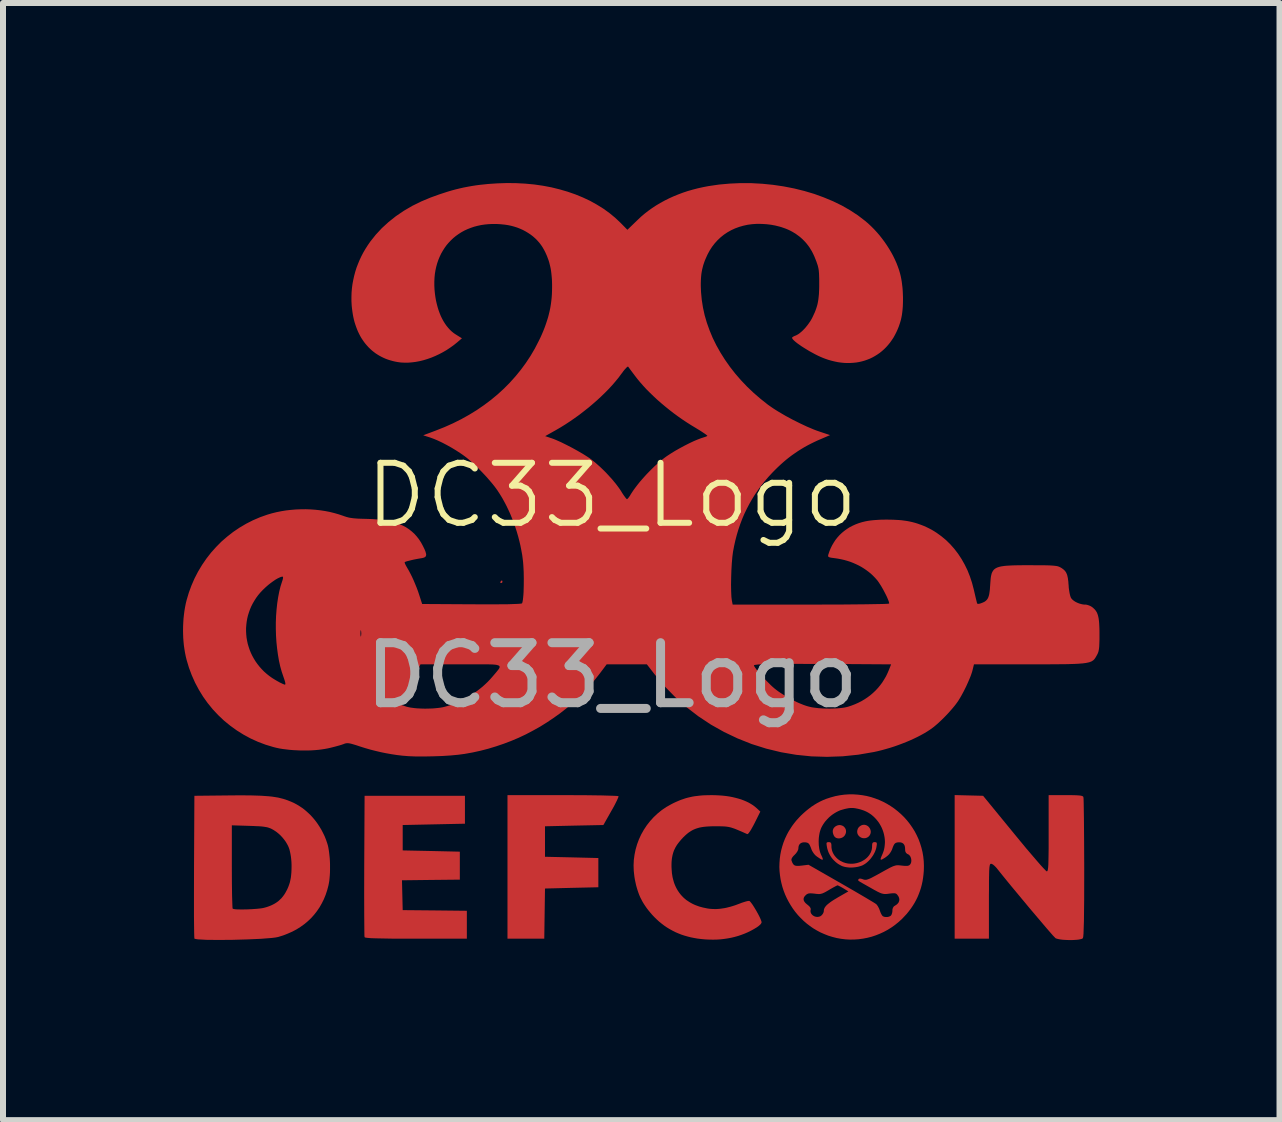
<source format=kicad_pcb>
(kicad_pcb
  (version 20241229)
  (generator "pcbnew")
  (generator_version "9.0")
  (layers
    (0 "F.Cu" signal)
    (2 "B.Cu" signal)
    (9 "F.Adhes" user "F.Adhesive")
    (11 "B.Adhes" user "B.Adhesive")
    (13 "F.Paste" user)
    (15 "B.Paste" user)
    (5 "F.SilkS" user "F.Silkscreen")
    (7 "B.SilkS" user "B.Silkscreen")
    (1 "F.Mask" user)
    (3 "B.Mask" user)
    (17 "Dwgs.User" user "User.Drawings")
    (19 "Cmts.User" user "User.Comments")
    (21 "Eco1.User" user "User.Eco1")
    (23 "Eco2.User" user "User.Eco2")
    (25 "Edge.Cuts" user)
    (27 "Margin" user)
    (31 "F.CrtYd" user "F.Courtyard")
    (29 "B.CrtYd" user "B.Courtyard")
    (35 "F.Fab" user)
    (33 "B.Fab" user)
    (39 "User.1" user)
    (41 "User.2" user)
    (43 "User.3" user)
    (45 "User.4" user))
  (footprint "DC33_Logo"
    (layer "F.Cu")
    (at 7.147 5.704)
    (property "Reference" "DC33_Logo" (at 0 -0.5 0) (unlocked yes) (layer "F.SilkS") (effects (font (size 1 1) (thickness 0.1))))
    (attr smd)
    (fp_poly (pts (xy -4.123 6.86) (xy -4.123 6.861) (xy -4.123 6.86)) (stroke (width -0.000001) (type solid)) (fill yes) (layer "F.Cu"))
    (fp_poly (pts (xy 7.388 6.876) (xy 7.388 6.876) (xy 7.388 6.876)) (stroke (width -0.000001) (type solid)) (fill yes) (layer "F.Cu"))
    (fp_poly (pts (xy -2.45 4.739) (xy -2.45 4.971) (xy -2.968 4.982) (xy -3.487 4.993) (xy -3.487 5.204) (xy -3.487 5.416) (xy -3.011 5.426) (xy -2.535 5.437) (xy -2.535 5.67) (xy -2.535 5.903) (xy -3.017 5.908) (xy -3.499 5.914) (xy -3.493 6.162) (xy -3.487 6.411) (xy -2.953 6.416) (xy -2.418 6.422) (xy -2.418 6.654) (xy -2.418 6.887) (xy -3.265 6.887) (xy -3.676 6.886) (xy -3.938 6.881) (xy -4.022 6.878) (xy -4.078 6.873) (xy -4.111 6.868) (xy -4.119 6.864) (xy -4.123 6.86) (xy -4.125 6.831) (xy -4.126 6.758) (xy -4.128 6.5) (xy -4.129 6.124) (xy -4.128 5.67) (xy -4.122 4.506) (xy -3.286 4.506) (xy -2.45 4.506)) (stroke (width -0.000001) (type solid)) (fill yes) (layer "F.Cu"))
    (fp_poly (pts (xy -0.463 4.496) (xy -0.169 4.5) (xy 0.032 4.506) (xy 0.088 4.509) (xy 0.109 4.512) (xy 0.109 4.514) (xy 0.109 4.515) (xy 0.108 4.521) (xy 0.106 4.528) (xy 0.103 4.537) (xy 0.098 4.549) (xy 0.092 4.562) (xy 0.086 4.576) (xy 0.078 4.593) (xy 0.06 4.629) (xy 0.039 4.67) (xy 0.015 4.714) (xy -0.012 4.761) (xy -0.143 4.993) (xy -0.63 5.003) (xy -1.116 5.014) (xy -1.116 5.268) (xy -1.116 5.522) (xy -0.672 5.532) (xy -0.227 5.543) (xy -0.227 5.786) (xy -0.227 6.03) (xy -0.672 6.04) (xy -1.116 6.051) (xy -1.122 6.469) (xy -1.128 6.887) (xy -1.434 6.887) (xy -1.741 6.887) (xy -1.741 5.691) (xy -1.741 4.495) (xy -0.821 4.495)) (stroke (width -0.000001) (type solid)) (fill yes) (layer "F.Cu"))
    (fp_poly (pts (xy 3.804 4.994) (xy 3.813 4.996) (xy 3.822 4.998) (xy 3.831 5.001) (xy 3.839 5.004) (xy 3.847 5.008) (xy 3.855 5.013) (xy 3.862 5.018) (xy 3.868 5.024) (xy 3.874 5.031) (xy 3.88 5.038) (xy 3.885 5.045) (xy 3.889 5.053) (xy 3.893 5.061) (xy 3.896 5.069) (xy 3.898 5.078) (xy 3.899 5.087) (xy 3.9 5.096) (xy 3.9 5.106) (xy 3.899 5.115) (xy 3.897 5.125) (xy 3.894 5.135) (xy 3.89 5.145) (xy 3.885 5.155) (xy 3.879 5.165) (xy 3.875 5.171) (xy 3.871 5.176) (xy 3.866 5.181) (xy 3.861 5.186) (xy 3.855 5.19) (xy 3.85 5.194) (xy 3.844 5.198) (xy 3.838 5.201) (xy 3.832 5.204) (xy 3.825 5.207) (xy 3.819 5.209) (xy 3.812 5.211) (xy 3.806 5.213) (xy 3.799 5.214) (xy 3.793 5.215) (xy 3.786 5.216) (xy 3.779 5.216) (xy 3.773 5.216) (xy 3.766 5.215) (xy 3.76 5.214) (xy 3.753 5.213) (xy 3.747 5.211) (xy 3.741 5.209) (xy 3.735 5.207) (xy 3.73 5.204) (xy 3.725 5.201) (xy 3.72 5.197) (xy 3.715 5.193) (xy 3.711 5.189) (xy 3.707 5.184) (xy 3.703 5.179) (xy 3.7 5.174) (xy 3.7 5.174) (xy 3.694 5.162) (xy 3.689 5.15) (xy 3.685 5.138) (xy 3.682 5.126) (xy 3.68 5.115) (xy 3.679 5.109) (xy 3.679 5.104) (xy 3.679 5.098) (xy 3.679 5.093) (xy 3.68 5.088) (xy 3.68 5.082) (xy 3.681 5.077) (xy 3.683 5.072) (xy 3.684 5.067) (xy 3.686 5.063) (xy 3.688 5.058) (xy 3.69 5.054) (xy 3.692 5.049) (xy 3.695 5.045) (xy 3.698 5.041) (xy 3.701 5.037) (xy 3.705 5.033) (xy 3.709 5.029) (xy 3.713 5.025) (xy 3.717 5.022) (xy 3.721 5.018) (xy 3.726 5.015) (xy 3.736 5.009) (xy 3.746 5.004) (xy 3.756 5) (xy 3.766 4.997) (xy 3.776 4.995) (xy 3.785 4.994) (xy 3.795 4.994)) (stroke (width -0.000001) (type solid)) (fill yes) (layer "F.Cu"))
    (fp_poly (pts (xy 4.204 4.989) (xy 4.214 4.99) (xy 4.223 4.992) (xy 4.232 4.995) (xy 4.241 4.998) (xy 4.249 5.002) (xy 4.257 5.007) (xy 4.265 5.012) (xy 4.272 5.018) (xy 4.278 5.025) (xy 4.285 5.032) (xy 4.29 5.04) (xy 4.295 5.047) (xy 4.3 5.056) (xy 4.303 5.064) (xy 4.307 5.073) (xy 4.309 5.082) (xy 4.311 5.091) (xy 4.312 5.101) (xy 4.312 5.11) (xy 4.311 5.119) (xy 4.309 5.129) (xy 4.307 5.138) (xy 4.303 5.147) (xy 4.299 5.156) (xy 4.294 5.165) (xy 4.287 5.173) (xy 4.28 5.182) (xy 4.275 5.186) (xy 4.271 5.189) (xy 4.266 5.193) (xy 4.261 5.196) (xy 4.256 5.199) (xy 4.251 5.202) (xy 4.246 5.204) (xy 4.241 5.206) (xy 4.235 5.208) (xy 4.23 5.21) (xy 4.224 5.211) (xy 4.219 5.212) (xy 4.213 5.213) (xy 4.207 5.213) (xy 4.202 5.213) (xy 4.196 5.213) (xy 4.19 5.213) (xy 4.185 5.212) (xy 4.179 5.211) (xy 4.173 5.21) (xy 4.168 5.208) (xy 4.162 5.207) (xy 4.157 5.204) (xy 4.151 5.202) (xy 4.146 5.199) (xy 4.141 5.197) (xy 4.136 5.193) (xy 4.131 5.19) (xy 4.126 5.186) (xy 4.121 5.182) (xy 4.117 5.178) (xy 4.113 5.173) (xy 4.113 5.173) (xy 4.108 5.168) (xy 4.104 5.163) (xy 4.101 5.157) (xy 4.097 5.152) (xy 4.095 5.146) (xy 4.092 5.14) (xy 4.09 5.134) (xy 4.089 5.128) (xy 4.087 5.122) (xy 4.087 5.115) (xy 4.086 5.109) (xy 4.086 5.103) (xy 4.086 5.097) (xy 4.087 5.09) (xy 4.088 5.084) (xy 4.089 5.078) (xy 4.091 5.072) (xy 4.093 5.066) (xy 4.095 5.06) (xy 4.097 5.054) (xy 4.1 5.048) (xy 4.104 5.043) (xy 4.107 5.037) (xy 4.111 5.032) (xy 4.116 5.027) (xy 4.12 5.023) (xy 4.125 5.018) (xy 4.13 5.014) (xy 4.136 5.01) (xy 4.141 5.006) (xy 4.148 5.003) (xy 4.154 4.999) (xy 4.164 4.995) (xy 4.174 4.992) (xy 4.184 4.99) (xy 4.194 4.989)) (stroke (width -0.000001) (type solid)) (fill yes) (layer "F.Cu"))
    (fp_poly (pts (xy -1.834 0.918) (xy -1.834 0.918) (xy -1.833 0.918) (xy -1.833 0.918) (xy -1.832 0.919) (xy -1.832 0.919) (xy -1.832 0.919) (xy -1.831 0.92) (xy -1.831 0.92) (xy -1.83 0.921) (xy -1.83 0.921) (xy -1.83 0.922) (xy -1.829 0.922) (xy -1.829 0.923) (xy -1.828 0.923) (xy -1.828 0.924) (xy -1.828 0.925) (xy -1.828 0.926) (xy -1.827 0.926) (xy -1.827 0.927) (xy -1.827 0.928) (xy -1.827 0.929) (xy -1.826 0.93) (xy -1.826 0.931) (xy -1.826 0.932) (xy -1.826 0.933) (xy -1.826 0.934) (xy -1.826 0.935) (xy -1.826 0.936) (xy -1.825 0.937) (xy -1.825 0.938) (xy -1.825 0.939) (xy -1.825 0.94) (xy -1.826 0.941) (xy -1.826 0.942) (xy -1.826 0.943) (xy -1.826 0.944) (xy -1.826 0.945) (xy -1.827 0.946) (xy -1.827 0.947) (xy -1.828 0.948) (xy -1.828 0.949) (xy -1.829 0.95) (xy -1.829 0.951) (xy -1.83 0.952) (xy -1.831 0.953) (xy -1.831 0.953) (xy -1.832 0.954) (xy -1.833 0.955) (xy -1.834 0.955) (xy -1.834 0.956) (xy -1.835 0.957) (xy -1.836 0.957) (xy -1.837 0.958) (xy -1.838 0.958) (xy -1.839 0.959) (xy -1.84 0.959) (xy -1.841 0.959) (xy -1.842 0.96) (xy -1.843 0.96) (xy -1.844 0.96) (xy -1.846 0.96) (xy -1.847 0.96) (xy -1.848 0.96) (xy -1.849 0.96) (xy -1.85 0.96) (xy -1.851 0.96) (xy -1.852 0.96) (xy -1.853 0.96) (xy -1.854 0.959) (xy -1.855 0.959) (xy -1.856 0.959) (xy -1.856 0.958) (xy -1.857 0.958) (xy -1.858 0.957) (xy -1.858 0.957) (xy -1.859 0.956) (xy -1.859 0.955) (xy -1.859 0.955) (xy -1.86 0.954) (xy -1.86 0.953) (xy -1.86 0.953) (xy -1.861 0.952) (xy -1.861 0.951) (xy -1.861 0.95) (xy -1.861 0.949) (xy -1.861 0.948) (xy -1.86 0.947) (xy -1.86 0.946) (xy -1.86 0.945) (xy -1.86 0.944) (xy -1.859 0.943) (xy -1.859 0.942) (xy -1.858 0.941) (xy -1.858 0.94) (xy -1.857 0.939) (xy -1.856 0.937) (xy -1.854 0.935) (xy -1.853 0.933) (xy -1.851 0.931) (xy -1.85 0.929) (xy -1.848 0.927) (xy -1.847 0.926) (xy -1.845 0.924) (xy -1.844 0.923) (xy -1.842 0.922) (xy -1.841 0.921) (xy -1.839 0.92) (xy -1.838 0.919) (xy -1.837 0.918) (xy -1.836 0.918) (xy -1.836 0.918) (xy -1.835 0.918) (xy -1.835 0.918)) (stroke (width -0.000001) (type solid)) (fill yes) (layer "F.Cu"))
    (fp_poly (pts (xy 5.947 4.5) (xy 6.184 4.506) (xy 6.699 5.135) (xy 6.901 5.38) (xy 7.072 5.58) (xy 7.139 5.657) (xy 7.192 5.715) (xy 7.228 5.752) (xy 7.239 5.762) (xy 7.245 5.765) (xy 7.248 5.765) (xy 7.25 5.764) (xy 7.252 5.762) (xy 7.254 5.76) (xy 7.256 5.757) (xy 7.258 5.753) (xy 7.26 5.748) (xy 7.261 5.742) (xy 7.263 5.736) (xy 7.264 5.728) (xy 7.265 5.718) (xy 7.267 5.708) (xy 7.268 5.696) (xy 7.269 5.683) (xy 7.271 5.652) (xy 7.272 5.615) (xy 7.273 5.57) (xy 7.274 5.519) (xy 7.275 5.459) (xy 7.276 5.391) (xy 7.276 5.314) (xy 7.276 5.13) (xy 7.276 4.495) (xy 7.56 4.495) (xy 7.639 4.495) (xy 7.702 4.496) (xy 7.753 4.498) (xy 7.791 4.501) (xy 7.806 4.503) (xy 7.819 4.505) (xy 7.829 4.508) (xy 7.838 4.511) (xy 7.844 4.514) (xy 7.849 4.518) (xy 7.853 4.522) (xy 7.855 4.527) (xy 7.858 4.556) (xy 7.86 4.629) (xy 7.864 4.886) (xy 7.867 5.257) (xy 7.869 5.704) (xy 7.868 6.234) (xy 7.864 6.594) (xy 7.857 6.803) (xy 7.852 6.857) (xy 7.846 6.879) (xy 7.841 6.883) (xy 7.835 6.887) (xy 7.827 6.89) (xy 7.818 6.893) (xy 7.795 6.898) (xy 7.768 6.903) (xy 7.736 6.906) (xy 7.701 6.908) (xy 7.665 6.91) (xy 7.627 6.91) (xy 7.588 6.909) (xy 7.551 6.907) (xy 7.514 6.905) (xy 7.481 6.901) (xy 7.45 6.896) (xy 7.424 6.89) (xy 7.403 6.884) (xy 7.394 6.88) (xy 7.388 6.876) (xy 7.343 6.829) (xy 7.248 6.72) (xy 6.963 6.384) (xy 6.648 6.005) (xy 6.516 5.843) (xy 6.419 5.722) (xy 6.412 5.713) (xy 6.405 5.705) (xy 6.398 5.697) (xy 6.391 5.69) (xy 6.384 5.683) (xy 6.377 5.676) (xy 6.37 5.669) (xy 6.363 5.664) (xy 6.357 5.658) (xy 6.35 5.653) (xy 6.344 5.649) (xy 6.338 5.646) (xy 6.332 5.643) (xy 6.327 5.641) (xy 6.323 5.639) (xy 6.32 5.639) (xy 6.318 5.639) (xy 6.315 5.639) (xy 6.314 5.639) (xy 6.312 5.639) (xy 6.311 5.64) (xy 6.31 5.64) (xy 6.308 5.641) (xy 6.307 5.642) (xy 6.306 5.643) (xy 6.305 5.644) (xy 6.303 5.645) (xy 6.302 5.646) (xy 6.301 5.648) (xy 6.3 5.65) (xy 6.299 5.652) (xy 6.298 5.654) (xy 6.297 5.657) (xy 6.296 5.66) (xy 6.295 5.663) (xy 6.295 5.666) (xy 6.294 5.67) (xy 6.293 5.674) (xy 6.292 5.683) (xy 6.29 5.693) (xy 6.289 5.705) (xy 6.288 5.718) (xy 6.287 5.733) (xy 6.286 5.749) (xy 6.285 5.767) (xy 6.285 5.788) (xy 6.284 5.81) (xy 6.284 5.834) (xy 6.283 5.86) (xy 6.283 5.889) (xy 6.282 5.92) (xy 6.282 5.989) (xy 6.282 6.069) (xy 6.281 6.16) (xy 6.281 6.263) (xy 6.281 6.887) (xy 5.996 6.887) (xy 5.71 6.887) (xy 5.71 5.69) (xy 5.71 4.494)) (stroke (width -0.000001) (type solid)) (fill yes) (layer "F.Cu"))
    (fp_poly (pts (xy -6 4.5) (xy -5.846 4.505) (xy -5.718 4.514) (xy -5.662 4.52) (xy -5.61 4.528) (xy -5.562 4.536) (xy -5.517 4.547) (xy -5.474 4.558) (xy -5.433 4.571) (xy -5.352 4.602) (xy -5.3 4.625) (xy -5.25 4.652) (xy -5.201 4.682) (xy -5.153 4.714) (xy -5.108 4.75) (xy -5.064 4.789) (xy -5.021 4.83) (xy -4.981 4.874) (xy -4.943 4.92) (xy -4.907 4.969) (xy -4.874 5.019) (xy -4.842 5.072) (xy -4.814 5.126) (xy -4.787 5.182) (xy -4.764 5.24) (xy -4.744 5.299) (xy -4.734 5.332) (xy -4.726 5.369) (xy -4.719 5.409) (xy -4.713 5.452) (xy -4.708 5.497) (xy -4.703 5.544) (xy -4.7 5.593) (xy -4.698 5.642) (xy -4.698 5.691) (xy -4.698 5.74) (xy -4.699 5.788) (xy -4.702 5.835) (xy -4.706 5.88) (xy -4.71 5.922) (xy -4.717 5.962) (xy -4.724 5.998) (xy -4.745 6.078) (xy -4.77 6.154) (xy -4.8 6.228) (xy -4.835 6.298) (xy -4.873 6.365) (xy -4.916 6.428) (xy -4.963 6.488) (xy -5.014 6.545) (xy -5.069 6.597) (xy -5.128 6.646) (xy -5.191 6.691) (xy -5.258 6.733) (xy -5.328 6.77) (xy -5.403 6.803) (xy -5.48 6.833) (xy -5.561 6.858) (xy -5.606 6.867) (xy -5.671 6.875) (xy -5.851 6.889) (xy -6.075 6.899) (xy -6.319 6.906) (xy -6.555 6.908) (xy -6.757 6.906) (xy -6.901 6.898) (xy -6.942 6.891) (xy -6.953 6.888) (xy -6.958 6.884) (xy -6.96 6.854) (xy -6.962 6.78) (xy -6.965 6.519) (xy -6.965 6.139) (xy -6.964 5.685) (xy -6.334 5.685) (xy -6.333 5.953) (xy -6.33 6.174) (xy -6.325 6.326) (xy -6.323 6.369) (xy -6.32 6.386) (xy -6.316 6.388) (xy -6.311 6.39) (xy -6.294 6.394) (xy -6.271 6.397) (xy -6.242 6.399) (xy -6.17 6.4) (xy -6.087 6.399) (xy -6 6.395) (xy -5.916 6.389) (xy -5.878 6.385) (xy -5.843 6.381) (xy -5.814 6.376) (xy -5.789 6.37) (xy -5.789 6.37) (xy -5.75 6.359) (xy -5.713 6.346) (xy -5.678 6.332) (xy -5.645 6.316) (xy -5.614 6.299) (xy -5.585 6.28) (xy -5.557 6.259) (xy -5.532 6.236) (xy -5.507 6.212) (xy -5.485 6.185) (xy -5.464 6.157) (xy -5.444 6.126) (xy -5.426 6.093) (xy -5.408 6.058) (xy -5.392 6.021) (xy -5.378 5.982) (xy -5.367 5.948) (xy -5.359 5.911) (xy -5.351 5.872) (xy -5.346 5.83) (xy -5.342 5.786) (xy -5.34 5.741) (xy -5.339 5.696) (xy -5.339 5.65) (xy -5.341 5.605) (xy -5.345 5.56) (xy -5.35 5.517) (xy -5.357 5.476) (xy -5.365 5.437) (xy -5.374 5.401) (xy -5.385 5.369) (xy -5.397 5.341) (xy -5.409 5.318) (xy -5.421 5.297) (xy -5.434 5.275) (xy -5.448 5.255) (xy -5.463 5.235) (xy -5.479 5.215) (xy -5.495 5.196) (xy -5.512 5.178) (xy -5.529 5.16) (xy -5.547 5.144) (xy -5.566 5.128) (xy -5.585 5.112) (xy -5.605 5.098) (xy -5.625 5.085) (xy -5.645 5.072) (xy -5.666 5.061) (xy -5.679 5.054) (xy -5.693 5.048) (xy -5.707 5.043) (xy -5.721 5.038) (xy -5.736 5.033) (xy -5.753 5.029) (xy -5.77 5.026) (xy -5.79 5.023) (xy -5.811 5.02) (xy -5.835 5.017) (xy -5.862 5.015) (xy -5.891 5.013) (xy -5.924 5.012) (xy -5.96 5.01) (xy -6.043 5.007) (xy -6.334 4.998) (xy -6.334 5.685) (xy -6.964 5.685) (xy -6.964 5.68) (xy -6.958 4.506) (xy -6.408 4.5) (xy -6.185 4.498)) (stroke (width -0.000001) (type solid)) (fill yes) (layer "F.Cu"))
    (fp_poly (pts (xy 4.384 5.278) (xy 4.387 5.279) (xy 4.39 5.279) (xy 4.393 5.279) (xy 4.395 5.28) (xy 4.398 5.28) (xy 4.4 5.281) (xy 4.402 5.282) (xy 4.404 5.283) (xy 4.405 5.284) (xy 4.407 5.285) (xy 4.408 5.286) (xy 4.409 5.288) (xy 4.41 5.29) (xy 4.411 5.292) (xy 4.412 5.294) (xy 4.412 5.296) (xy 4.413 5.299) (xy 4.413 5.302) (xy 4.413 5.305) (xy 4.413 5.308) (xy 4.413 5.312) (xy 4.413 5.316) (xy 4.413 5.32) (xy 4.412 5.324) (xy 4.411 5.334) (xy 4.409 5.345) (xy 4.407 5.358) (xy 4.403 5.378) (xy 4.397 5.399) (xy 4.389 5.421) (xy 4.381 5.442) (xy 4.37 5.463) (xy 4.359 5.484) (xy 4.346 5.505) (xy 4.332 5.525) (xy 4.317 5.545) (xy 4.302 5.564) (xy 4.285 5.582) (xy 4.268 5.599) (xy 4.251 5.614) (xy 4.233 5.629) (xy 4.214 5.642) (xy 4.196 5.653) (xy 4.176 5.664) (xy 4.154 5.673) (xy 4.131 5.68) (xy 4.107 5.687) (xy 4.082 5.692) (xy 4.056 5.696) (xy 4.03 5.699) (xy 4.003 5.701) (xy 3.977 5.701) (xy 3.951 5.701) (xy 3.926 5.698) (xy 3.901 5.695) (xy 3.877 5.69) (xy 3.855 5.684) (xy 3.834 5.677) (xy 3.816 5.668) (xy 3.816 5.668) (xy 3.792 5.655) (xy 3.77 5.642) (xy 3.749 5.627) (xy 3.729 5.611) (xy 3.711 5.594) (xy 3.693 5.577) (xy 3.676 5.558) (xy 3.661 5.539) (xy 3.647 5.519) (xy 3.634 5.498) (xy 3.622 5.476) (xy 3.611 5.454) (xy 3.602 5.431) (xy 3.594 5.407) (xy 3.587 5.383) (xy 3.582 5.358) (xy 3.58 5.345) (xy 3.578 5.334) (xy 3.577 5.324) (xy 3.576 5.315) (xy 3.575 5.308) (xy 3.575 5.301) (xy 3.575 5.298) (xy 3.576 5.296) (xy 3.576 5.293) (xy 3.577 5.291) (xy 3.578 5.289) (xy 3.579 5.288) (xy 3.58 5.286) (xy 3.581 5.285) (xy 3.583 5.283) (xy 3.585 5.282) (xy 3.587 5.281) (xy 3.589 5.281) (xy 3.591 5.28) (xy 3.593 5.28) (xy 3.599 5.279) (xy 3.605 5.278) (xy 3.612 5.278) (xy 3.619 5.278) (xy 3.622 5.279) (xy 3.624 5.279) (xy 3.627 5.279) (xy 3.63 5.28) (xy 3.632 5.28) (xy 3.634 5.281) (xy 3.636 5.282) (xy 3.639 5.283) (xy 3.64 5.284) (xy 3.642 5.285) (xy 3.644 5.287) (xy 3.645 5.288) (xy 3.647 5.29) (xy 3.648 5.292) (xy 3.649 5.294) (xy 3.65 5.296) (xy 3.651 5.298) (xy 3.652 5.301) (xy 3.653 5.303) (xy 3.654 5.306) (xy 3.654 5.309) (xy 3.655 5.313) (xy 3.655 5.316) (xy 3.656 5.32) (xy 3.656 5.328) (xy 3.657 5.337) (xy 3.657 5.347) (xy 3.657 5.362) (xy 3.659 5.377) (xy 3.661 5.391) (xy 3.664 5.405) (xy 3.667 5.419) (xy 3.672 5.433) (xy 3.677 5.446) (xy 3.683 5.46) (xy 3.69 5.472) (xy 3.697 5.485) (xy 3.705 5.497) (xy 3.714 5.509) (xy 3.723 5.52) (xy 3.733 5.531) (xy 3.743 5.542) (xy 3.754 5.552) (xy 3.765 5.562) (xy 3.777 5.571) (xy 3.79 5.58) (xy 3.802 5.588) (xy 3.816 5.595) (xy 3.83 5.602) (xy 3.844 5.609) (xy 3.858 5.615) (xy 3.873 5.62) (xy 3.888 5.625) (xy 3.904 5.629) (xy 3.919 5.632) (xy 3.935 5.635) (xy 3.952 5.636) (xy 3.968 5.638) (xy 3.985 5.638) (xy 4.003 5.638) (xy 4.02 5.637) (xy 4.038 5.635) (xy 4.055 5.632) (xy 4.072 5.629) (xy 4.088 5.625) (xy 4.104 5.62) (xy 4.12 5.615) (xy 4.136 5.609) (xy 4.151 5.603) (xy 4.165 5.596) (xy 4.179 5.588) (xy 4.193 5.58) (xy 4.206 5.572) (xy 4.219 5.563) (xy 4.231 5.553) (xy 4.243 5.543) (xy 4.254 5.532) (xy 4.264 5.522) (xy 4.274 5.51) (xy 4.283 5.499) (xy 4.292 5.486) (xy 4.299 5.474) (xy 4.306 5.461) (xy 4.313 5.448) (xy 4.318 5.435) (xy 4.323 5.421) (xy 4.327 5.407) (xy 4.33 5.393) (xy 4.332 5.379) (xy 4.334 5.364) (xy 4.334 5.349) (xy 4.334 5.339) (xy 4.335 5.33) (xy 4.335 5.321) (xy 4.336 5.314) (xy 4.337 5.307) (xy 4.339 5.302) (xy 4.339 5.299) (xy 4.34 5.297) (xy 4.341 5.294) (xy 4.343 5.292) (xy 4.344 5.29) (xy 4.345 5.289) (xy 4.347 5.287) (xy 4.348 5.286) (xy 4.35 5.284) (xy 4.352 5.283) (xy 4.354 5.282) (xy 4.356 5.281) (xy 4.358 5.281) (xy 4.36 5.28) (xy 4.365 5.279) (xy 4.371 5.278) (xy 4.377 5.278)) (stroke (width -0.000001) (type solid)) (fill yes) (layer "F.Cu"))
    (fp_poly (pts (xy 1.719 4.496) (xy 1.78 4.499) (xy 1.839 4.503) (xy 1.896 4.509) (xy 1.951 4.517) (xy 2.004 4.527) (xy 2.055 4.539) (xy 2.104 4.552) (xy 2.151 4.566) (xy 2.196 4.583) (xy 2.238 4.601) (xy 2.278 4.62) (xy 2.316 4.642) (xy 2.351 4.664) (xy 2.384 4.689) (xy 2.414 4.715) (xy 2.472 4.769) (xy 2.376 4.962) (xy 2.354 5.004) (xy 2.333 5.042) (xy 2.315 5.074) (xy 2.298 5.1) (xy 2.29 5.111) (xy 2.283 5.121) (xy 2.277 5.129) (xy 2.271 5.135) (xy 2.265 5.14) (xy 2.261 5.143) (xy 2.257 5.144) (xy 2.255 5.144) (xy 2.253 5.144) (xy 2.156 5.101) (xy 2.08 5.069) (xy 2.048 5.056) (xy 2.019 5.046) (xy 1.992 5.037) (xy 1.966 5.03) (xy 1.942 5.025) (xy 1.917 5.021) (xy 1.891 5.018) (xy 1.863 5.016) (xy 1.833 5.015) (xy 1.8 5.014) (xy 1.72 5.014) (xy 1.668 5.014) (xy 1.619 5.016) (xy 1.574 5.019) (xy 1.532 5.023) (xy 1.493 5.029) (xy 1.457 5.036) (xy 1.422 5.046) (xy 1.39 5.057) (xy 1.359 5.07) (xy 1.33 5.085) (xy 1.301 5.103) (xy 1.273 5.122) (xy 1.245 5.145) (xy 1.217 5.17) (xy 1.189 5.197) (xy 1.16 5.228) (xy 1.136 5.256) (xy 1.114 5.283) (xy 1.093 5.31) (xy 1.075 5.337) (xy 1.059 5.364) (xy 1.045 5.392) (xy 1.032 5.42) (xy 1.022 5.449) (xy 1.013 5.479) (xy 1.006 5.51) (xy 1 5.542) (xy 0.996 5.576) (xy 0.993 5.611) (xy 0.992 5.648) (xy 0.992 5.688) (xy 0.994 5.729) (xy 0.999 5.796) (xy 1.004 5.827) (xy 1.009 5.859) (xy 1.016 5.889) (xy 1.024 5.918) (xy 1.032 5.947) (xy 1.042 5.975) (xy 1.053 6.002) (xy 1.065 6.028) (xy 1.078 6.053) (xy 1.092 6.078) (xy 1.107 6.101) (xy 1.123 6.124) (xy 1.14 6.146) (xy 1.158 6.167) (xy 1.177 6.187) (xy 1.197 6.207) (xy 1.218 6.225) (xy 1.24 6.243) (xy 1.264 6.259) (xy 1.288 6.275) (xy 1.313 6.29) (xy 1.339 6.304) (xy 1.366 6.317) (xy 1.394 6.329) (xy 1.424 6.34) (xy 1.454 6.351) (xy 1.517 6.368) (xy 1.584 6.382) (xy 1.614 6.387) (xy 1.644 6.39) (xy 1.675 6.392) (xy 1.707 6.393) (xy 1.739 6.393) (xy 1.772 6.391) (xy 1.805 6.388) (xy 1.839 6.383) (xy 1.873 6.378) (xy 1.908 6.371) (xy 1.943 6.362) (xy 1.979 6.353) (xy 2.015 6.342) (xy 2.053 6.33) (xy 2.09 6.316) (xy 2.128 6.302) (xy 2.156 6.291) (xy 2.182 6.282) (xy 2.208 6.274) (xy 2.231 6.267) (xy 2.251 6.262) (xy 2.26 6.26) (xy 2.268 6.259) (xy 2.275 6.258) (xy 2.281 6.258) (xy 2.286 6.258) (xy 2.29 6.259) (xy 2.294 6.261) (xy 2.298 6.265) (xy 2.309 6.276) (xy 2.322 6.293) (xy 2.337 6.313) (xy 2.353 6.337) (xy 2.37 6.364) (xy 2.405 6.422) (xy 2.438 6.482) (xy 2.453 6.511) (xy 2.466 6.538) (xy 2.477 6.563) (xy 2.485 6.584) (xy 2.491 6.601) (xy 2.492 6.607) (xy 2.493 6.613) (xy 2.492 6.615) (xy 2.492 6.618) (xy 2.491 6.62) (xy 2.491 6.623) (xy 2.489 6.626) (xy 2.488 6.628) (xy 2.486 6.631) (xy 2.485 6.634) (xy 2.483 6.637) (xy 2.48 6.64) (xy 2.478 6.644) (xy 2.475 6.647) (xy 2.468 6.654) (xy 2.461 6.66) (xy 2.453 6.668) (xy 2.444 6.675) (xy 2.434 6.683) (xy 2.423 6.691) (xy 2.411 6.699) (xy 2.398 6.707) (xy 2.384 6.715) (xy 2.37 6.724) (xy 2.319 6.752) (xy 2.267 6.778) (xy 2.214 6.801) (xy 2.159 6.822) (xy 2.103 6.841) (xy 2.046 6.857) (xy 1.988 6.871) (xy 1.929 6.882) (xy 1.869 6.891) (xy 1.808 6.898) (xy 1.746 6.902) (xy 1.683 6.903) (xy 1.619 6.902) (xy 1.555 6.899) (xy 1.49 6.893) (xy 1.424 6.885) (xy 1.424 6.885) (xy 1.368 6.875) (xy 1.312 6.864) (xy 1.258 6.85) (xy 1.205 6.835) (xy 1.154 6.818) (xy 1.104 6.798) (xy 1.055 6.777) (xy 1.008 6.753) (xy 0.961 6.727) (xy 0.916 6.7) (xy 0.872 6.67) (xy 0.83 6.638) (xy 0.788 6.604) (xy 0.748 6.568) (xy 0.708 6.529) (xy 0.67 6.489) (xy 0.639 6.453) (xy 0.61 6.418) (xy 0.582 6.382) (xy 0.557 6.346) (xy 0.533 6.31) (xy 0.511 6.274) (xy 0.491 6.236) (xy 0.472 6.199) (xy 0.455 6.16) (xy 0.44 6.12) (xy 0.426 6.079) (xy 0.413 6.036) (xy 0.401 5.992) (xy 0.391 5.946) (xy 0.381 5.898) (xy 0.373 5.848) (xy 0.363 5.757) (xy 0.36 5.666) (xy 0.364 5.576) (xy 0.376 5.487) (xy 0.394 5.399) (xy 0.419 5.313) (xy 0.45 5.23) (xy 0.487 5.15) (xy 0.531 5.072) (xy 0.58 4.998) (xy 0.635 4.928) (xy 0.695 4.862) (xy 0.761 4.8) (xy 0.831 4.743) (xy 0.907 4.692) (xy 0.987 4.647) (xy 1.028 4.626) (xy 1.067 4.608) (xy 1.106 4.591) (xy 1.145 4.575) (xy 1.183 4.562) (xy 1.221 4.549) (xy 1.26 4.538) (xy 1.299 4.529) (xy 1.339 4.52) (xy 1.38 4.513) (xy 1.422 4.508) (xy 1.465 4.503) (xy 1.51 4.499) (xy 1.556 4.497) (xy 1.605 4.496) (xy 1.656 4.495)) (stroke (width -0.000001) (type solid)) (fill yes) (layer "F.Cu"))
    (fp_poly (pts (xy 4.098 4.487) (xy 4.171 4.496) (xy 4.244 4.509) (xy 4.315 4.527) (xy 4.385 4.55) (xy 4.453 4.576) (xy 4.519 4.606) (xy 4.583 4.64) (xy 4.645 4.678) (xy 4.705 4.719) (xy 4.762 4.764) (xy 4.817 4.812) (xy 4.869 4.863) (xy 4.917 4.917) (xy 4.962 4.974) (xy 5.004 5.034) (xy 5.043 5.096) (xy 5.077 5.161) (xy 5.108 5.228) (xy 5.134 5.298) (xy 5.156 5.369) (xy 5.174 5.443) (xy 5.187 5.518) (xy 5.195 5.596) (xy 5.198 5.674) (xy 5.196 5.755) (xy 5.191 5.814) (xy 5.184 5.872) (xy 5.175 5.929) (xy 5.163 5.984) (xy 5.149 6.038) (xy 5.132 6.091) (xy 5.113 6.142) (xy 5.092 6.193) (xy 5.068 6.242) (xy 5.042 6.29) (xy 5.013 6.337) (xy 4.982 6.383) (xy 4.948 6.428) (xy 4.912 6.473) (xy 4.872 6.516) (xy 4.831 6.559) (xy 4.776 6.609) (xy 4.718 6.656) (xy 4.658 6.699) (xy 4.596 6.738) (xy 4.531 6.773) (xy 4.464 6.804) (xy 4.396 6.831) (xy 4.327 6.854) (xy 4.256 6.872) (xy 4.184 6.886) (xy 4.111 6.896) (xy 4.038 6.901) (xy 3.965 6.902) (xy 3.891 6.898) (xy 3.818 6.889) (xy 3.745 6.876) (xy 3.745 6.876) (xy 3.675 6.858) (xy 3.606 6.837) (xy 3.54 6.811) (xy 3.476 6.783) (xy 3.414 6.75) (xy 3.355 6.715) (xy 3.299 6.676) (xy 3.244 6.634) (xy 3.193 6.59) (xy 3.144 6.542) (xy 3.098 6.493) (xy 3.055 6.441) (xy 3.015 6.387) (xy 2.978 6.33) (xy 2.944 6.272) (xy 2.921 6.228) (xy 3.193 6.228) (xy 3.193 6.233) (xy 3.194 6.238) (xy 3.195 6.243) (xy 3.196 6.248) (xy 3.198 6.253) (xy 3.2 6.259) (xy 3.203 6.264) (xy 3.206 6.269) (xy 3.209 6.274) (xy 3.213 6.279) (xy 3.217 6.284) (xy 3.221 6.289) (xy 3.226 6.294) (xy 3.231 6.299) (xy 3.237 6.304) (xy 3.243 6.309) (xy 3.249 6.315) (xy 3.256 6.32) (xy 3.263 6.325) (xy 3.27 6.331) (xy 3.276 6.337) (xy 3.282 6.342) (xy 3.288 6.348) (xy 3.293 6.353) (xy 3.297 6.359) (xy 3.301 6.364) (xy 3.304 6.37) (xy 3.307 6.375) (xy 3.309 6.38) (xy 3.31 6.383) (xy 3.311 6.385) (xy 3.311 6.388) (xy 3.312 6.39) (xy 3.312 6.392) (xy 3.312 6.395) (xy 3.312 6.397) (xy 3.312 6.399) (xy 3.312 6.401) (xy 3.311 6.404) (xy 3.309 6.412) (xy 3.308 6.421) (xy 3.308 6.429) (xy 3.309 6.438) (xy 3.31 6.446) (xy 3.313 6.453) (xy 3.316 6.461) (xy 3.319 6.468) (xy 3.324 6.475) (xy 3.329 6.481) (xy 3.334 6.487) (xy 3.34 6.493) (xy 3.346 6.498) (xy 3.353 6.503) (xy 3.36 6.507) (xy 3.367 6.511) (xy 3.375 6.515) (xy 3.383 6.518) (xy 3.391 6.52) (xy 3.4 6.522) (xy 3.408 6.523) (xy 3.417 6.524) (xy 3.425 6.524) (xy 3.434 6.523) (xy 3.442 6.522) (xy 3.451 6.52) (xy 3.459 6.518) (xy 3.467 6.515) (xy 3.475 6.511) (xy 3.482 6.506) (xy 3.49 6.5) (xy 3.496 6.494) (xy 3.496 6.494) (xy 3.5 6.49) (xy 3.503 6.486) (xy 3.506 6.482) (xy 3.509 6.478) (xy 3.512 6.474) (xy 3.515 6.469) (xy 3.518 6.464) (xy 3.52 6.46) (xy 3.522 6.455) (xy 3.524 6.45) (xy 3.526 6.446) (xy 3.527 6.441) (xy 3.528 6.437) (xy 3.529 6.432) (xy 3.53 6.428) (xy 3.53 6.425) (xy 3.53 6.418) (xy 3.53 6.412) (xy 3.531 6.406) (xy 3.533 6.4) (xy 3.534 6.394) (xy 3.537 6.388) (xy 3.539 6.381) (xy 3.542 6.375) (xy 3.546 6.369) (xy 3.549 6.363) (xy 3.554 6.357) (xy 3.558 6.35) (xy 3.564 6.344) (xy 3.569 6.337) (xy 3.576 6.331) (xy 3.582 6.324) (xy 3.59 6.318) (xy 3.597 6.311) (xy 3.615 6.297) (xy 3.634 6.282) (xy 3.655 6.267) (xy 3.679 6.251) (xy 3.706 6.234) (xy 3.735 6.217) (xy 3.766 6.198) (xy 3.939 6.099) (xy 3.856 6.048) (xy 3.839 6.038) (xy 3.823 6.029) (xy 3.807 6.02) (xy 3.793 6.013) (xy 3.781 6.007) (xy 3.771 6.002) (xy 3.763 5.999) (xy 3.761 5.998) (xy 3.759 5.998) (xy 3.757 5.998) (xy 3.753 6) (xy 3.749 6.002) (xy 3.743 6.004) (xy 3.729 6.011) (xy 3.711 6.021) (xy 3.69 6.032) (xy 3.667 6.045) (xy 3.642 6.059) (xy 3.616 6.075) (xy 3.576 6.098) (xy 3.558 6.108) (xy 3.543 6.116) (xy 3.528 6.123) (xy 3.515 6.129) (xy 3.502 6.134) (xy 3.49 6.137) (xy 3.478 6.14) (xy 3.466 6.142) (xy 3.454 6.143) (xy 3.441 6.143) (xy 3.427 6.142) (xy 3.413 6.141) (xy 3.396 6.139) (xy 3.379 6.137) (xy 3.363 6.135) (xy 3.349 6.134) (xy 3.336 6.132) (xy 3.324 6.132) (xy 3.313 6.131) (xy 3.303 6.131) (xy 3.293 6.132) (xy 3.285 6.133) (xy 3.276 6.134) (xy 3.269 6.136) (xy 3.262 6.139) (xy 3.255 6.142) (xy 3.249 6.145) (xy 3.243 6.149) (xy 3.237 6.154) (xy 3.231 6.159) (xy 3.226 6.164) (xy 3.221 6.169) (xy 3.217 6.174) (xy 3.212 6.179) (xy 3.209 6.183) (xy 3.206 6.188) (xy 3.203 6.193) (xy 3.2 6.198) (xy 3.198 6.203) (xy 3.196 6.208) (xy 3.195 6.213) (xy 3.194 6.218) (xy 3.193 6.223) (xy 3.193 6.228) (xy 2.921 6.228) (xy 2.913 6.213) (xy 2.885 6.151) (xy 2.861 6.089) (xy 2.84 6.025) (xy 2.823 5.96) (xy 2.809 5.894) (xy 2.799 5.827) (xy 2.792 5.76) (xy 2.789 5.692) (xy 2.791 5.624) (xy 2.795 5.573) (xy 2.99 5.573) (xy 2.99 5.575) (xy 2.991 5.578) (xy 2.991 5.581) (xy 2.992 5.583) (xy 2.992 5.586) (xy 2.993 5.589) (xy 2.999 5.603) (xy 3.004 5.617) (xy 3.007 5.623) (xy 3.01 5.628) (xy 3.013 5.634) (xy 3.016 5.639) (xy 3.019 5.643) (xy 3.022 5.647) (xy 3.026 5.651) (xy 3.029 5.655) (xy 3.033 5.658) (xy 3.037 5.661) (xy 3.041 5.663) (xy 3.045 5.666) (xy 3.05 5.668) (xy 3.055 5.669) (xy 3.06 5.671) (xy 3.065 5.672) (xy 3.071 5.673) (xy 3.077 5.673) (xy 3.084 5.674) (xy 3.091 5.674) (xy 3.098 5.674) (xy 3.106 5.674) (xy 3.123 5.673) (xy 3.141 5.671) (xy 3.162 5.669) (xy 3.275 5.655) (xy 3.82 5.967) (xy 4.035 6.091) (xy 4.216 6.197) (xy 4.345 6.274) (xy 4.384 6.298) (xy 4.402 6.311) (xy 4.406 6.314) (xy 4.41 6.319) (xy 4.414 6.324) (xy 4.418 6.329) (xy 4.422 6.335) (xy 4.427 6.341) (xy 4.431 6.348) (xy 4.435 6.355) (xy 4.439 6.363) (xy 4.443 6.37) (xy 4.447 6.378) (xy 4.451 6.386) (xy 4.454 6.394) (xy 4.458 6.403) (xy 4.461 6.411) (xy 4.463 6.419) (xy 4.466 6.426) (xy 4.469 6.434) (xy 4.475 6.45) (xy 4.481 6.464) (xy 4.488 6.477) (xy 4.491 6.483) (xy 4.494 6.489) (xy 4.498 6.494) (xy 4.501 6.499) (xy 4.504 6.503) (xy 4.507 6.506) (xy 4.509 6.509) (xy 4.512 6.511) (xy 4.515 6.513) (xy 4.519 6.515) (xy 4.523 6.517) (xy 4.527 6.519) (xy 4.535 6.521) (xy 4.544 6.524) (xy 4.553 6.525) (xy 4.563 6.526) (xy 4.573 6.526) (xy 4.582 6.526) (xy 4.592 6.525) (xy 4.602 6.523) (xy 4.611 6.521) (xy 4.619 6.518) (xy 4.627 6.515) (xy 4.635 6.511) (xy 4.638 6.509) (xy 4.642 6.507) (xy 4.645 6.504) (xy 4.647 6.502) (xy 4.647 6.502) (xy 4.65 6.499) (xy 4.652 6.495) (xy 4.655 6.492) (xy 4.657 6.487) (xy 4.659 6.483) (xy 4.662 6.478) (xy 4.663 6.472) (xy 4.665 6.467) (xy 4.667 6.461) (xy 4.668 6.455) (xy 4.67 6.449) (xy 4.671 6.443) (xy 4.672 6.436) (xy 4.672 6.43) (xy 4.673 6.424) (xy 4.673 6.418) (xy 4.673 6.411) (xy 4.673 6.404) (xy 4.674 6.398) (xy 4.676 6.392) (xy 4.677 6.386) (xy 4.679 6.38) (xy 4.681 6.374) (xy 4.684 6.369) (xy 4.687 6.364) (xy 4.69 6.359) (xy 4.693 6.354) (xy 4.697 6.35) (xy 4.701 6.346) (xy 4.705 6.343) (xy 4.71 6.34) (xy 4.715 6.337) (xy 4.721 6.333) (xy 4.728 6.329) (xy 4.734 6.325) (xy 4.739 6.321) (xy 4.745 6.317) (xy 4.75 6.313) (xy 4.755 6.308) (xy 4.759 6.304) (xy 4.763 6.299) (xy 4.767 6.294) (xy 4.771 6.29) (xy 4.774 6.285) (xy 4.777 6.28) (xy 4.779 6.275) (xy 4.781 6.269) (xy 4.783 6.264) (xy 4.785 6.259) (xy 4.786 6.253) (xy 4.787 6.248) (xy 4.788 6.243) (xy 4.788 6.237) (xy 4.788 6.232) (xy 4.787 6.226) (xy 4.787 6.22) (xy 4.785 6.215) (xy 4.784 6.209) (xy 4.782 6.203) (xy 4.78 6.198) (xy 4.778 6.192) (xy 4.775 6.186) (xy 4.772 6.181) (xy 4.768 6.175) (xy 4.762 6.166) (xy 4.757 6.159) (xy 4.754 6.155) (xy 4.752 6.152) (xy 4.749 6.149) (xy 4.746 6.147) (xy 4.744 6.144) (xy 4.741 6.142) (xy 4.738 6.14) (xy 4.735 6.138) (xy 4.732 6.136) (xy 4.729 6.135) (xy 4.725 6.134) (xy 4.721 6.132) (xy 4.718 6.132) (xy 4.714 6.131) (xy 4.709 6.13) (xy 4.705 6.13) (xy 4.7 6.13) (xy 4.694 6.13) (xy 4.689 6.13) (xy 4.683 6.13) (xy 4.677 6.13) (xy 4.67 6.131) (xy 4.655 6.132) (xy 4.638 6.134) (xy 4.62 6.136) (xy 4.6 6.139) (xy 4.583 6.141) (xy 4.567 6.142) (xy 4.552 6.142) (xy 4.544 6.142) (xy 4.537 6.142) (xy 4.53 6.141) (xy 4.523 6.14) (xy 4.516 6.139) (xy 4.509 6.137) (xy 4.502 6.135) (xy 4.494 6.133) (xy 4.487 6.131) (xy 4.479 6.128) (xy 4.462 6.121) (xy 4.443 6.112) (xy 4.422 6.102) (xy 4.399 6.089) (xy 4.372 6.075) (xy 4.309 6.039) (xy 4.176 5.964) (xy 4.138 5.942) (xy 4.125 5.934) (xy 4.115 5.927) (xy 4.108 5.921) (xy 4.104 5.917) (xy 4.102 5.913) (xy 4.101 5.91) (xy 4.102 5.907) (xy 4.104 5.903) (xy 4.11 5.895) (xy 4.111 5.894) (xy 4.112 5.893) (xy 4.113 5.892) (xy 4.114 5.891) (xy 4.115 5.89) (xy 4.116 5.889) (xy 4.118 5.889) (xy 4.119 5.888) (xy 4.121 5.888) (xy 4.123 5.887) (xy 4.124 5.887) (xy 4.126 5.886) (xy 4.128 5.886) (xy 4.13 5.886) (xy 4.133 5.886) (xy 4.135 5.886) (xy 4.137 5.886) (xy 4.14 5.886) (xy 4.142 5.887) (xy 4.145 5.887) (xy 4.151 5.888) (xy 4.156 5.889) (xy 4.163 5.891) (xy 4.169 5.893) (xy 4.176 5.895) (xy 4.183 5.898) (xy 4.193 5.901) (xy 4.198 5.903) (xy 4.203 5.904) (xy 4.208 5.905) (xy 4.213 5.905) (xy 4.217 5.906) (xy 4.223 5.906) (xy 4.228 5.906) (xy 4.233 5.905) (xy 4.239 5.905) (xy 4.245 5.904) (xy 4.251 5.902) (xy 4.257 5.9) (xy 4.264 5.898) (xy 4.272 5.895) (xy 4.28 5.892) (xy 4.288 5.889) (xy 4.297 5.885) (xy 4.306 5.881) (xy 4.327 5.871) (xy 4.351 5.858) (xy 4.378 5.844) (xy 4.408 5.828) (xy 4.442 5.809) (xy 4.48 5.788) (xy 4.557 5.745) (xy 4.616 5.713) (xy 4.641 5.7) (xy 4.663 5.69) (xy 4.682 5.681) (xy 4.7 5.675) (xy 4.716 5.67) (xy 4.731 5.666) (xy 4.746 5.664) (xy 4.761 5.663) (xy 4.776 5.663) (xy 4.792 5.665) (xy 4.829 5.669) (xy 4.859 5.672) (xy 4.872 5.673) (xy 4.884 5.674) (xy 4.895 5.674) (xy 4.905 5.674) (xy 4.914 5.674) (xy 4.923 5.673) (xy 4.93 5.672) (xy 4.937 5.67) (xy 4.943 5.668) (xy 4.949 5.666) (xy 4.954 5.663) (xy 4.959 5.659) (xy 4.963 5.655) (xy 4.967 5.651) (xy 4.971 5.646) (xy 4.974 5.641) (xy 4.977 5.636) (xy 4.979 5.631) (xy 4.982 5.625) (xy 4.984 5.619) (xy 4.985 5.613) (xy 4.986 5.607) (xy 4.987 5.601) (xy 4.988 5.595) (xy 4.988 5.588) (xy 4.988 5.582) (xy 4.987 5.569) (xy 4.985 5.556) (xy 4.982 5.544) (xy 4.98 5.538) (xy 4.978 5.532) (xy 4.975 5.526) (xy 4.973 5.52) (xy 4.97 5.515) (xy 4.966 5.51) (xy 4.963 5.505) (xy 4.959 5.5) (xy 4.955 5.496) (xy 4.951 5.492) (xy 4.947 5.488) (xy 4.942 5.485) (xy 4.937 5.482) (xy 4.932 5.48) (xy 4.929 5.478) (xy 4.926 5.477) (xy 4.923 5.475) (xy 4.92 5.474) (xy 4.917 5.472) (xy 4.915 5.47) (xy 4.912 5.468) (xy 4.91 5.466) (xy 4.908 5.464) (xy 4.906 5.462) (xy 4.904 5.46) (xy 4.902 5.458) (xy 4.9 5.456) (xy 4.898 5.453) (xy 4.897 5.451) (xy 4.895 5.448) (xy 4.894 5.446) (xy 4.893 5.443) (xy 4.891 5.44) (xy 4.89 5.437) (xy 4.889 5.434) (xy 4.888 5.431) (xy 4.888 5.428) (xy 4.887 5.424) (xy 4.886 5.421) (xy 4.886 5.417) (xy 4.885 5.413) (xy 4.885 5.409) (xy 4.885 5.401) (xy 4.884 5.392) (xy 4.884 5.385) (xy 4.884 5.378) (xy 4.883 5.371) (xy 4.882 5.364) (xy 4.881 5.357) (xy 4.88 5.351) (xy 4.878 5.345) (xy 4.877 5.34) (xy 4.875 5.334) (xy 4.872 5.329) (xy 4.87 5.324) (xy 4.867 5.319) (xy 4.864 5.315) (xy 4.861 5.311) (xy 4.858 5.307) (xy 4.854 5.303) (xy 4.85 5.3) (xy 4.846 5.297) (xy 4.841 5.294) (xy 4.837 5.292) (xy 4.832 5.289) (xy 4.827 5.287) (xy 4.822 5.286) (xy 4.816 5.284) (xy 4.811 5.283) (xy 4.805 5.282) (xy 4.799 5.281) (xy 4.792 5.281) (xy 4.786 5.281) (xy 4.779 5.281) (xy 4.772 5.281) (xy 4.765 5.282) (xy 4.756 5.283) (xy 4.748 5.285) (xy 4.744 5.286) (xy 4.74 5.287) (xy 4.737 5.288) (xy 4.734 5.289) (xy 4.73 5.291) (xy 4.727 5.292) (xy 4.724 5.294) (xy 4.721 5.296) (xy 4.719 5.298) (xy 4.716 5.3) (xy 4.713 5.303) (xy 4.711 5.305) (xy 4.708 5.308) (xy 4.706 5.311) (xy 4.703 5.315) (xy 4.701 5.318) (xy 4.699 5.322) (xy 4.696 5.326) (xy 4.694 5.33) (xy 4.692 5.335) (xy 4.687 5.345) (xy 4.683 5.356) (xy 4.678 5.368) (xy 4.673 5.382) (xy 4.669 5.393) (xy 4.665 5.404) (xy 4.66 5.414) (xy 4.655 5.425) (xy 4.649 5.435) (xy 4.643 5.445) (xy 4.637 5.454) (xy 4.631 5.463) (xy 4.624 5.472) (xy 4.617 5.481) (xy 4.609 5.489) (xy 4.601 5.497) (xy 4.593 5.504) (xy 4.585 5.511) (xy 4.576 5.518) (xy 4.568 5.524) (xy 4.55 5.537) (xy 4.534 5.547) (xy 4.52 5.555) (xy 4.508 5.562) (xy 4.498 5.567) (xy 4.494 5.568) (xy 4.49 5.57) (xy 4.487 5.57) (xy 4.484 5.571) (xy 4.482 5.57) (xy 4.48 5.569) (xy 4.479 5.568) (xy 4.478 5.566) (xy 4.477 5.564) (xy 4.477 5.561) (xy 4.477 5.558) (xy 4.477 5.554) (xy 4.478 5.549) (xy 4.48 5.544) (xy 4.484 5.533) (xy 4.489 5.519) (xy 4.496 5.503) (xy 4.504 5.485) (xy 4.515 5.458) (xy 4.525 5.43) (xy 4.533 5.403) (xy 4.539 5.374) (xy 4.543 5.346) (xy 4.546 5.318) (xy 4.548 5.289) (xy 4.548 5.261) (xy 4.546 5.232) (xy 4.543 5.204) (xy 4.538 5.175) (xy 4.532 5.147) (xy 4.525 5.12) (xy 4.516 5.092) (xy 4.506 5.065) (xy 4.495 5.039) (xy 4.482 5.013) (xy 4.468 4.988) (xy 4.453 4.963) (xy 4.437 4.94) (xy 4.419 4.917) (xy 4.401 4.895) (xy 4.381 4.874) (xy 4.361 4.854) (xy 4.339 4.835) (xy 4.317 4.817) (xy 4.293 4.801) (xy 4.269 4.786) (xy 4.243 4.772) (xy 4.217 4.76) (xy 4.19 4.749) (xy 4.162 4.74) (xy 4.137 4.732) (xy 4.114 4.726) (xy 4.092 4.721) (xy 4.071 4.717) (xy 4.051 4.713) (xy 4.032 4.711) (xy 4.014 4.709) (xy 3.995 4.709) (xy 3.977 4.709) (xy 3.958 4.711) (xy 3.939 4.713) (xy 3.92 4.717) (xy 3.899 4.721) (xy 3.877 4.726) (xy 3.853 4.733) (xy 3.828 4.74) (xy 3.802 4.748) (xy 3.777 4.759) (xy 3.752 4.771) (xy 3.727 4.785) (xy 3.702 4.8) (xy 3.678 4.816) (xy 3.654 4.834) (xy 3.631 4.853) (xy 3.609 4.873) (xy 3.588 4.895) (xy 3.568 4.917) (xy 3.549 4.939) (xy 3.532 4.963) (xy 3.516 4.987) (xy 3.502 5.011) (xy 3.489 5.036) (xy 3.479 5.06) (xy 3.47 5.086) (xy 3.462 5.114) (xy 3.456 5.143) (xy 3.451 5.173) (xy 3.447 5.204) (xy 3.445 5.235) (xy 3.444 5.266) (xy 3.445 5.297) (xy 3.446 5.328) (xy 3.45 5.359) (xy 3.454 5.388) (xy 3.46 5.416) (xy 3.467 5.443) (xy 3.476 5.468) (xy 3.485 5.491) (xy 3.494 5.508) (xy 3.5 5.523) (xy 3.506 5.536) (xy 3.51 5.547) (xy 3.511 5.551) (xy 3.512 5.556) (xy 3.513 5.559) (xy 3.513 5.562) (xy 3.513 5.565) (xy 3.512 5.567) (xy 3.511 5.569) (xy 3.51 5.57) (xy 3.508 5.57) (xy 3.505 5.571) (xy 3.503 5.57) (xy 3.499 5.57) (xy 3.496 5.568) (xy 3.492 5.567) (xy 3.482 5.562) (xy 3.47 5.555) (xy 3.457 5.547) (xy 3.441 5.536) (xy 3.423 5.524) (xy 3.414 5.518) (xy 3.406 5.511) (xy 3.397 5.504) (xy 3.389 5.497) (xy 3.382 5.489) (xy 3.374 5.481) (xy 3.367 5.472) (xy 3.36 5.463) (xy 3.354 5.454) (xy 3.348 5.445) (xy 3.342 5.435) (xy 3.336 5.425) (xy 3.331 5.414) (xy 3.326 5.404) (xy 3.322 5.393) (xy 3.318 5.382) (xy 3.313 5.368) (xy 3.308 5.356) (xy 3.303 5.345) (xy 3.299 5.335) (xy 3.294 5.326) (xy 3.29 5.318) (xy 3.285 5.311) (xy 3.28 5.305) (xy 3.278 5.303) (xy 3.275 5.3) (xy 3.272 5.298) (xy 3.269 5.296) (xy 3.267 5.294) (xy 3.264 5.292) (xy 3.257 5.289) (xy 3.25 5.287) (xy 3.243 5.285) (xy 3.235 5.283) (xy 3.226 5.282) (xy 3.219 5.281) (xy 3.213 5.281) (xy 3.206 5.281) (xy 3.2 5.281) (xy 3.194 5.281) (xy 3.188 5.282) (xy 3.182 5.283) (xy 3.176 5.284) (xy 3.171 5.285) (xy 3.166 5.287) (xy 3.161 5.289) (xy 3.156 5.291) (xy 3.151 5.293) (xy 3.147 5.296) (xy 3.143 5.298) (xy 3.139 5.301) (xy 3.135 5.305) (xy 3.131 5.308) (xy 3.128 5.312) (xy 3.125 5.316) (xy 3.122 5.32) (xy 3.119 5.324) (xy 3.117 5.329) (xy 3.115 5.333) (xy 3.113 5.338) (xy 3.111 5.343) (xy 3.11 5.349) (xy 3.109 5.354) (xy 3.108 5.36) (xy 3.107 5.366) (xy 3.107 5.372) (xy 3.106 5.378) (xy 3.106 5.384) (xy 3.105 5.39) (xy 3.104 5.397) (xy 3.102 5.404) (xy 3.099 5.411) (xy 3.096 5.418) (xy 3.093 5.425) (xy 3.089 5.433) (xy 3.084 5.44) (xy 3.079 5.447) (xy 3.074 5.455) (xy 3.069 5.462) (xy 3.063 5.469) (xy 3.056 5.476) (xy 3.05 5.483) (xy 3.043 5.49) (xy 3.035 5.498) (xy 3.027 5.505) (xy 3.021 5.512) (xy 3.015 5.519) (xy 3.01 5.526) (xy 3.005 5.532) (xy 3.001 5.539) (xy 2.998 5.545) (xy 2.995 5.551) (xy 2.993 5.556) (xy 2.991 5.562) (xy 2.991 5.565) (xy 2.991 5.567) (xy 2.99 5.57) (xy 2.99 5.573) (xy 2.795 5.573) (xy 2.796 5.556) (xy 2.805 5.488) (xy 2.818 5.421) (xy 2.836 5.353) (xy 2.857 5.287) (xy 2.883 5.221) (xy 2.914 5.155) (xy 2.94 5.106) (xy 2.97 5.058) (xy 3.001 5.01) (xy 3.035 4.964) (xy 3.071 4.919) (xy 3.11 4.876) (xy 3.15 4.834) (xy 3.192 4.795) (xy 3.235 4.757) (xy 3.28 4.721) (xy 3.325 4.687) (xy 3.372 4.656) (xy 3.42 4.627) (xy 3.469 4.601) (xy 3.518 4.578) (xy 3.567 4.558) (xy 3.644 4.533) (xy 3.72 4.512) (xy 3.796 4.497) (xy 3.872 4.487) (xy 3.948 4.482) (xy 4.023 4.482)) (stroke (width -0.000001) (type solid)) (fill yes) (layer "F.Cu"))
    (fp_poly (pts (xy -1.594 -5.702) (xy -1.442 -5.694) (xy -1.294 -5.68) (xy -1.149 -5.659) (xy -1.007 -5.632) (xy -0.87 -5.598) (xy -0.736 -5.559) (xy -0.607 -5.514) (xy -0.483 -5.463) (xy -0.364 -5.407) (xy -0.251 -5.344) (xy -0.143 -5.277) (xy -0.042 -5.204) (xy 0.054 -5.125) (xy 0.142 -5.042) (xy 0.257 -4.925) (xy 0.428 -5.09) (xy 0.484 -5.143) (xy 0.543 -5.193) (xy 0.605 -5.241) (xy 0.669 -5.287) (xy 0.736 -5.331) (xy 0.805 -5.372) (xy 0.876 -5.411) (xy 0.95 -5.448) (xy 1.025 -5.482) (xy 1.103 -5.514) (xy 1.183 -5.544) (xy 1.264 -5.571) (xy 1.348 -5.595) (xy 1.433 -5.617) (xy 1.52 -5.636) (xy 1.608 -5.653) (xy 1.785 -5.679) (xy 1.965 -5.695) (xy 2.145 -5.703) (xy 2.326 -5.702) (xy 2.506 -5.692) (xy 2.685 -5.674) (xy 2.861 -5.648) (xy 3.035 -5.614) (xy 3.205 -5.572) (xy 3.37 -5.523) (xy 3.529 -5.465) (xy 3.683 -5.401) (xy 3.829 -5.33) (xy 3.967 -5.251) (xy 4.097 -5.166) (xy 4.217 -5.074) (xy 4.268 -5.031) (xy 4.318 -4.984) (xy 4.366 -4.936) (xy 4.413 -4.885) (xy 4.458 -4.833) (xy 4.501 -4.778) (xy 4.542 -4.723) (xy 4.581 -4.666) (xy 4.618 -4.608) (xy 4.653 -4.549) (xy 4.685 -4.49) (xy 4.714 -4.43) (xy 4.741 -4.37) (xy 4.764 -4.31) (xy 4.785 -4.25) (xy 4.802 -4.191) (xy 4.812 -4.149) (xy 4.821 -4.104) (xy 4.829 -4.057) (xy 4.835 -4.008) (xy 4.841 -3.957) (xy 4.845 -3.905) (xy 4.847 -3.853) (xy 4.849 -3.8) (xy 4.849 -3.747) (xy 4.848 -3.696) (xy 4.846 -3.645) (xy 4.842 -3.596) (xy 4.837 -3.55) (xy 4.831 -3.506) (xy 4.823 -3.464) (xy 4.815 -3.427) (xy 4.799 -3.372) (xy 4.781 -3.319) (xy 4.761 -3.269) (xy 4.739 -3.22) (xy 4.715 -3.173) (xy 4.69 -3.128) (xy 4.662 -3.086) (xy 4.633 -3.045) (xy 4.602 -3.007) (xy 4.569 -2.97) (xy 4.535 -2.936) (xy 4.5 -2.905) (xy 4.463 -2.875) (xy 4.424 -2.848) (xy 4.384 -2.823) (xy 4.343 -2.8) (xy 4.3 -2.779) (xy 4.257 -2.762) (xy 4.212 -2.746) (xy 4.166 -2.733) (xy 4.119 -2.722) (xy 4.071 -2.714) (xy 4.022 -2.709) (xy 3.973 -2.706) (xy 3.922 -2.705) (xy 3.871 -2.707) (xy 3.819 -2.712) (xy 3.767 -2.719) (xy 3.713 -2.73) (xy 3.66 -2.743) (xy 3.606 -2.758) (xy 3.551 -2.777) (xy 3.512 -2.792) (xy 3.47 -2.81) (xy 3.425 -2.831) (xy 3.38 -2.854) (xy 3.334 -2.879) (xy 3.288 -2.904) (xy 3.2 -2.958) (xy 3.159 -2.984) (xy 3.122 -3.01) (xy 3.088 -3.034) (xy 3.058 -3.058) (xy 3.034 -3.079) (xy 3.016 -3.097) (xy 3.005 -3.113) (xy 3.002 -3.119) (xy 3.001 -3.125) (xy 3.001 -3.125) (xy 3.001 -3.126) (xy 3.001 -3.127) (xy 3.002 -3.128) (xy 3.002 -3.13) (xy 3.003 -3.131) (xy 3.004 -3.132) (xy 3.005 -3.133) (xy 3.006 -3.134) (xy 3.008 -3.135) (xy 3.009 -3.136) (xy 3.011 -3.138) (xy 3.012 -3.139) (xy 3.014 -3.14) (xy 3.018 -3.143) (xy 3.022 -3.145) (xy 3.026 -3.148) (xy 3.031 -3.15) (xy 3.036 -3.153) (xy 3.042 -3.155) (xy 3.047 -3.158) (xy 3.053 -3.16) (xy 3.059 -3.162) (xy 3.067 -3.165) (xy 3.074 -3.169) (xy 3.091 -3.178) (xy 3.109 -3.189) (xy 3.127 -3.202) (xy 3.145 -3.217) (xy 3.164 -3.233) (xy 3.183 -3.251) (xy 3.202 -3.271) (xy 3.221 -3.291) (xy 3.239 -3.313) (xy 3.257 -3.335) (xy 3.274 -3.358) (xy 3.29 -3.381) (xy 3.306 -3.404) (xy 3.32 -3.428) (xy 3.333 -3.451) (xy 3.35 -3.486) (xy 3.365 -3.519) (xy 3.38 -3.551) (xy 3.392 -3.582) (xy 3.403 -3.613) (xy 3.413 -3.644) (xy 3.422 -3.675) (xy 3.429 -3.707) (xy 3.435 -3.739) (xy 3.44 -3.773) (xy 3.444 -3.809) (xy 3.448 -3.847) (xy 3.45 -3.887) (xy 3.452 -3.93) (xy 3.453 -3.975) (xy 3.453 -4.024) (xy 3.453 -4.104) (xy 3.451 -4.168) (xy 3.45 -4.196) (xy 3.448 -4.221) (xy 3.446 -4.244) (xy 3.443 -4.266) (xy 3.439 -4.287) (xy 3.434 -4.308) (xy 3.429 -4.329) (xy 3.422 -4.35) (xy 3.414 -4.373) (xy 3.406 -4.397) (xy 3.384 -4.452) (xy 3.372 -4.482) (xy 3.358 -4.512) (xy 3.344 -4.541) (xy 3.329 -4.57) (xy 3.312 -4.597) (xy 3.296 -4.624) (xy 3.278 -4.65) (xy 3.259 -4.675) (xy 3.24 -4.699) (xy 3.22 -4.722) (xy 3.199 -4.744) (xy 3.177 -4.766) (xy 3.154 -4.787) (xy 3.131 -4.807) (xy 3.106 -4.826) (xy 3.081 -4.844) (xy 3.056 -4.862) (xy 3.029 -4.878) (xy 3.002 -4.894) (xy 2.974 -4.909) (xy 2.945 -4.923) (xy 2.915 -4.936) (xy 2.885 -4.948) (xy 2.853 -4.959) (xy 2.821 -4.97) (xy 2.789 -4.979) (xy 2.721 -4.996) (xy 2.651 -5.009) (xy 2.577 -5.018) (xy 2.495 -5.023) (xy 2.416 -5.024) (xy 2.338 -5.019) (xy 2.262 -5.009) (xy 2.189 -4.993) (xy 2.119 -4.973) (xy 2.051 -4.948) (xy 1.986 -4.918) (xy 1.924 -4.883) (xy 1.866 -4.844) (xy 1.811 -4.8) (xy 1.759 -4.751) (xy 1.712 -4.699) (xy 1.668 -4.642) (xy 1.628 -4.58) (xy 1.593 -4.515) (xy 1.576 -4.478) (xy 1.56 -4.442) (xy 1.545 -4.406) (xy 1.533 -4.371) (xy 1.521 -4.336) (xy 1.512 -4.301) (xy 1.503 -4.265) (xy 1.496 -4.229) (xy 1.49 -4.192) (xy 1.486 -4.154) (xy 1.483 -4.114) (xy 1.481 -4.073) (xy 1.48 -4.03) (xy 1.48 -3.985) (xy 1.482 -3.937) (xy 1.484 -3.887) (xy 1.496 -3.759) (xy 1.516 -3.631) (xy 1.544 -3.503) (xy 1.581 -3.376) (xy 1.626 -3.25) (xy 1.678 -3.125) (xy 1.739 -3.001) (xy 1.807 -2.88) (xy 1.882 -2.761) (xy 1.964 -2.644) (xy 2.053 -2.53) (xy 2.149 -2.419) (xy 2.251 -2.312) (xy 2.36 -2.208) (xy 2.476 -2.108) (xy 2.597 -2.012) (xy 2.638 -1.983) (xy 2.683 -1.952) (xy 2.731 -1.921) (xy 2.783 -1.889) (xy 2.894 -1.824) (xy 3.011 -1.761) (xy 3.131 -1.701) (xy 3.248 -1.646) (xy 3.359 -1.599) (xy 3.411 -1.579) (xy 3.46 -1.562) (xy 3.634 -1.504) (xy 3.492 -1.443) (xy 3.431 -1.417) (xy 3.371 -1.389) (xy 3.314 -1.361) (xy 3.258 -1.332) (xy 3.204 -1.302) (xy 3.151 -1.27) (xy 3.1 -1.238) (xy 3.05 -1.204) (xy 3 -1.169) (xy 2.952 -1.133) (xy 2.904 -1.095) (xy 2.857 -1.055) (xy 2.81 -1.013) (xy 2.764 -0.97) (xy 2.717 -0.924) (xy 2.67 -0.876) (xy 2.607 -0.808) (xy 2.546 -0.737) (xy 2.488 -0.664) (xy 2.434 -0.59) (xy 2.382 -0.514) (xy 2.334 -0.436) (xy 2.288 -0.356) (xy 2.246 -0.275) (xy 2.206 -0.192) (xy 2.17 -0.107) (xy 2.137 -0.02) (xy 2.107 0.068) (xy 2.08 0.158) (xy 2.056 0.25) (xy 2.035 0.344) (xy 2.017 0.439) (xy 2.006 0.523) (xy 1.997 0.628) (xy 1.99 0.747) (xy 1.986 0.871) (xy 1.984 0.991) (xy 1.986 1.101) (xy 1.99 1.191) (xy 1.994 1.226) (xy 1.998 1.254) (xy 2.011 1.32) (xy 3.309 1.32) (xy 3.814 1.319) (xy 4.229 1.315) (xy 4.511 1.31) (xy 4.589 1.307) (xy 4.617 1.303) (xy 4.618 1.3) (xy 4.619 1.295) (xy 4.616 1.282) (xy 4.611 1.265) (xy 4.603 1.244) (xy 4.593 1.219) (xy 4.581 1.191) (xy 4.567 1.162) (xy 4.551 1.131) (xy 4.535 1.1) (xy 4.518 1.068) (xy 4.5 1.037) (xy 4.482 1.006) (xy 4.464 0.978) (xy 4.447 0.952) (xy 4.431 0.929) (xy 4.416 0.91) (xy 4.384 0.874) (xy 4.35 0.839) (xy 4.315 0.806) (xy 4.277 0.775) (xy 4.238 0.746) (xy 4.197 0.718) (xy 4.155 0.692) (xy 4.111 0.668) (xy 4.065 0.646) (xy 4.019 0.626) (xy 3.971 0.607) (xy 3.921 0.591) (xy 3.871 0.577) (xy 3.819 0.565) (xy 3.767 0.555) (xy 3.714 0.547) (xy 3.676 0.542) (xy 3.661 0.54) (xy 3.648 0.538) (xy 3.637 0.535) (xy 3.627 0.533) (xy 3.619 0.53) (xy 3.613 0.527) (xy 3.611 0.526) (xy 3.608 0.524) (xy 3.606 0.522) (xy 3.605 0.52) (xy 3.604 0.518) (xy 3.603 0.516) (xy 3.602 0.514) (xy 3.602 0.512) (xy 3.601 0.507) (xy 3.602 0.501) (xy 3.603 0.494) (xy 3.605 0.487) (xy 3.623 0.433) (xy 3.644 0.382) (xy 3.668 0.333) (xy 3.695 0.287) (xy 3.724 0.243) (xy 3.757 0.201) (xy 3.792 0.162) (xy 3.83 0.126) (xy 3.871 0.092) (xy 3.914 0.061) (xy 3.959 0.032) (xy 4.007 0.007) (xy 4.057 -0.016) (xy 4.11 -0.036) (xy 4.165 -0.053) (xy 4.222 -0.067) (xy 4.259 -0.074) (xy 4.299 -0.08) (xy 4.342 -0.085) (xy 4.388 -0.089) (xy 4.484 -0.095) (xy 4.584 -0.096) (xy 4.685 -0.094) (xy 4.782 -0.089) (xy 4.828 -0.085) (xy 4.872 -0.079) (xy 4.914 -0.073) (xy 4.952 -0.066) (xy 5.002 -0.055) (xy 5.051 -0.042) (xy 5.099 -0.027) (xy 5.146 -0.01) (xy 5.193 0.008) (xy 5.238 0.028) (xy 5.283 0.05) (xy 5.327 0.073) (xy 5.369 0.098) (xy 5.411 0.125) (xy 5.491 0.183) (xy 5.568 0.247) (xy 5.639 0.317) (xy 5.706 0.393) (xy 5.768 0.474) (xy 5.825 0.561) (xy 5.877 0.653) (xy 5.924 0.749) (xy 5.964 0.85) (xy 5.999 0.956) (xy 6.028 1.066) (xy 6.063 1.216) (xy 6.082 1.293) (xy 6.082 1.295) (xy 6.083 1.296) (xy 6.084 1.298) (xy 6.084 1.299) (xy 6.085 1.301) (xy 6.086 1.302) (xy 6.087 1.303) (xy 6.088 1.304) (xy 6.09 1.305) (xy 6.091 1.306) (xy 6.092 1.306) (xy 6.094 1.307) (xy 6.096 1.307) (xy 6.097 1.308) (xy 6.099 1.308) (xy 6.101 1.308) (xy 6.103 1.308) (xy 6.106 1.308) (xy 6.108 1.308) (xy 6.11 1.308) (xy 6.113 1.307) (xy 6.116 1.307) (xy 6.119 1.306) (xy 6.122 1.306) (xy 6.125 1.305) (xy 6.128 1.304) (xy 6.132 1.303) (xy 6.135 1.302) (xy 6.139 1.301) (xy 6.143 1.3) (xy 6.151 1.297) (xy 6.172 1.289) (xy 6.181 1.285) (xy 6.19 1.281) (xy 6.199 1.277) (xy 6.207 1.273) (xy 6.214 1.268) (xy 6.221 1.263) (xy 6.228 1.258) (xy 6.234 1.252) (xy 6.24 1.246) (xy 6.246 1.24) (xy 6.251 1.234) (xy 6.256 1.226) (xy 6.261 1.219) (xy 6.265 1.211) (xy 6.269 1.203) (xy 6.272 1.193) (xy 6.276 1.184) (xy 6.279 1.174) (xy 6.282 1.163) (xy 6.285 1.151) (xy 6.287 1.139) (xy 6.289 1.126) (xy 6.293 1.098) (xy 6.297 1.067) (xy 6.299 1.032) (xy 6.302 0.994) (xy 6.306 0.937) (xy 6.31 0.888) (xy 6.313 0.865) (xy 6.316 0.845) (xy 6.321 0.825) (xy 6.325 0.807) (xy 6.331 0.791) (xy 6.338 0.776) (xy 6.346 0.762) (xy 6.355 0.749) (xy 6.365 0.737) (xy 6.377 0.727) (xy 6.391 0.717) (xy 6.406 0.709) (xy 6.423 0.701) (xy 6.442 0.695) (xy 6.462 0.689) (xy 6.485 0.684) (xy 6.51 0.68) (xy 6.538 0.676) (xy 6.567 0.673) (xy 6.6 0.671) (xy 6.673 0.667) (xy 6.757 0.665) (xy 6.853 0.664) (xy 6.963 0.664) (xy 7.208 0.665) (xy 7.291 0.667) (xy 7.353 0.671) (xy 7.398 0.676) (xy 7.416 0.679) (xy 7.432 0.683) (xy 7.446 0.688) (xy 7.458 0.693) (xy 7.481 0.705) (xy 7.498 0.716) (xy 7.506 0.721) (xy 7.513 0.727) (xy 7.52 0.732) (xy 7.527 0.738) (xy 7.533 0.743) (xy 7.539 0.749) (xy 7.544 0.755) (xy 7.55 0.761) (xy 7.555 0.768) (xy 7.559 0.774) (xy 7.564 0.781) (xy 7.568 0.788) (xy 7.572 0.796) (xy 7.575 0.804) (xy 7.579 0.812) (xy 7.582 0.821) (xy 7.585 0.83) (xy 7.588 0.84) (xy 7.59 0.85) (xy 7.592 0.86) (xy 7.595 0.872) (xy 7.597 0.883) (xy 7.6 0.908) (xy 7.604 0.936) (xy 7.606 0.967) (xy 7.609 1) (xy 7.611 1.034) (xy 7.615 1.067) (xy 7.62 1.099) (xy 7.625 1.129) (xy 7.631 1.156) (xy 7.637 1.179) (xy 7.641 1.189) (xy 7.644 1.198) (xy 7.647 1.205) (xy 7.65 1.211) (xy 7.654 1.216) (xy 7.658 1.221) (xy 7.663 1.227) (xy 7.667 1.232) (xy 7.678 1.242) (xy 7.69 1.252) (xy 7.704 1.262) (xy 7.718 1.271) (xy 7.733 1.279) (xy 7.749 1.287) (xy 7.766 1.294) (xy 7.783 1.301) (xy 7.8 1.306) (xy 7.818 1.311) (xy 7.835 1.315) (xy 7.853 1.318) (xy 7.87 1.32) (xy 7.887 1.32) (xy 7.893 1.32) (xy 7.9 1.321) (xy 7.907 1.322) (xy 7.915 1.324) (xy 7.923 1.326) (xy 7.931 1.328) (xy 7.939 1.331) (xy 7.947 1.334) (xy 7.955 1.337) (xy 7.963 1.34) (xy 7.971 1.344) (xy 7.979 1.348) (xy 7.986 1.352) (xy 7.993 1.357) (xy 8 1.361) (xy 8.006 1.366) (xy 8.015 1.373) (xy 8.023 1.38) (xy 8.031 1.388) (xy 8.039 1.395) (xy 8.046 1.403) (xy 8.052 1.41) (xy 8.059 1.419) (xy 8.065 1.427) (xy 8.07 1.436) (xy 8.076 1.445) (xy 8.081 1.454) (xy 8.085 1.464) (xy 8.089 1.475) (xy 8.093 1.486) (xy 8.097 1.498) (xy 8.1 1.51) (xy 8.103 1.523) (xy 8.106 1.536) (xy 8.109 1.551) (xy 8.111 1.566) (xy 8.113 1.582) (xy 8.115 1.598) (xy 8.118 1.634) (xy 8.12 1.674) (xy 8.122 1.718) (xy 8.123 1.766) (xy 8.123 1.819) (xy 8.123 1.899) (xy 8.121 1.963) (xy 8.119 2.014) (xy 8.117 2.036) (xy 8.115 2.055) (xy 8.112 2.073) (xy 8.109 2.088) (xy 8.106 2.103) (xy 8.101 2.117) (xy 8.096 2.13) (xy 8.091 2.142) (xy 8.077 2.168) (xy 8.062 2.194) (xy 8.055 2.206) (xy 8.048 2.216) (xy 8.04 2.227) (xy 8.032 2.236) (xy 8.023 2.245) (xy 8.018 2.249) (xy 8.012 2.253) (xy 8.007 2.256) (xy 8.001 2.26) (xy 7.995 2.264) (xy 7.989 2.267) (xy 7.982 2.27) (xy 7.974 2.273) (xy 7.958 2.279) (xy 7.94 2.284) (xy 7.92 2.288) (xy 7.897 2.293) (xy 7.872 2.296) (xy 7.844 2.3) (xy 7.813 2.302) (xy 7.779 2.305) (xy 7.741 2.307) (xy 7.7 2.309) (xy 7.655 2.31) (xy 7.606 2.312) (xy 7.553 2.313) (xy 7.433 2.314) (xy 7.293 2.315) (xy 6.95 2.315) (xy 6.032 2.315) (xy 6.007 2.416) (xy 6 2.442) (xy 5.99 2.472) (xy 5.979 2.504) (xy 5.965 2.539) (xy 5.934 2.612) (xy 5.899 2.689) (xy 5.861 2.765) (xy 5.822 2.837) (xy 5.803 2.87) (xy 5.784 2.901) (xy 5.766 2.93) (xy 5.748 2.955) (xy 5.729 2.981) (xy 5.707 3.009) (xy 5.684 3.037) (xy 5.66 3.065) (xy 5.609 3.123) (xy 5.555 3.18) (xy 5.499 3.236) (xy 5.444 3.288) (xy 5.417 3.312) (xy 5.39 3.335) (xy 5.365 3.356) (xy 5.34 3.375) (xy 5.298 3.405) (xy 5.252 3.435) (xy 5.202 3.465) (xy 5.148 3.495) (xy 5.092 3.524) (xy 5.032 3.553) (xy 4.971 3.581) (xy 4.907 3.608) (xy 4.841 3.634) (xy 4.775 3.659) (xy 4.707 3.683) (xy 4.639 3.705) (xy 4.57 3.725) (xy 4.502 3.744) (xy 4.434 3.761) (xy 4.367 3.776) (xy 4.105 3.821) (xy 3.843 3.848) (xy 3.582 3.857) (xy 3.323 3.849) (xy 3.068 3.823) (xy 2.817 3.78) (xy 2.57 3.72) (xy 2.329 3.644) (xy 2.095 3.551) (xy 1.868 3.443) (xy 1.649 3.32) (xy 1.439 3.181) (xy 1.239 3.027) (xy 1.05 2.858) (xy 0.873 2.676) (xy 0.708 2.479) (xy 0.595 2.333) (xy 2.366 2.333) (xy 2.366 2.337) (xy 2.368 2.342) (xy 2.376 2.357) (xy 2.389 2.375) (xy 2.405 2.398) (xy 2.425 2.423) (xy 2.448 2.451) (xy 2.501 2.511) (xy 2.559 2.574) (xy 2.588 2.604) (xy 2.618 2.634) (xy 2.646 2.662) (xy 2.673 2.687) (xy 2.698 2.709) (xy 2.721 2.728) (xy 2.751 2.751) (xy 2.784 2.775) (xy 2.819 2.798) (xy 2.855 2.821) (xy 2.892 2.844) (xy 2.929 2.866) (xy 2.968 2.887) (xy 3.006 2.908) (xy 3.045 2.927) (xy 3.083 2.946) (xy 3.121 2.963) (xy 3.158 2.978) (xy 3.193 2.992) (xy 3.227 3.004) (xy 3.259 3.014) (xy 3.29 3.022) (xy 3.324 3.03) (xy 3.361 3.036) (xy 3.401 3.041) (xy 3.443 3.046) (xy 3.487 3.049) (xy 3.532 3.052) (xy 3.623 3.054) (xy 3.668 3.053) (xy 3.713 3.051) (xy 3.756 3.049) (xy 3.797 3.045) (xy 3.836 3.041) (xy 3.872 3.036) (xy 3.905 3.029) (xy 3.933 3.022) (xy 3.933 3.022) (xy 3.993 3.002) (xy 4.05 2.98) (xy 4.106 2.955) (xy 4.159 2.928) (xy 4.211 2.897) (xy 4.26 2.864) (xy 4.307 2.829) (xy 4.351 2.791) (xy 4.393 2.751) (xy 4.433 2.708) (xy 4.47 2.663) (xy 4.505 2.616) (xy 4.536 2.566) (xy 4.566 2.515) (xy 4.592 2.461) (xy 4.616 2.405) (xy 4.651 2.316) (xy 3.746 2.31) (xy 3.096 2.308) (xy 2.669 2.31) (xy 2.531 2.314) (xy 2.436 2.318) (xy 2.383 2.325) (xy 2.37 2.329) (xy 2.366 2.333) (xy 0.595 2.333) (xy 0.581 2.315) (xy 0.247 2.315) (xy -0.088 2.315) (xy -0.147 2.394) (xy -0.202 2.467) (xy -0.258 2.538) (xy -0.313 2.607) (xy -0.367 2.671) (xy -0.418 2.73) (xy -0.465 2.783) (xy -0.509 2.828) (xy -0.547 2.866) (xy -0.651 2.959) (xy -0.757 3.047) (xy -0.864 3.131) (xy -0.975 3.21) (xy -1.087 3.285) (xy -1.201 3.356) (xy -1.318 3.421) (xy -1.436 3.483) (xy -1.557 3.54) (xy -1.68 3.592) (xy -1.804 3.639) (xy -1.931 3.682) (xy -2.059 3.721) (xy -2.19 3.755) (xy -2.322 3.784) (xy -2.456 3.808) (xy -2.562 3.822) (xy -2.688 3.834) (xy -2.829 3.843) (xy -2.976 3.848) (xy -3.123 3.851) (xy -3.262 3.851) (xy -3.386 3.846) (xy -3.487 3.838) (xy -3.487 3.838) (xy -3.581 3.827) (xy -3.673 3.813) (xy -3.763 3.797) (xy -3.852 3.779) (xy -3.94 3.758) (xy -4.027 3.736) (xy -4.113 3.711) (xy -4.199 3.684) (xy -4.262 3.663) (xy -4.312 3.648) (xy -4.333 3.642) (xy -4.351 3.637) (xy -4.368 3.634) (xy -4.382 3.631) (xy -4.396 3.63) (xy -4.408 3.629) (xy -4.419 3.63) (xy -4.43 3.631) (xy -4.44 3.633) (xy -4.451 3.636) (xy -4.462 3.64) (xy -4.474 3.645) (xy -4.492 3.651) (xy -4.516 3.659) (xy -4.546 3.668) (xy -4.579 3.677) (xy -4.616 3.687) (xy -4.655 3.697) (xy -4.695 3.707) (xy -4.735 3.716) (xy -4.784 3.725) (xy -4.835 3.733) (xy -4.89 3.74) (xy -4.947 3.745) (xy -5.006 3.749) (xy -5.066 3.751) (xy -5.127 3.751) (xy -5.189 3.751) (xy -5.25 3.748) (xy -5.311 3.745) (xy -5.372 3.74) (xy -5.43 3.733) (xy -5.487 3.726) (xy -5.542 3.717) (xy -5.593 3.706) (xy -5.641 3.694) (xy -5.773 3.654) (xy -5.9 3.606) (xy -6.023 3.55) (xy -6.141 3.486) (xy -6.254 3.415) (xy -6.362 3.337) (xy -6.465 3.253) (xy -6.561 3.162) (xy -6.652 3.065) (xy -6.72 2.981) (xy -3.536 2.981) (xy -3.536 2.982) (xy -3.534 2.983) (xy -3.532 2.984) (xy -3.525 2.987) (xy -3.514 2.991) (xy -3.5 2.996) (xy -3.484 3.001) (xy -3.465 3.008) (xy -3.445 3.014) (xy -3.424 3.021) (xy -3.395 3.028) (xy -3.363 3.035) (xy -3.327 3.04) (xy -3.288 3.045) (xy -3.246 3.049) (xy -3.203 3.051) (xy -3.159 3.053) (xy -3.114 3.054) (xy -3.068 3.053) (xy -3.023 3.052) (xy -2.978 3.05) (xy -2.935 3.046) (xy -2.894 3.042) (xy -2.856 3.037) (xy -2.82 3.031) (xy -2.788 3.023) (xy -2.788 3.023) (xy -2.733 3.008) (xy -2.678 2.99) (xy -2.623 2.969) (xy -2.568 2.946) (xy -2.513 2.92) (xy -2.459 2.892) (xy -2.405 2.862) (xy -2.353 2.83) (xy -2.301 2.797) (xy -2.251 2.762) (xy -2.203 2.725) (xy -2.156 2.687) (xy -2.112 2.647) (xy -2.07 2.607) (xy -2.03 2.565) (xy -1.993 2.523) (xy -1.929 2.448) (xy -1.905 2.418) (xy -1.894 2.405) (xy -1.886 2.393) (xy -1.879 2.383) (xy -1.875 2.373) (xy -1.872 2.364) (xy -1.872 2.36) (xy -1.872 2.356) (xy -1.872 2.352) (xy -1.874 2.349) (xy -1.876 2.346) (xy -1.878 2.343) (xy -1.881 2.34) (xy -1.885 2.337) (xy -1.895 2.333) (xy -1.907 2.329) (xy -1.922 2.325) (xy -1.941 2.322) (xy -1.962 2.32) (xy -1.987 2.318) (xy -2.016 2.317) (xy -2.084 2.315) (xy -2.167 2.315) (xy -2.266 2.315) (xy -2.518 2.315) (xy -3.191 2.315) (xy -3.265 2.487) (xy -3.282 2.525) (xy -3.302 2.566) (xy -3.323 2.61) (xy -3.347 2.655) (xy -3.371 2.699) (xy -3.395 2.742) (xy -3.418 2.782) (xy -3.44 2.817) (xy -3.461 2.849) (xy -3.479 2.88) (xy -3.496 2.907) (xy -3.51 2.931) (xy -3.522 2.952) (xy -3.53 2.967) (xy -3.535 2.978) (xy -3.536 2.981) (xy -6.72 2.981) (xy -6.736 2.962) (xy -6.813 2.854) (xy -6.883 2.74) (xy -6.946 2.622) (xy -7.001 2.499) (xy -7.049 2.371) (xy -7.088 2.24) (xy -7.102 2.182) (xy -7.114 2.123) (xy -7.124 2.063) (xy -7.133 2.001) (xy -7.139 1.938) (xy -7.144 1.874) (xy -7.146 1.809) (xy -7.147 1.765) (xy -6.097 1.765) (xy -6.094 1.818) (xy -6.089 1.87) (xy -6.08 1.922) (xy -6.069 1.974) (xy -6.054 2.024) (xy -6.037 2.075) (xy -6.017 2.124) (xy -5.994 2.172) (xy -5.968 2.219) (xy -5.94 2.265) (xy -5.908 2.31) (xy -5.874 2.353) (xy -5.837 2.395) (xy -5.798 2.435) (xy -5.755 2.473) (xy -5.71 2.509) (xy -5.662 2.543) (xy -5.612 2.574) (xy -5.585 2.59) (xy -5.558 2.605) (xy -5.533 2.619) (xy -5.509 2.63) (xy -5.489 2.64) (xy -5.472 2.647) (xy -5.46 2.652) (xy -5.455 2.653) (xy -5.452 2.654) (xy -5.45 2.654) (xy -5.449 2.653) (xy -5.447 2.653) (xy -5.446 2.652) (xy -5.445 2.651) (xy -5.444 2.649) (xy -5.443 2.648) (xy -5.443 2.646) (xy -5.442 2.644) (xy -5.442 2.641) (xy -5.442 2.639) (xy -5.442 2.636) (xy -5.442 2.633) (xy -5.443 2.629) (xy -5.443 2.626) (xy -5.444 2.622) (xy -5.445 2.618) (xy -5.446 2.613) (xy -5.447 2.609) (xy -5.448 2.604) (xy -5.451 2.593) (xy -5.455 2.581) (xy -5.459 2.568) (xy -5.464 2.553) (xy -5.469 2.538) (xy -5.475 2.521) (xy -5.503 2.438) (xy -5.528 2.349) (xy -5.549 2.254) (xy -5.566 2.154) (xy -5.58 2.05) (xy -5.591 1.944) (xy -5.598 1.836) (xy -5.599 1.796) (xy -4.191 1.796) (xy -4.191 1.813) (xy -4.19 1.826) (xy -4.189 1.837) (xy -4.189 1.842) (xy -4.188 1.845) (xy -4.188 1.848) (xy -4.187 1.85) (xy -4.186 1.852) (xy -4.186 1.852) (xy -4.185 1.852) (xy -4.185 1.852) (xy -4.184 1.851) (xy -4.183 1.85) (xy -4.183 1.848) (xy -4.182 1.844) (xy -4.181 1.84) (xy -4.18 1.836) (xy -4.179 1.831) (xy -4.179 1.826) (xy -4.178 1.821) (xy -4.178 1.816) (xy -4.178 1.81) (xy -4.177 1.804) (xy -4.177 1.798) (xy -4.178 1.793) (xy -4.178 1.787) (xy -4.178 1.781) (xy -4.179 1.775) (xy -4.179 1.77) (xy -4.18 1.765) (xy -4.181 1.76) (xy -4.181 1.76) (xy -4.182 1.755) (xy -4.183 1.753) (xy -4.183 1.752) (xy -4.183 1.75) (xy -4.184 1.749) (xy -4.184 1.748) (xy -4.185 1.748) (xy -4.185 1.747) (xy -4.186 1.747) (xy -4.186 1.747) (xy -4.186 1.747) (xy -4.186 1.747) (xy -4.187 1.748) (xy -4.187 1.749) (xy -4.187 1.75) (xy -4.188 1.751) (xy -4.188 1.752) (xy -4.188 1.754) (xy -4.189 1.757) (xy -4.189 1.762) (xy -4.19 1.767) (xy -4.19 1.773) (xy -4.19 1.78) (xy -4.191 1.788) (xy -4.191 1.796) (xy -5.599 1.796) (xy -5.601 1.727) (xy -5.601 1.618) (xy -5.597 1.51) (xy -5.589 1.404) (xy -5.578 1.301) (xy -5.563 1.201) (xy -5.545 1.107) (xy -5.523 1.018) (xy -5.497 0.936) (xy -5.494 0.927) (xy -5.491 0.919) (xy -5.489 0.91) (xy -5.486 0.903) (xy -5.485 0.895) (xy -5.483 0.889) (xy -5.482 0.883) (xy -5.482 0.877) (xy -5.481 0.872) (xy -5.481 0.867) (xy -5.482 0.864) (xy -5.482 0.86) (xy -5.484 0.858) (xy -5.484 0.857) (xy -5.485 0.856) (xy -5.486 0.855) (xy -5.487 0.855) (xy -5.488 0.855) (xy -5.489 0.854) (xy -5.495 0.855) (xy -5.501 0.856) (xy -5.515 0.859) (xy -5.531 0.865) (xy -5.548 0.873) (xy -5.567 0.882) (xy -5.587 0.893) (xy -5.609 0.906) (xy -5.631 0.921) (xy -5.654 0.937) (xy -5.677 0.954) (xy -5.701 0.972) (xy -5.725 0.991) (xy -5.748 1.011) (xy -5.772 1.032) (xy -5.794 1.053) (xy -5.816 1.074) (xy -5.857 1.117) (xy -5.894 1.161) (xy -5.928 1.207) (xy -5.958 1.254) (xy -5.986 1.302) (xy -6.011 1.351) (xy -6.032 1.401) (xy -6.05 1.452) (xy -6.066 1.503) (xy -6.078 1.555) (xy -6.087 1.607) (xy -6.093 1.66) (xy -6.097 1.712) (xy -6.097 1.765) (xy -7.147 1.765) (xy -7.147 1.745) (xy -7.146 1.68) (xy -7.143 1.615) (xy -7.139 1.551) (xy -7.132 1.488) (xy -7.124 1.426) (xy -7.114 1.365) (xy -7.102 1.305) (xy -7.088 1.247) (xy -7.051 1.122) (xy -7.006 1) (xy -6.955 0.883) (xy -6.896 0.769) (xy -6.83 0.659) (xy -6.758 0.554) (xy -6.68 0.454) (xy -6.596 0.36) (xy -6.507 0.27) (xy -6.411 0.187) (xy -6.311 0.109) (xy -6.206 0.038) (xy -6.096 -0.027) (xy -5.982 -0.085) (xy -5.863 -0.136) (xy -5.741 -0.179) (xy -5.666 -0.201) (xy -5.589 -0.22) (xy -5.51 -0.236) (xy -5.43 -0.249) (xy -5.349 -0.258) (xy -5.267 -0.265) (xy -5.185 -0.268) (xy -5.103 -0.269) (xy -5.021 -0.266) (xy -4.94 -0.26) (xy -4.86 -0.251) (xy -4.78 -0.239) (xy -4.703 -0.224) (xy -4.627 -0.205) (xy -4.553 -0.184) (xy -4.482 -0.16) (xy -4.463 -0.153) (xy -4.444 -0.147) (xy -4.426 -0.141) (xy -4.407 -0.136) (xy -4.389 -0.131) (xy -4.369 -0.127) (xy -4.349 -0.124) (xy -4.328 -0.121) (xy -4.305 -0.118) (xy -4.281 -0.116) (xy -4.255 -0.114) (xy -4.227 -0.112) (xy -4.164 -0.11) (xy -4.09 -0.108) (xy -3.997 -0.105) (xy -3.909 -0.099) (xy -3.826 -0.09) (xy -3.749 -0.078) (xy -3.677 -0.063) (xy -3.609 -0.044) (xy -3.546 -0.022) (xy -3.487 0.003) (xy -3.432 0.032) (xy -3.382 0.065) (xy -3.335 0.102) (xy -3.291 0.142) (xy -3.251 0.187) (xy -3.214 0.235) (xy -3.18 0.288) (xy -3.149 0.345) (xy -3.136 0.372) (xy -3.124 0.396) (xy -3.115 0.418) (xy -3.107 0.438) (xy -3.102 0.456) (xy -3.1 0.464) (xy -3.098 0.471) (xy -3.097 0.478) (xy -3.096 0.485) (xy -3.096 0.491) (xy -3.097 0.497) (xy -3.098 0.502) (xy -3.099 0.507) (xy -3.101 0.512) (xy -3.104 0.516) (xy -3.107 0.52) (xy -3.11 0.524) (xy -3.114 0.527) (xy -3.119 0.53) (xy -3.124 0.533) (xy -3.13 0.536) (xy -3.136 0.538) (xy -3.143 0.54) (xy -3.158 0.544) (xy -3.175 0.547) (xy -3.217 0.554) (xy -3.261 0.562) (xy -3.306 0.571) (xy -3.349 0.581) (xy -3.388 0.591) (xy -3.42 0.599) (xy -3.442 0.607) (xy -3.449 0.61) (xy -3.453 0.613) (xy -3.454 0.613) (xy -3.454 0.614) (xy -3.454 0.615) (xy -3.454 0.616) (xy -3.454 0.618) (xy -3.454 0.619) (xy -3.453 0.623) (xy -3.452 0.627) (xy -3.451 0.632) (xy -3.449 0.637) (xy -3.446 0.643) (xy -3.444 0.649) (xy -3.44 0.656) (xy -3.437 0.663) (xy -3.433 0.67) (xy -3.429 0.678) (xy -3.425 0.685) (xy -3.42 0.693) (xy -3.416 0.701) (xy -3.387 0.75) (xy -3.359 0.803) (xy -3.331 0.859) (xy -3.304 0.918) (xy -3.279 0.978) (xy -3.254 1.039) (xy -3.231 1.101) (xy -3.211 1.161) (xy -3.163 1.31) (xy -2.342 1.315) (xy -1.989 1.316) (xy -1.727 1.314) (xy -1.563 1.308) (xy -1.518 1.304) (xy -1.506 1.302) (xy -1.5 1.299) (xy -1.497 1.295) (xy -1.494 1.288) (xy -1.489 1.268) (xy -1.484 1.239) (xy -1.48 1.203) (xy -1.476 1.16) (xy -1.473 1.113) (xy -1.47 1.005) (xy -1.469 0.889) (xy -1.471 0.773) (xy -1.477 0.663) (xy -1.481 0.613) (xy -1.486 0.569) (xy -1.496 0.492) (xy -1.51 0.416) (xy -1.525 0.339) (xy -1.543 0.262) (xy -1.563 0.185) (xy -1.585 0.109) (xy -1.609 0.034) (xy -1.636 -0.04) (xy -1.664 -0.114) (xy -1.693 -0.186) (xy -1.725 -0.256) (xy -1.758 -0.325) (xy -1.793 -0.392) (xy -1.829 -0.457) (xy -1.867 -0.519) (xy -1.906 -0.579) (xy -1.93 -0.613) (xy -1.957 -0.649) (xy -1.987 -0.687) (xy -2.019 -0.725) (xy -2.088 -0.805) (xy -2.163 -0.885) (xy -2.239 -0.963) (xy -2.278 -1) (xy -2.316 -1.035) (xy -2.353 -1.069) (xy -2.389 -1.1) (xy -2.423 -1.128) (xy -2.456 -1.153) (xy -2.489 -1.177) (xy -2.524 -1.201) (xy -2.596 -1.248) (xy -2.672 -1.294) (xy -2.749 -1.337) (xy -2.825 -1.377) (xy -2.899 -1.412) (xy -2.934 -1.427) (xy -2.968 -1.441) (xy -3 -1.453) (xy -3.03 -1.464) (xy -3.103 -1.487) (xy -1.113 -1.487) (xy -1.005 -1.451) (xy -0.972 -1.439) (xy -0.935 -1.424) (xy -0.851 -1.387) (xy -0.76 -1.342) (xy -0.665 -1.293) (xy -0.571 -1.241) (xy -0.483 -1.19) (xy -0.404 -1.14) (xy -0.37 -1.117) (xy -0.34 -1.095) (xy -0.307 -1.069) (xy -0.272 -1.04) (xy -0.238 -1.01) (xy -0.203 -0.979) (xy -0.168 -0.946) (xy -0.133 -0.912) (xy -0.098 -0.877) (xy -0.065 -0.841) (xy -0.032 -0.805) (xy -0.000033 -0.77) (xy 0.03 -0.734) (xy 0.059 -0.699) (xy 0.086 -0.664) (xy 0.111 -0.63) (xy 0.134 -0.598) (xy 0.154 -0.567) (xy 0.17 -0.54) (xy 0.186 -0.516) (xy 0.201 -0.494) (xy 0.215 -0.475) (xy 0.227 -0.459) (xy 0.237 -0.447) (xy 0.241 -0.443) (xy 0.245 -0.439) (xy 0.248 -0.437) (xy 0.25 -0.437) (xy 0.251 -0.437) (xy 0.252 -0.437) (xy 0.253 -0.438) (xy 0.254 -0.438) (xy 0.255 -0.439) (xy 0.257 -0.44) (xy 0.26 -0.443) (xy 0.263 -0.446) (xy 0.267 -0.45) (xy 0.271 -0.455) (xy 0.275 -0.46) (xy 0.279 -0.465) (xy 0.284 -0.472) (xy 0.288 -0.478) (xy 0.293 -0.485) (xy 0.298 -0.492) (xy 0.303 -0.5) (xy 0.308 -0.508) (xy 0.312 -0.516) (xy 0.312 -0.516) (xy 0.336 -0.553) (xy 0.363 -0.593) (xy 0.394 -0.635) (xy 0.427 -0.678) (xy 0.463 -0.723) (xy 0.501 -0.767) (xy 0.541 -0.812) (xy 0.582 -0.857) (xy 0.625 -0.901) (xy 0.667 -0.943) (xy 0.71 -0.985) (xy 0.753 -1.024) (xy 0.795 -1.061) (xy 0.836 -1.095) (xy 0.876 -1.126) (xy 0.913 -1.153) (xy 0.98 -1.197) (xy 1.053 -1.242) (xy 1.131 -1.286) (xy 1.211 -1.329) (xy 1.29 -1.369) (xy 1.364 -1.404) (xy 1.431 -1.432) (xy 1.46 -1.443) (xy 1.487 -1.453) (xy 1.521 -1.464) (xy 1.552 -1.474) (xy 1.565 -1.479) (xy 1.575 -1.483) (xy 1.584 -1.487) (xy 1.589 -1.489) (xy 1.589 -1.49) (xy 1.589 -1.491) (xy 1.589 -1.492) (xy 1.588 -1.494) (xy 1.586 -1.495) (xy 1.584 -1.498) (xy 1.579 -1.503) (xy 1.572 -1.509) (xy 1.563 -1.516) (xy 1.552 -1.523) (xy 1.54 -1.532) (xy 1.526 -1.541) (xy 1.511 -1.551) (xy 1.495 -1.562) (xy 1.477 -1.573) (xy 1.459 -1.585) (xy 1.439 -1.597) (xy 1.419 -1.609) (xy 1.398 -1.622) (xy 1.322 -1.668) (xy 1.246 -1.716) (xy 1.171 -1.766) (xy 1.097 -1.818) (xy 1.025 -1.871) (xy 0.954 -1.926) (xy 0.885 -1.982) (xy 0.818 -2.038) (xy 0.753 -2.095) (xy 0.691 -2.153) (xy 0.631 -2.211) (xy 0.573 -2.269) (xy 0.519 -2.328) (xy 0.468 -2.386) (xy 0.421 -2.443) (xy 0.377 -2.5) (xy 0.306 -2.595) (xy 0.282 -2.628) (xy 0.269 -2.645) (xy 0.268 -2.645) (xy 0.267 -2.646) (xy 0.265 -2.646) (xy 0.264 -2.645) (xy 0.262 -2.645) (xy 0.26 -2.644) (xy 0.258 -2.642) (xy 0.255 -2.64) (xy 0.253 -2.638) (xy 0.25 -2.636) (xy 0.244 -2.631) (xy 0.237 -2.624) (xy 0.23 -2.616) (xy 0.222 -2.607) (xy 0.213 -2.598) (xy 0.204 -2.587) (xy 0.195 -2.576) (xy 0.185 -2.563) (xy 0.176 -2.55) (xy 0.166 -2.537) (xy 0.155 -2.523) (xy 0.11 -2.462) (xy 0.06 -2.401) (xy 0.006 -2.338) (xy -0.052 -2.275) (xy -0.114 -2.212) (xy -0.179 -2.149) (xy -0.247 -2.086) (xy -0.318 -2.024) (xy -0.391 -1.962) (xy -0.466 -1.903) (xy -0.542 -1.844) (xy -0.62 -1.788) (xy -0.698 -1.734) (xy -0.777 -1.682) (xy -0.856 -1.633) (xy -0.935 -1.587) (xy -1.113 -1.487) (xy -3.103 -1.487) (xy -3.145 -1.501) (xy -2.935 -1.58) (xy -2.789 -1.638) (xy -2.648 -1.701) (xy -2.512 -1.769) (xy -2.381 -1.842) (xy -2.254 -1.92) (xy -2.133 -2.003) (xy -2.017 -2.09) (xy -1.906 -2.182) (xy -1.801 -2.278) (xy -1.701 -2.379) (xy -1.607 -2.484) (xy -1.518 -2.593) (xy -1.435 -2.706) (xy -1.357 -2.824) (xy -1.286 -2.945) (xy -1.221 -3.071) (xy -1.192 -3.13) (xy -1.166 -3.188) (xy -1.142 -3.245) (xy -1.12 -3.301) (xy -1.1 -3.357) (xy -1.082 -3.412) (xy -1.065 -3.466) (xy -1.051 -3.521) (xy -1.038 -3.575) (xy -1.027 -3.629) (xy -1.018 -3.684) (xy -1.011 -3.738) (xy -1.005 -3.794) (xy -1.001 -3.849) (xy -0.999 -3.906) (xy -0.998 -3.963) (xy -0.998 -4.013) (xy -0.999 -4.06) (xy -1.001 -4.106) (xy -1.005 -4.15) (xy -1.009 -4.192) (xy -1.014 -4.232) (xy -1.02 -4.272) (xy -1.028 -4.31) (xy -1.037 -4.347) (xy -1.046 -4.383) (xy -1.057 -4.418) (xy -1.07 -4.453) (xy -1.083 -4.488) (xy -1.098 -4.522) (xy -1.114 -4.557) (xy -1.132 -4.591) (xy -1.144 -4.612) (xy -1.156 -4.633) (xy -1.169 -4.653) (xy -1.183 -4.673) (xy -1.197 -4.692) (xy -1.212 -4.711) (xy -1.228 -4.729) (xy -1.244 -4.747) (xy -1.261 -4.765) (xy -1.279 -4.782) (xy -1.315 -4.814) (xy -1.354 -4.844) (xy -1.396 -4.872) (xy -1.439 -4.898) (xy -1.484 -4.922) (xy -1.531 -4.943) (xy -1.579 -4.962) (xy -1.629 -4.978) (xy -1.681 -4.992) (xy -1.734 -5.003) (xy -1.788 -5.011) (xy -1.858 -5.018) (xy -1.925 -5.022) (xy -1.992 -5.022) (xy -2.056 -5.019) (xy -2.119 -5.013) (xy -2.181 -5.004) (xy -2.24 -4.991) (xy -2.298 -4.976) (xy -2.353 -4.957) (xy -2.407 -4.936) (xy -2.459 -4.912) (xy -2.508 -4.885) (xy -2.555 -4.855) (xy -2.6 -4.823) (xy -2.643 -4.788) (xy -2.683 -4.75) (xy -2.721 -4.71) (xy -2.757 -4.668) (xy -2.789 -4.623) (xy -2.819 -4.576) (xy -2.847 -4.527) (xy -2.871 -4.476) (xy -2.893 -4.423) (xy -2.912 -4.368) (xy -2.928 -4.31) (xy -2.941 -4.251) (xy -2.951 -4.19) (xy -2.957 -4.128) (xy -2.96 -4.063) (xy -2.96 -3.997) (xy -2.957 -3.93) (xy -2.95 -3.861) (xy -2.942 -3.802) (xy -2.932 -3.745) (xy -2.919 -3.689) (xy -2.905 -3.636) (xy -2.889 -3.584) (xy -2.871 -3.535) (xy -2.852 -3.488) (xy -2.83 -3.443) (xy -2.807 -3.401) (xy -2.782 -3.361) (xy -2.756 -3.324) (xy -2.728 -3.29) (xy -2.699 -3.258) (xy -2.668 -3.229) (xy -2.636 -3.203) (xy -2.603 -3.181) (xy -2.5 -3.117) (xy -2.581 -3.048) (xy -2.637 -3.003) (xy -2.696 -2.961) (xy -2.756 -2.921) (xy -2.818 -2.885) (xy -2.881 -2.852) (xy -2.945 -2.822) (xy -3.01 -2.795) (xy -3.075 -2.772) (xy -3.141 -2.752) (xy -3.206 -2.736) (xy -3.271 -2.724) (xy -3.335 -2.716) (xy -3.398 -2.711) (xy -3.459 -2.711) (xy -3.519 -2.714) (xy -3.577 -2.722) (xy -3.618 -2.73) (xy -3.659 -2.74) (xy -3.698 -2.751) (xy -3.736 -2.763) (xy -3.773 -2.777) (xy -3.809 -2.793) (xy -3.844 -2.81) (xy -3.877 -2.828) (xy -3.91 -2.848) (xy -3.942 -2.869) (xy -3.972 -2.892) (xy -4.002 -2.916) (xy -4.03 -2.942) (xy -4.057 -2.968) (xy -4.083 -2.997) (xy -4.108 -3.026) (xy -4.132 -3.057) (xy -4.154 -3.089) (xy -4.176 -3.122) (xy -4.196 -3.157) (xy -4.214 -3.192) (xy -4.232 -3.229) (xy -4.248 -3.268) (xy -4.263 -3.307) (xy -4.277 -3.348) (xy -4.29 -3.389) (xy -4.301 -3.432) (xy -4.311 -3.477) (xy -4.319 -3.522) (xy -4.326 -3.568) (xy -4.332 -3.615) (xy -4.337 -3.664) (xy -4.341 -3.736) (xy -4.341 -3.808) (xy -4.339 -3.879) (xy -4.333 -3.95) (xy -4.324 -4.02) (xy -4.311 -4.089) (xy -4.296 -4.157) (xy -4.278 -4.225) (xy -4.257 -4.292) (xy -4.232 -4.357) (xy -4.205 -4.422) (xy -4.175 -4.486) (xy -4.142 -4.549) (xy -4.106 -4.61) (xy -4.067 -4.671) (xy -4.026 -4.73) (xy -3.935 -4.844) (xy -3.834 -4.953) (xy -3.722 -5.055) (xy -3.6 -5.152) (xy -3.469 -5.241) (xy -3.329 -5.323) (xy -3.179 -5.397) (xy -3.021 -5.463) (xy -2.877 -5.515) (xy -2.739 -5.56) (xy -2.672 -5.58) (xy -2.605 -5.598) (xy -2.539 -5.614) (xy -2.473 -5.629) (xy -2.406 -5.642) (xy -2.339 -5.654) (xy -2.27 -5.665) (xy -2.201 -5.674) (xy -2.057 -5.689) (xy -1.904 -5.699) (xy -1.747 -5.704)) (stroke (width -0.000001) (type solid)) (fill yes) (layer "F.Cu"))
    (fp_poly (pts (xy -4.123 6.86) (xy -4.123 6.861) (xy -4.123 6.86)) (stroke (width -0.000001) (type solid)) (fill yes) (layer "F.Mask"))
    (fp_poly (pts (xy 7.388 6.876) (xy 7.388 6.876) (xy 7.388 6.876)) (stroke (width -0.000001) (type solid)) (fill yes) (layer "F.Mask"))
    (fp_poly (pts (xy -2.45 4.739) (xy -2.45 4.971) (xy -2.968 4.982) (xy -3.487 4.993) (xy -3.487 5.204) (xy -3.487 5.416) (xy -3.011 5.426) (xy -2.535 5.437) (xy -2.535 5.67) (xy -2.535 5.903) (xy -3.017 5.908) (xy -3.499 5.914) (xy -3.493 6.162) (xy -3.487 6.411) (xy -2.953 6.416) (xy -2.418 6.422) (xy -2.418 6.654) (xy -2.418 6.887) (xy -3.265 6.887) (xy -3.676 6.886) (xy -3.938 6.881) (xy -4.022 6.878) (xy -4.078 6.873) (xy -4.111 6.868) (xy -4.119 6.864) (xy -4.123 6.86) (xy -4.125 6.831) (xy -4.126 6.758) (xy -4.128 6.5) (xy -4.129 6.124) (xy -4.128 5.67) (xy -4.122 4.506) (xy -3.286 4.506) (xy -2.45 4.506)) (stroke (width -0.000001) (type solid)) (fill yes) (layer "F.Mask"))
    (fp_poly (pts (xy -0.463 4.496) (xy -0.169 4.5) (xy 0.032 4.506) (xy 0.088 4.509) (xy 0.109 4.512) (xy 0.109 4.514) (xy 0.109 4.515) (xy 0.108 4.521) (xy 0.106 4.528) (xy 0.103 4.537) (xy 0.098 4.549) (xy 0.092 4.562) (xy 0.086 4.576) (xy 0.078 4.593) (xy 0.06 4.629) (xy 0.039 4.67) (xy 0.015 4.714) (xy -0.012 4.761) (xy -0.143 4.993) (xy -0.63 5.003) (xy -1.116 5.014) (xy -1.116 5.268) (xy -1.116 5.522) (xy -0.672 5.532) (xy -0.227 5.543) (xy -0.227 5.786) (xy -0.227 6.03) (xy -0.672 6.04) (xy -1.116 6.051) (xy -1.122 6.469) (xy -1.128 6.887) (xy -1.434 6.887) (xy -1.741 6.887) (xy -1.741 5.691) (xy -1.741 4.495) (xy -0.821 4.495)) (stroke (width -0.000001) (type solid)) (fill yes) (layer "F.Mask"))
    (fp_poly (pts (xy 3.804 4.994) (xy 3.813 4.996) (xy 3.822 4.998) (xy 3.831 5.001) (xy 3.839 5.004) (xy 3.847 5.008) (xy 3.855 5.013) (xy 3.862 5.018) (xy 3.868 5.024) (xy 3.874 5.031) (xy 3.88 5.038) (xy 3.885 5.045) (xy 3.889 5.053) (xy 3.893 5.061) (xy 3.896 5.069) (xy 3.898 5.078) (xy 3.899 5.087) (xy 3.9 5.096) (xy 3.9 5.106) (xy 3.899 5.115) (xy 3.897 5.125) (xy 3.894 5.135) (xy 3.89 5.145) (xy 3.885 5.155) (xy 3.879 5.165) (xy 3.875 5.171) (xy 3.871 5.176) (xy 3.866 5.181) (xy 3.861 5.186) (xy 3.855 5.19) (xy 3.85 5.194) (xy 3.844 5.198) (xy 3.838 5.201) (xy 3.832 5.204) (xy 3.825 5.207) (xy 3.819 5.209) (xy 3.812 5.211) (xy 3.806 5.213) (xy 3.799 5.214) (xy 3.793 5.215) (xy 3.786 5.216) (xy 3.779 5.216) (xy 3.773 5.216) (xy 3.766 5.215) (xy 3.76 5.214) (xy 3.753 5.213) (xy 3.747 5.211) (xy 3.741 5.209) (xy 3.735 5.207) (xy 3.73 5.204) (xy 3.725 5.201) (xy 3.72 5.197) (xy 3.715 5.193) (xy 3.711 5.189) (xy 3.707 5.184) (xy 3.703 5.179) (xy 3.7 5.174) (xy 3.7 5.174) (xy 3.694 5.162) (xy 3.689 5.15) (xy 3.685 5.138) (xy 3.682 5.126) (xy 3.68 5.115) (xy 3.679 5.109) (xy 3.679 5.104) (xy 3.679 5.098) (xy 3.679 5.093) (xy 3.68 5.088) (xy 3.68 5.082) (xy 3.681 5.077) (xy 3.683 5.072) (xy 3.684 5.067) (xy 3.686 5.063) (xy 3.688 5.058) (xy 3.69 5.054) (xy 3.692 5.049) (xy 3.695 5.045) (xy 3.698 5.041) (xy 3.701 5.037) (xy 3.705 5.033) (xy 3.709 5.029) (xy 3.713 5.025) (xy 3.717 5.022) (xy 3.721 5.018) (xy 3.726 5.015) (xy 3.736 5.009) (xy 3.746 5.004) (xy 3.756 5) (xy 3.766 4.997) (xy 3.776 4.995) (xy 3.785 4.994) (xy 3.795 4.994)) (stroke (width -0.000001) (type solid)) (fill yes) (layer "F.Mask"))
    (fp_poly (pts (xy 4.204 4.989) (xy 4.214 4.99) (xy 4.223 4.992) (xy 4.232 4.995) (xy 4.241 4.998) (xy 4.249 5.002) (xy 4.257 5.007) (xy 4.265 5.012) (xy 4.272 5.018) (xy 4.278 5.025) (xy 4.285 5.032) (xy 4.29 5.04) (xy 4.295 5.047) (xy 4.3 5.056) (xy 4.303 5.064) (xy 4.307 5.073) (xy 4.309 5.082) (xy 4.311 5.091) (xy 4.312 5.101) (xy 4.312 5.11) (xy 4.311 5.119) (xy 4.309 5.129) (xy 4.307 5.138) (xy 4.303 5.147) (xy 4.299 5.156) (xy 4.294 5.165) (xy 4.287 5.173) (xy 4.28 5.182) (xy 4.275 5.186) (xy 4.271 5.189) (xy 4.266 5.193) (xy 4.261 5.196) (xy 4.256 5.199) (xy 4.251 5.202) (xy 4.246 5.204) (xy 4.241 5.206) (xy 4.235 5.208) (xy 4.23 5.21) (xy 4.224 5.211) (xy 4.219 5.212) (xy 4.213 5.213) (xy 4.207 5.213) (xy 4.202 5.213) (xy 4.196 5.213) (xy 4.19 5.213) (xy 4.185 5.212) (xy 4.179 5.211) (xy 4.173 5.21) (xy 4.168 5.208) (xy 4.162 5.207) (xy 4.157 5.204) (xy 4.151 5.202) (xy 4.146 5.199) (xy 4.141 5.197) (xy 4.136 5.193) (xy 4.131 5.19) (xy 4.126 5.186) (xy 4.121 5.182) (xy 4.117 5.178) (xy 4.113 5.173) (xy 4.113 5.173) (xy 4.108 5.168) (xy 4.104 5.163) (xy 4.101 5.157) (xy 4.097 5.152) (xy 4.095 5.146) (xy 4.092 5.14) (xy 4.09 5.134) (xy 4.089 5.128) (xy 4.087 5.122) (xy 4.087 5.115) (xy 4.086 5.109) (xy 4.086 5.103) (xy 4.086 5.097) (xy 4.087 5.09) (xy 4.088 5.084) (xy 4.089 5.078) (xy 4.091 5.072) (xy 4.093 5.066) (xy 4.095 5.06) (xy 4.097 5.054) (xy 4.1 5.048) (xy 4.104 5.043) (xy 4.107 5.037) (xy 4.111 5.032) (xy 4.116 5.027) (xy 4.12 5.023) (xy 4.125 5.018) (xy 4.13 5.014) (xy 4.136 5.01) (xy 4.141 5.006) (xy 4.148 5.003) (xy 4.154 4.999) (xy 4.164 4.995) (xy 4.174 4.992) (xy 4.184 4.99) (xy 4.194 4.989)) (stroke (width -0.000001) (type solid)) (fill yes) (layer "F.Mask"))
    (fp_poly (pts (xy -1.834 0.918) (xy -1.834 0.918) (xy -1.833 0.918) (xy -1.833 0.918) (xy -1.832 0.919) (xy -1.832 0.919) (xy -1.832 0.919) (xy -1.831 0.92) (xy -1.831 0.92) (xy -1.83 0.921) (xy -1.83 0.921) (xy -1.83 0.922) (xy -1.829 0.922) (xy -1.829 0.923) (xy -1.828 0.923) (xy -1.828 0.924) (xy -1.828 0.925) (xy -1.828 0.926) (xy -1.827 0.926) (xy -1.827 0.927) (xy -1.827 0.928) (xy -1.827 0.929) (xy -1.826 0.93) (xy -1.826 0.931) (xy -1.826 0.932) (xy -1.826 0.933) (xy -1.826 0.934) (xy -1.826 0.935) (xy -1.826 0.936) (xy -1.825 0.937) (xy -1.825 0.938) (xy -1.825 0.939) (xy -1.825 0.94) (xy -1.826 0.941) (xy -1.826 0.942) (xy -1.826 0.943) (xy -1.826 0.944) (xy -1.826 0.945) (xy -1.827 0.946) (xy -1.827 0.947) (xy -1.828 0.948) (xy -1.828 0.949) (xy -1.829 0.95) (xy -1.829 0.951) (xy -1.83 0.952) (xy -1.831 0.953) (xy -1.831 0.953) (xy -1.832 0.954) (xy -1.833 0.955) (xy -1.834 0.955) (xy -1.834 0.956) (xy -1.835 0.957) (xy -1.836 0.957) (xy -1.837 0.958) (xy -1.838 0.958) (xy -1.839 0.959) (xy -1.84 0.959) (xy -1.841 0.959) (xy -1.842 0.96) (xy -1.843 0.96) (xy -1.844 0.96) (xy -1.846 0.96) (xy -1.847 0.96) (xy -1.848 0.96) (xy -1.849 0.96) (xy -1.85 0.96) (xy -1.851 0.96) (xy -1.852 0.96) (xy -1.853 0.96) (xy -1.854 0.959) (xy -1.855 0.959) (xy -1.856 0.959) (xy -1.856 0.958) (xy -1.857 0.958) (xy -1.858 0.957) (xy -1.858 0.957) (xy -1.859 0.956) (xy -1.859 0.955) (xy -1.859 0.955) (xy -1.86 0.954) (xy -1.86 0.953) (xy -1.86 0.953) (xy -1.861 0.952) (xy -1.861 0.951) (xy -1.861 0.95) (xy -1.861 0.949) (xy -1.861 0.948) (xy -1.86 0.947) (xy -1.86 0.946) (xy -1.86 0.945) (xy -1.86 0.944) (xy -1.859 0.943) (xy -1.859 0.942) (xy -1.858 0.941) (xy -1.858 0.94) (xy -1.857 0.939) (xy -1.856 0.937) (xy -1.854 0.935) (xy -1.853 0.933) (xy -1.851 0.931) (xy -1.85 0.929) (xy -1.848 0.927) (xy -1.847 0.926) (xy -1.845 0.924) (xy -1.844 0.923) (xy -1.842 0.922) (xy -1.841 0.921) (xy -1.839 0.92) (xy -1.838 0.919) (xy -1.837 0.918) (xy -1.836 0.918) (xy -1.836 0.918) (xy -1.835 0.918) (xy -1.835 0.918)) (stroke (width -0.000001) (type solid)) (fill yes) (layer "F.Mask"))
    (fp_poly (pts (xy 5.947 4.5) (xy 6.184 4.506) (xy 6.699 5.135) (xy 6.901 5.38) (xy 7.072 5.58) (xy 7.139 5.657) (xy 7.192 5.715) (xy 7.228 5.752) (xy 7.239 5.762) (xy 7.245 5.765) (xy 7.248 5.765) (xy 7.25 5.764) (xy 7.252 5.762) (xy 7.254 5.76) (xy 7.256 5.757) (xy 7.258 5.753) (xy 7.26 5.748) (xy 7.261 5.742) (xy 7.263 5.736) (xy 7.264 5.728) (xy 7.265 5.718) (xy 7.267 5.708) (xy 7.268 5.696) (xy 7.269 5.683) (xy 7.271 5.652) (xy 7.272 5.615) (xy 7.273 5.57) (xy 7.274 5.519) (xy 7.275 5.459) (xy 7.276 5.391) (xy 7.276 5.314) (xy 7.276 5.13) (xy 7.276 4.495) (xy 7.56 4.495) (xy 7.639 4.495) (xy 7.702 4.496) (xy 7.753 4.498) (xy 7.791 4.501) (xy 7.806 4.503) (xy 7.819 4.505) (xy 7.829 4.508) (xy 7.838 4.511) (xy 7.844 4.514) (xy 7.849 4.518) (xy 7.853 4.522) (xy 7.855 4.527) (xy 7.858 4.556) (xy 7.86 4.629) (xy 7.864 4.886) (xy 7.867 5.257) (xy 7.869 5.704) (xy 7.868 6.234) (xy 7.864 6.594) (xy 7.857 6.803) (xy 7.852 6.857) (xy 7.846 6.879) (xy 7.841 6.883) (xy 7.835 6.887) (xy 7.827 6.89) (xy 7.818 6.893) (xy 7.795 6.898) (xy 7.768 6.903) (xy 7.736 6.906) (xy 7.701 6.908) (xy 7.665 6.91) (xy 7.627 6.91) (xy 7.588 6.909) (xy 7.551 6.907) (xy 7.514 6.905) (xy 7.481 6.901) (xy 7.45 6.896) (xy 7.424 6.89) (xy 7.403 6.884) (xy 7.394 6.88) (xy 7.388 6.876) (xy 7.343 6.829) (xy 7.248 6.72) (xy 6.963 6.384) (xy 6.648 6.005) (xy 6.516 5.843) (xy 6.419 5.722) (xy 6.412 5.713) (xy 6.405 5.705) (xy 6.398 5.697) (xy 6.391 5.69) (xy 6.384 5.683) (xy 6.377 5.676) (xy 6.37 5.669) (xy 6.363 5.664) (xy 6.357 5.658) (xy 6.35 5.653) (xy 6.344 5.649) (xy 6.338 5.646) (xy 6.332 5.643) (xy 6.327 5.641) (xy 6.323 5.639) (xy 6.32 5.639) (xy 6.318 5.639) (xy 6.315 5.639) (xy 6.314 5.639) (xy 6.312 5.639) (xy 6.311 5.64) (xy 6.31 5.64) (xy 6.308 5.641) (xy 6.307 5.642) (xy 6.306 5.643) (xy 6.305 5.644) (xy 6.303 5.645) (xy 6.302 5.646) (xy 6.301 5.648) (xy 6.3 5.65) (xy 6.299 5.652) (xy 6.298 5.654) (xy 6.297 5.657) (xy 6.296 5.66) (xy 6.295 5.663) (xy 6.295 5.666) (xy 6.294 5.67) (xy 6.293 5.674) (xy 6.292 5.683) (xy 6.29 5.693) (xy 6.289 5.705) (xy 6.288 5.718) (xy 6.287 5.733) (xy 6.286 5.749) (xy 6.285 5.767) (xy 6.285 5.788) (xy 6.284 5.81) (xy 6.284 5.834) (xy 6.283 5.86) (xy 6.283 5.889) (xy 6.282 5.92) (xy 6.282 5.989) (xy 6.282 6.069) (xy 6.281 6.16) (xy 6.281 6.263) (xy 6.281 6.887) (xy 5.996 6.887) (xy 5.71 6.887) (xy 5.71 5.69) (xy 5.71 4.494)) (stroke (width -0.000001) (type solid)) (fill yes) (layer "F.Mask"))
    (fp_poly (pts (xy -6 4.5) (xy -5.846 4.505) (xy -5.718 4.514) (xy -5.662 4.52) (xy -5.61 4.528) (xy -5.562 4.536) (xy -5.517 4.547) (xy -5.474 4.558) (xy -5.433 4.571) (xy -5.352 4.602) (xy -5.3 4.625) (xy -5.25 4.652) (xy -5.201 4.682) (xy -5.153 4.714) (xy -5.108 4.75) (xy -5.064 4.789) (xy -5.021 4.83) (xy -4.981 4.874) (xy -4.943 4.92) (xy -4.907 4.969) (xy -4.874 5.019) (xy -4.842 5.072) (xy -4.814 5.126) (xy -4.787 5.182) (xy -4.764 5.24) (xy -4.744 5.299) (xy -4.734 5.332) (xy -4.726 5.369) (xy -4.719 5.409) (xy -4.713 5.452) (xy -4.708 5.497) (xy -4.703 5.544) (xy -4.7 5.593) (xy -4.698 5.642) (xy -4.698 5.691) (xy -4.698 5.74) (xy -4.699 5.788) (xy -4.702 5.835) (xy -4.706 5.88) (xy -4.71 5.922) (xy -4.717 5.962) (xy -4.724 5.998) (xy -4.745 6.078) (xy -4.77 6.154) (xy -4.8 6.228) (xy -4.835 6.298) (xy -4.873 6.365) (xy -4.916 6.428) (xy -4.963 6.488) (xy -5.014 6.545) (xy -5.069 6.597) (xy -5.128 6.646) (xy -5.191 6.691) (xy -5.258 6.733) (xy -5.328 6.77) (xy -5.403 6.803) (xy -5.48 6.833) (xy -5.561 6.858) (xy -5.606 6.867) (xy -5.671 6.875) (xy -5.851 6.889) (xy -6.075 6.899) (xy -6.319 6.906) (xy -6.555 6.908) (xy -6.757 6.906) (xy -6.901 6.898) (xy -6.942 6.891) (xy -6.953 6.888) (xy -6.958 6.884) (xy -6.96 6.854) (xy -6.962 6.78) (xy -6.965 6.519) (xy -6.965 6.139) (xy -6.964 5.685) (xy -6.334 5.685) (xy -6.333 5.953) (xy -6.33 6.174) (xy -6.325 6.326) (xy -6.323 6.369) (xy -6.32 6.386) (xy -6.316 6.388) (xy -6.311 6.39) (xy -6.294 6.394) (xy -6.271 6.397) (xy -6.242 6.399) (xy -6.17 6.4) (xy -6.087 6.399) (xy -6 6.395) (xy -5.916 6.389) (xy -5.878 6.385) (xy -5.843 6.381) (xy -5.814 6.376) (xy -5.789 6.37) (xy -5.789 6.37) (xy -5.75 6.359) (xy -5.713 6.346) (xy -5.678 6.332) (xy -5.645 6.316) (xy -5.614 6.299) (xy -5.585 6.28) (xy -5.557 6.259) (xy -5.532 6.236) (xy -5.507 6.212) (xy -5.485 6.185) (xy -5.464 6.157) (xy -5.444 6.126) (xy -5.426 6.093) (xy -5.408 6.058) (xy -5.392 6.021) (xy -5.378 5.982) (xy -5.367 5.948) (xy -5.359 5.911) (xy -5.351 5.872) (xy -5.346 5.83) (xy -5.342 5.786) (xy -5.34 5.741) (xy -5.339 5.696) (xy -5.339 5.65) (xy -5.341 5.605) (xy -5.345 5.56) (xy -5.35 5.517) (xy -5.357 5.476) (xy -5.365 5.437) (xy -5.374 5.401) (xy -5.385 5.369) (xy -5.397 5.341) (xy -5.409 5.318) (xy -5.421 5.297) (xy -5.434 5.275) (xy -5.448 5.255) (xy -5.463 5.235) (xy -5.479 5.215) (xy -5.495 5.196) (xy -5.512 5.178) (xy -5.529 5.16) (xy -5.547 5.144) (xy -5.566 5.128) (xy -5.585 5.112) (xy -5.605 5.098) (xy -5.625 5.085) (xy -5.645 5.072) (xy -5.666 5.061) (xy -5.679 5.054) (xy -5.693 5.048) (xy -5.707 5.043) (xy -5.721 5.038) (xy -5.736 5.033) (xy -5.753 5.029) (xy -5.77 5.026) (xy -5.79 5.023) (xy -5.811 5.02) (xy -5.835 5.017) (xy -5.862 5.015) (xy -5.891 5.013) (xy -5.924 5.012) (xy -5.96 5.01) (xy -6.043 5.007) (xy -6.334 4.998) (xy -6.334 5.685) (xy -6.964 5.685) (xy -6.964 5.68) (xy -6.958 4.506) (xy -6.408 4.5) (xy -6.185 4.498)) (stroke (width -0.000001) (type solid)) (fill yes) (layer "F.Mask"))
    (fp_poly (pts (xy 4.384 5.278) (xy 4.387 5.279) (xy 4.39 5.279) (xy 4.393 5.279) (xy 4.395 5.28) (xy 4.398 5.28) (xy 4.4 5.281) (xy 4.402 5.282) (xy 4.404 5.283) (xy 4.405 5.284) (xy 4.407 5.285) (xy 4.408 5.286) (xy 4.409 5.288) (xy 4.41 5.29) (xy 4.411 5.292) (xy 4.412 5.294) (xy 4.412 5.296) (xy 4.413 5.299) (xy 4.413 5.302) (xy 4.413 5.305) (xy 4.413 5.308) (xy 4.413 5.312) (xy 4.413 5.316) (xy 4.413 5.32) (xy 4.412 5.324) (xy 4.411 5.334) (xy 4.409 5.345) (xy 4.407 5.358) (xy 4.403 5.378) (xy 4.397 5.399) (xy 4.389 5.421) (xy 4.381 5.442) (xy 4.37 5.463) (xy 4.359 5.484) (xy 4.346 5.505) (xy 4.332 5.525) (xy 4.317 5.545) (xy 4.302 5.564) (xy 4.285 5.582) (xy 4.268 5.599) (xy 4.251 5.614) (xy 4.233 5.629) (xy 4.214 5.642) (xy 4.196 5.653) (xy 4.176 5.664) (xy 4.154 5.673) (xy 4.131 5.68) (xy 4.107 5.687) (xy 4.082 5.692) (xy 4.056 5.696) (xy 4.03 5.699) (xy 4.003 5.701) (xy 3.977 5.701) (xy 3.951 5.701) (xy 3.926 5.698) (xy 3.901 5.695) (xy 3.877 5.69) (xy 3.855 5.684) (xy 3.834 5.677) (xy 3.816 5.668) (xy 3.816 5.668) (xy 3.792 5.655) (xy 3.77 5.642) (xy 3.749 5.627) (xy 3.729 5.611) (xy 3.711 5.594) (xy 3.693 5.577) (xy 3.676 5.558) (xy 3.661 5.539) (xy 3.647 5.519) (xy 3.634 5.498) (xy 3.622 5.476) (xy 3.611 5.454) (xy 3.602 5.431) (xy 3.594 5.407) (xy 3.587 5.383) (xy 3.582 5.358) (xy 3.58 5.345) (xy 3.578 5.334) (xy 3.577 5.324) (xy 3.576 5.315) (xy 3.575 5.308) (xy 3.575 5.301) (xy 3.575 5.298) (xy 3.576 5.296) (xy 3.576 5.293) (xy 3.577 5.291) (xy 3.578 5.289) (xy 3.579 5.288) (xy 3.58 5.286) (xy 3.581 5.285) (xy 3.583 5.283) (xy 3.585 5.282) (xy 3.587 5.281) (xy 3.589 5.281) (xy 3.591 5.28) (xy 3.593 5.28) (xy 3.599 5.279) (xy 3.605 5.278) (xy 3.612 5.278) (xy 3.619 5.278) (xy 3.622 5.279) (xy 3.624 5.279) (xy 3.627 5.279) (xy 3.63 5.28) (xy 3.632 5.28) (xy 3.634 5.281) (xy 3.636 5.282) (xy 3.639 5.283) (xy 3.64 5.284) (xy 3.642 5.285) (xy 3.644 5.287) (xy 3.645 5.288) (xy 3.647 5.29) (xy 3.648 5.292) (xy 3.649 5.294) (xy 3.65 5.296) (xy 3.651 5.298) (xy 3.652 5.301) (xy 3.653 5.303) (xy 3.654 5.306) (xy 3.654 5.309) (xy 3.655 5.313) (xy 3.655 5.316) (xy 3.656 5.32) (xy 3.656 5.328) (xy 3.657 5.337) (xy 3.657 5.347) (xy 3.657 5.362) (xy 3.659 5.377) (xy 3.661 5.391) (xy 3.664 5.405) (xy 3.667 5.419) (xy 3.672 5.433) (xy 3.677 5.446) (xy 3.683 5.46) (xy 3.69 5.472) (xy 3.697 5.485) (xy 3.705 5.497) (xy 3.714 5.509) (xy 3.723 5.52) (xy 3.733 5.531) (xy 3.743 5.542) (xy 3.754 5.552) (xy 3.765 5.562) (xy 3.777 5.571) (xy 3.79 5.58) (xy 3.802 5.588) (xy 3.816 5.595) (xy 3.83 5.602) (xy 3.844 5.609) (xy 3.858 5.615) (xy 3.873 5.62) (xy 3.888 5.625) (xy 3.904 5.629) (xy 3.919 5.632) (xy 3.935 5.635) (xy 3.952 5.636) (xy 3.968 5.638) (xy 3.985 5.638) (xy 4.003 5.638) (xy 4.02 5.637) (xy 4.038 5.635) (xy 4.055 5.632) (xy 4.072 5.629) (xy 4.088 5.625) (xy 4.104 5.62) (xy 4.12 5.615) (xy 4.136 5.609) (xy 4.151 5.603) (xy 4.165 5.596) (xy 4.179 5.588) (xy 4.193 5.58) (xy 4.206 5.572) (xy 4.219 5.563) (xy 4.231 5.553) (xy 4.243 5.543) (xy 4.254 5.532) (xy 4.264 5.522) (xy 4.274 5.51) (xy 4.283 5.499) (xy 4.292 5.486) (xy 4.299 5.474) (xy 4.306 5.461) (xy 4.313 5.448) (xy 4.318 5.435) (xy 4.323 5.421) (xy 4.327 5.407) (xy 4.33 5.393) (xy 4.332 5.379) (xy 4.334 5.364) (xy 4.334 5.349) (xy 4.334 5.339) (xy 4.335 5.33) (xy 4.335 5.321) (xy 4.336 5.314) (xy 4.337 5.307) (xy 4.339 5.302) (xy 4.339 5.299) (xy 4.34 5.297) (xy 4.341 5.294) (xy 4.343 5.292) (xy 4.344 5.29) (xy 4.345 5.289) (xy 4.347 5.287) (xy 4.348 5.286) (xy 4.35 5.284) (xy 4.352 5.283) (xy 4.354 5.282) (xy 4.356 5.281) (xy 4.358 5.281) (xy 4.36 5.28) (xy 4.365 5.279) (xy 4.371 5.278) (xy 4.377 5.278)) (stroke (width -0.000001) (type solid)) (fill yes) (layer "F.Mask"))
    (fp_poly (pts (xy 1.719 4.496) (xy 1.78 4.499) (xy 1.839 4.503) (xy 1.896 4.509) (xy 1.951 4.517) (xy 2.004 4.527) (xy 2.055 4.539) (xy 2.104 4.552) (xy 2.151 4.566) (xy 2.196 4.583) (xy 2.238 4.601) (xy 2.278 4.62) (xy 2.316 4.642) (xy 2.351 4.664) (xy 2.384 4.689) (xy 2.414 4.715) (xy 2.472 4.769) (xy 2.376 4.962) (xy 2.354 5.004) (xy 2.333 5.042) (xy 2.315 5.074) (xy 2.298 5.1) (xy 2.29 5.111) (xy 2.283 5.121) (xy 2.277 5.129) (xy 2.271 5.135) (xy 2.265 5.14) (xy 2.261 5.143) (xy 2.257 5.144) (xy 2.255 5.144) (xy 2.253 5.144) (xy 2.156 5.101) (xy 2.08 5.069) (xy 2.048 5.056) (xy 2.019 5.046) (xy 1.992 5.037) (xy 1.966 5.03) (xy 1.942 5.025) (xy 1.917 5.021) (xy 1.891 5.018) (xy 1.863 5.016) (xy 1.833 5.015) (xy 1.8 5.014) (xy 1.72 5.014) (xy 1.668 5.014) (xy 1.619 5.016) (xy 1.574 5.019) (xy 1.532 5.023) (xy 1.493 5.029) (xy 1.457 5.036) (xy 1.422 5.046) (xy 1.39 5.057) (xy 1.359 5.07) (xy 1.33 5.085) (xy 1.301 5.103) (xy 1.273 5.122) (xy 1.245 5.145) (xy 1.217 5.17) (xy 1.189 5.197) (xy 1.16 5.228) (xy 1.136 5.256) (xy 1.114 5.283) (xy 1.093 5.31) (xy 1.075 5.337) (xy 1.059 5.364) (xy 1.045 5.392) (xy 1.032 5.42) (xy 1.022 5.449) (xy 1.013 5.479) (xy 1.006 5.51) (xy 1 5.542) (xy 0.996 5.576) (xy 0.993 5.611) (xy 0.992 5.648) (xy 0.992 5.688) (xy 0.994 5.729) (xy 0.999 5.796) (xy 1.004 5.827) (xy 1.009 5.859) (xy 1.016 5.889) (xy 1.024 5.918) (xy 1.032 5.947) (xy 1.042 5.975) (xy 1.053 6.002) (xy 1.065 6.028) (xy 1.078 6.053) (xy 1.092 6.078) (xy 1.107 6.101) (xy 1.123 6.124) (xy 1.14 6.146) (xy 1.158 6.167) (xy 1.177 6.187) (xy 1.197 6.207) (xy 1.218 6.225) (xy 1.24 6.243) (xy 1.264 6.259) (xy 1.288 6.275) (xy 1.313 6.29) (xy 1.339 6.304) (xy 1.366 6.317) (xy 1.394 6.329) (xy 1.424 6.34) (xy 1.454 6.351) (xy 1.517 6.368) (xy 1.584 6.382) (xy 1.614 6.387) (xy 1.644 6.39) (xy 1.675 6.392) (xy 1.707 6.393) (xy 1.739 6.393) (xy 1.772 6.391) (xy 1.805 6.388) (xy 1.839 6.383) (xy 1.873 6.378) (xy 1.908 6.371) (xy 1.943 6.362) (xy 1.979 6.353) (xy 2.015 6.342) (xy 2.053 6.33) (xy 2.09 6.316) (xy 2.128 6.302) (xy 2.156 6.291) (xy 2.182 6.282) (xy 2.208 6.274) (xy 2.231 6.267) (xy 2.251 6.262) (xy 2.26 6.26) (xy 2.268 6.259) (xy 2.275 6.258) (xy 2.281 6.258) (xy 2.286 6.258) (xy 2.29 6.259) (xy 2.294 6.261) (xy 2.298 6.265) (xy 2.309 6.276) (xy 2.322 6.293) (xy 2.337 6.313) (xy 2.353 6.337) (xy 2.37 6.364) (xy 2.405 6.422) (xy 2.438 6.482) (xy 2.453 6.511) (xy 2.466 6.538) (xy 2.477 6.563) (xy 2.485 6.584) (xy 2.491 6.601) (xy 2.492 6.607) (xy 2.493 6.613) (xy 2.492 6.615) (xy 2.492 6.618) (xy 2.491 6.62) (xy 2.491 6.623) (xy 2.489 6.626) (xy 2.488 6.628) (xy 2.486 6.631) (xy 2.485 6.634) (xy 2.483 6.637) (xy 2.48 6.64) (xy 2.478 6.644) (xy 2.475 6.647) (xy 2.468 6.654) (xy 2.461 6.66) (xy 2.453 6.668) (xy 2.444 6.675) (xy 2.434 6.683) (xy 2.423 6.691) (xy 2.411 6.699) (xy 2.398 6.707) (xy 2.384 6.715) (xy 2.37 6.724) (xy 2.319 6.752) (xy 2.267 6.778) (xy 2.214 6.801) (xy 2.159 6.822) (xy 2.103 6.841) (xy 2.046 6.857) (xy 1.988 6.871) (xy 1.929 6.882) (xy 1.869 6.891) (xy 1.808 6.898) (xy 1.746 6.902) (xy 1.683 6.903) (xy 1.619 6.902) (xy 1.555 6.899) (xy 1.49 6.893) (xy 1.424 6.885) (xy 1.424 6.885) (xy 1.368 6.875) (xy 1.312 6.864) (xy 1.258 6.85) (xy 1.205 6.835) (xy 1.154 6.818) (xy 1.104 6.798) (xy 1.055 6.777) (xy 1.008 6.753) (xy 0.961 6.727) (xy 0.916 6.7) (xy 0.872 6.67) (xy 0.83 6.638) (xy 0.788 6.604) (xy 0.748 6.568) (xy 0.708 6.529) (xy 0.67 6.489) (xy 0.639 6.453) (xy 0.61 6.418) (xy 0.582 6.382) (xy 0.557 6.346) (xy 0.533 6.31) (xy 0.511 6.274) (xy 0.491 6.236) (xy 0.472 6.199) (xy 0.455 6.16) (xy 0.44 6.12) (xy 0.426 6.079) (xy 0.413 6.036) (xy 0.401 5.992) (xy 0.391 5.946) (xy 0.381 5.898) (xy 0.373 5.848) (xy 0.363 5.757) (xy 0.36 5.666) (xy 0.364 5.576) (xy 0.376 5.487) (xy 0.394 5.399) (xy 0.419 5.313) (xy 0.45 5.23) (xy 0.487 5.15) (xy 0.531 5.072) (xy 0.58 4.998) (xy 0.635 4.928) (xy 0.695 4.862) (xy 0.761 4.8) (xy 0.831 4.743) (xy 0.907 4.692) (xy 0.987 4.647) (xy 1.028 4.626) (xy 1.067 4.608) (xy 1.106 4.591) (xy 1.145 4.575) (xy 1.183 4.562) (xy 1.221 4.549) (xy 1.26 4.538) (xy 1.299 4.529) (xy 1.339 4.52) (xy 1.38 4.513) (xy 1.422 4.508) (xy 1.465 4.503) (xy 1.51 4.499) (xy 1.556 4.497) (xy 1.605 4.496) (xy 1.656 4.495)) (stroke (width -0.000001) (type solid)) (fill yes) (layer "F.Mask"))
    (fp_poly (pts (xy 4.098 4.487) (xy 4.171 4.496) (xy 4.244 4.509) (xy 4.315 4.527) (xy 4.385 4.55) (xy 4.453 4.576) (xy 4.519 4.606) (xy 4.583 4.64) (xy 4.645 4.678) (xy 4.705 4.719) (xy 4.762 4.764) (xy 4.817 4.812) (xy 4.869 4.863) (xy 4.917 4.917) (xy 4.962 4.974) (xy 5.004 5.034) (xy 5.043 5.096) (xy 5.077 5.161) (xy 5.108 5.228) (xy 5.134 5.298) (xy 5.156 5.369) (xy 5.174 5.443) (xy 5.187 5.518) (xy 5.195 5.596) (xy 5.198 5.674) (xy 5.196 5.755) (xy 5.191 5.814) (xy 5.184 5.872) (xy 5.175 5.929) (xy 5.163 5.984) (xy 5.149 6.038) (xy 5.132 6.091) (xy 5.113 6.142) (xy 5.092 6.193) (xy 5.068 6.242) (xy 5.042 6.29) (xy 5.013 6.337) (xy 4.982 6.383) (xy 4.948 6.428) (xy 4.912 6.473) (xy 4.872 6.516) (xy 4.831 6.559) (xy 4.776 6.609) (xy 4.718 6.656) (xy 4.658 6.699) (xy 4.596 6.738) (xy 4.531 6.773) (xy 4.464 6.804) (xy 4.396 6.831) (xy 4.327 6.854) (xy 4.256 6.872) (xy 4.184 6.886) (xy 4.111 6.896) (xy 4.038 6.901) (xy 3.965 6.902) (xy 3.891 6.898) (xy 3.818 6.889) (xy 3.745 6.876) (xy 3.745 6.876) (xy 3.675 6.858) (xy 3.606 6.837) (xy 3.54 6.811) (xy 3.476 6.783) (xy 3.414 6.75) (xy 3.355 6.715) (xy 3.299 6.676) (xy 3.244 6.634) (xy 3.193 6.59) (xy 3.144 6.542) (xy 3.098 6.493) (xy 3.055 6.441) (xy 3.015 6.387) (xy 2.978 6.33) (xy 2.944 6.272) (xy 2.921 6.228) (xy 3.193 6.228) (xy 3.193 6.233) (xy 3.194 6.238) (xy 3.195 6.243) (xy 3.196 6.248) (xy 3.198 6.253) (xy 3.2 6.259) (xy 3.203 6.264) (xy 3.206 6.269) (xy 3.209 6.274) (xy 3.213 6.279) (xy 3.217 6.284) (xy 3.221 6.289) (xy 3.226 6.294) (xy 3.231 6.299) (xy 3.237 6.304) (xy 3.243 6.309) (xy 3.249 6.315) (xy 3.256 6.32) (xy 3.263 6.325) (xy 3.27 6.331) (xy 3.276 6.337) (xy 3.282 6.342) (xy 3.288 6.348) (xy 3.293 6.353) (xy 3.297 6.359) (xy 3.301 6.364) (xy 3.304 6.37) (xy 3.307 6.375) (xy 3.309 6.38) (xy 3.31 6.383) (xy 3.311 6.385) (xy 3.311 6.388) (xy 3.312 6.39) (xy 3.312 6.392) (xy 3.312 6.395) (xy 3.312 6.397) (xy 3.312 6.399) (xy 3.312 6.401) (xy 3.311 6.404) (xy 3.309 6.412) (xy 3.308 6.421) (xy 3.308 6.429) (xy 3.309 6.438) (xy 3.31 6.446) (xy 3.313 6.453) (xy 3.316 6.461) (xy 3.319 6.468) (xy 3.324 6.475) (xy 3.329 6.481) (xy 3.334 6.487) (xy 3.34 6.493) (xy 3.346 6.498) (xy 3.353 6.503) (xy 3.36 6.507) (xy 3.367 6.511) (xy 3.375 6.515) (xy 3.383 6.518) (xy 3.391 6.52) (xy 3.4 6.522) (xy 3.408 6.523) (xy 3.417 6.524) (xy 3.425 6.524) (xy 3.434 6.523) (xy 3.442 6.522) (xy 3.451 6.52) (xy 3.459 6.518) (xy 3.467 6.515) (xy 3.475 6.511) (xy 3.482 6.506) (xy 3.49 6.5) (xy 3.496 6.494) (xy 3.496 6.494) (xy 3.5 6.49) (xy 3.503 6.486) (xy 3.506 6.482) (xy 3.509 6.478) (xy 3.512 6.474) (xy 3.515 6.469) (xy 3.518 6.464) (xy 3.52 6.46) (xy 3.522 6.455) (xy 3.524 6.45) (xy 3.526 6.446) (xy 3.527 6.441) (xy 3.528 6.437) (xy 3.529 6.432) (xy 3.53 6.428) (xy 3.53 6.425) (xy 3.53 6.418) (xy 3.53 6.412) (xy 3.531 6.406) (xy 3.533 6.4) (xy 3.534 6.394) (xy 3.537 6.388) (xy 3.539 6.381) (xy 3.542 6.375) (xy 3.546 6.369) (xy 3.549 6.363) (xy 3.554 6.357) (xy 3.558 6.35) (xy 3.564 6.344) (xy 3.569 6.337) (xy 3.576 6.331) (xy 3.582 6.324) (xy 3.59 6.318) (xy 3.597 6.311) (xy 3.615 6.297) (xy 3.634 6.282) (xy 3.655 6.267) (xy 3.679 6.251) (xy 3.706 6.234) (xy 3.735 6.217) (xy 3.766 6.198) (xy 3.939 6.099) (xy 3.856 6.048) (xy 3.839 6.038) (xy 3.823 6.029) (xy 3.807 6.02) (xy 3.793 6.013) (xy 3.781 6.007) (xy 3.771 6.002) (xy 3.763 5.999) (xy 3.761 5.998) (xy 3.759 5.998) (xy 3.757 5.998) (xy 3.753 6) (xy 3.749 6.002) (xy 3.743 6.004) (xy 3.729 6.011) (xy 3.711 6.021) (xy 3.69 6.032) (xy 3.667 6.045) (xy 3.642 6.059) (xy 3.616 6.075) (xy 3.576 6.098) (xy 3.558 6.108) (xy 3.543 6.116) (xy 3.528 6.123) (xy 3.515 6.129) (xy 3.502 6.134) (xy 3.49 6.137) (xy 3.478 6.14) (xy 3.466 6.142) (xy 3.454 6.143) (xy 3.441 6.143) (xy 3.427 6.142) (xy 3.413 6.141) (xy 3.396 6.139) (xy 3.379 6.137) (xy 3.363 6.135) (xy 3.349 6.134) (xy 3.336 6.132) (xy 3.324 6.132) (xy 3.313 6.131) (xy 3.303 6.131) (xy 3.293 6.132) (xy 3.285 6.133) (xy 3.276 6.134) (xy 3.269 6.136) (xy 3.262 6.139) (xy 3.255 6.142) (xy 3.249 6.145) (xy 3.243 6.149) (xy 3.237 6.154) (xy 3.231 6.159) (xy 3.226 6.164) (xy 3.221 6.169) (xy 3.217 6.174) (xy 3.212 6.179) (xy 3.209 6.183) (xy 3.206 6.188) (xy 3.203 6.193) (xy 3.2 6.198) (xy 3.198 6.203) (xy 3.196 6.208) (xy 3.195 6.213) (xy 3.194 6.218) (xy 3.193 6.223) (xy 3.193 6.228) (xy 2.921 6.228) (xy 2.913 6.213) (xy 2.885 6.151) (xy 2.861 6.089) (xy 2.84 6.025) (xy 2.823 5.96) (xy 2.809 5.894) (xy 2.799 5.827) (xy 2.792 5.76) (xy 2.789 5.692) (xy 2.791 5.624) (xy 2.795 5.573) (xy 2.99 5.573) (xy 2.99 5.575) (xy 2.991 5.578) (xy 2.991 5.581) (xy 2.992 5.583) (xy 2.992 5.586) (xy 2.993 5.589) (xy 2.999 5.603) (xy 3.004 5.617) (xy 3.007 5.623) (xy 3.01 5.628) (xy 3.013 5.634) (xy 3.016 5.639) (xy 3.019 5.643) (xy 3.022 5.647) (xy 3.026 5.651) (xy 3.029 5.655) (xy 3.033 5.658) (xy 3.037 5.661) (xy 3.041 5.663) (xy 3.045 5.666) (xy 3.05 5.668) (xy 3.055 5.669) (xy 3.06 5.671) (xy 3.065 5.672) (xy 3.071 5.673) (xy 3.077 5.673) (xy 3.084 5.674) (xy 3.091 5.674) (xy 3.098 5.674) (xy 3.106 5.674) (xy 3.123 5.673) (xy 3.141 5.671) (xy 3.162 5.669) (xy 3.275 5.655) (xy 3.82 5.967) (xy 4.035 6.091) (xy 4.216 6.197) (xy 4.345 6.274) (xy 4.384 6.298) (xy 4.402 6.311) (xy 4.406 6.314) (xy 4.41 6.319) (xy 4.414 6.324) (xy 4.418 6.329) (xy 4.422 6.335) (xy 4.427 6.341) (xy 4.431 6.348) (xy 4.435 6.355) (xy 4.439 6.363) (xy 4.443 6.37) (xy 4.447 6.378) (xy 4.451 6.386) (xy 4.454 6.394) (xy 4.458 6.403) (xy 4.461 6.411) (xy 4.463 6.419) (xy 4.466 6.426) (xy 4.469 6.434) (xy 4.475 6.45) (xy 4.481 6.464) (xy 4.488 6.477) (xy 4.491 6.483) (xy 4.494 6.489) (xy 4.498 6.494) (xy 4.501 6.499) (xy 4.504 6.503) (xy 4.507 6.506) (xy 4.509 6.509) (xy 4.512 6.511) (xy 4.515 6.513) (xy 4.519 6.515) (xy 4.523 6.517) (xy 4.527 6.519) (xy 4.535 6.521) (xy 4.544 6.524) (xy 4.553 6.525) (xy 4.563 6.526) (xy 4.573 6.526) (xy 4.582 6.526) (xy 4.592 6.525) (xy 4.602 6.523) (xy 4.611 6.521) (xy 4.619 6.518) (xy 4.627 6.515) (xy 4.635 6.511) (xy 4.638 6.509) (xy 4.642 6.507) (xy 4.645 6.504) (xy 4.647 6.502) (xy 4.647 6.502) (xy 4.65 6.499) (xy 4.652 6.495) (xy 4.655 6.492) (xy 4.657 6.487) (xy 4.659 6.483) (xy 4.662 6.478) (xy 4.663 6.472) (xy 4.665 6.467) (xy 4.667 6.461) (xy 4.668 6.455) (xy 4.67 6.449) (xy 4.671 6.443) (xy 4.672 6.436) (xy 4.672 6.43) (xy 4.673 6.424) (xy 4.673 6.418) (xy 4.673 6.411) (xy 4.673 6.404) (xy 4.674 6.398) (xy 4.676 6.392) (xy 4.677 6.386) (xy 4.679 6.38) (xy 4.681 6.374) (xy 4.684 6.369) (xy 4.687 6.364) (xy 4.69 6.359) (xy 4.693 6.354) (xy 4.697 6.35) (xy 4.701 6.346) (xy 4.705 6.343) (xy 4.71 6.34) (xy 4.715 6.337) (xy 4.721 6.333) (xy 4.728 6.329) (xy 4.734 6.325) (xy 4.739 6.321) (xy 4.745 6.317) (xy 4.75 6.313) (xy 4.755 6.308) (xy 4.759 6.304) (xy 4.763 6.299) (xy 4.767 6.294) (xy 4.771 6.29) (xy 4.774 6.285) (xy 4.777 6.28) (xy 4.779 6.275) (xy 4.781 6.269) (xy 4.783 6.264) (xy 4.785 6.259) (xy 4.786 6.253) (xy 4.787 6.248) (xy 4.788 6.243) (xy 4.788 6.237) (xy 4.788 6.232) (xy 4.787 6.226) (xy 4.787 6.22) (xy 4.785 6.215) (xy 4.784 6.209) (xy 4.782 6.203) (xy 4.78 6.198) (xy 4.778 6.192) (xy 4.775 6.186) (xy 4.772 6.181) (xy 4.768 6.175) (xy 4.762 6.166) (xy 4.757 6.159) (xy 4.754 6.155) (xy 4.752 6.152) (xy 4.749 6.149) (xy 4.746 6.147) (xy 4.744 6.144) (xy 4.741 6.142) (xy 4.738 6.14) (xy 4.735 6.138) (xy 4.732 6.136) (xy 4.729 6.135) (xy 4.725 6.134) (xy 4.721 6.132) (xy 4.718 6.132) (xy 4.714 6.131) (xy 4.709 6.13) (xy 4.705 6.13) (xy 4.7 6.13) (xy 4.694 6.13) (xy 4.689 6.13) (xy 4.683 6.13) (xy 4.677 6.13) (xy 4.67 6.131) (xy 4.655 6.132) (xy 4.638 6.134) (xy 4.62 6.136) (xy 4.6 6.139) (xy 4.583 6.141) (xy 4.567 6.142) (xy 4.552 6.142) (xy 4.544 6.142) (xy 4.537 6.142) (xy 4.53 6.141) (xy 4.523 6.14) (xy 4.516 6.139) (xy 4.509 6.137) (xy 4.502 6.135) (xy 4.494 6.133) (xy 4.487 6.131) (xy 4.479 6.128) (xy 4.462 6.121) (xy 4.443 6.112) (xy 4.422 6.102) (xy 4.399 6.089) (xy 4.372 6.075) (xy 4.309 6.039) (xy 4.176 5.964) (xy 4.138 5.942) (xy 4.125 5.934) (xy 4.115 5.927) (xy 4.108 5.921) (xy 4.104 5.917) (xy 4.102 5.913) (xy 4.101 5.91) (xy 4.102 5.907) (xy 4.104 5.903) (xy 4.11 5.895) (xy 4.111 5.894) (xy 4.112 5.893) (xy 4.113 5.892) (xy 4.114 5.891) (xy 4.115 5.89) (xy 4.116 5.889) (xy 4.118 5.889) (xy 4.119 5.888) (xy 4.121 5.888) (xy 4.123 5.887) (xy 4.124 5.887) (xy 4.126 5.886) (xy 4.128 5.886) (xy 4.13 5.886) (xy 4.133 5.886) (xy 4.135 5.886) (xy 4.137 5.886) (xy 4.14 5.886) (xy 4.142 5.887) (xy 4.145 5.887) (xy 4.151 5.888) (xy 4.156 5.889) (xy 4.163 5.891) (xy 4.169 5.893) (xy 4.176 5.895) (xy 4.183 5.898) (xy 4.193 5.901) (xy 4.198 5.903) (xy 4.203 5.904) (xy 4.208 5.905) (xy 4.213 5.905) (xy 4.217 5.906) (xy 4.223 5.906) (xy 4.228 5.906) (xy 4.233 5.905) (xy 4.239 5.905) (xy 4.245 5.904) (xy 4.251 5.902) (xy 4.257 5.9) (xy 4.264 5.898) (xy 4.272 5.895) (xy 4.28 5.892) (xy 4.288 5.889) (xy 4.297 5.885) (xy 4.306 5.881) (xy 4.327 5.871) (xy 4.351 5.858) (xy 4.378 5.844) (xy 4.408 5.828) (xy 4.442 5.809) (xy 4.48 5.788) (xy 4.557 5.745) (xy 4.616 5.713) (xy 4.641 5.7) (xy 4.663 5.69) (xy 4.682 5.681) (xy 4.7 5.675) (xy 4.716 5.67) (xy 4.731 5.666) (xy 4.746 5.664) (xy 4.761 5.663) (xy 4.776 5.663) (xy 4.792 5.665) (xy 4.829 5.669) (xy 4.859 5.672) (xy 4.872 5.673) (xy 4.884 5.674) (xy 4.895 5.674) (xy 4.905 5.674) (xy 4.914 5.674) (xy 4.923 5.673) (xy 4.93 5.672) (xy 4.937 5.67) (xy 4.943 5.668) (xy 4.949 5.666) (xy 4.954 5.663) (xy 4.959 5.659) (xy 4.963 5.655) (xy 4.967 5.651) (xy 4.971 5.646) (xy 4.974 5.641) (xy 4.977 5.636) (xy 4.979 5.631) (xy 4.982 5.625) (xy 4.984 5.619) (xy 4.985 5.613) (xy 4.986 5.607) (xy 4.987 5.601) (xy 4.988 5.595) (xy 4.988 5.588) (xy 4.988 5.582) (xy 4.987 5.569) (xy 4.985 5.556) (xy 4.982 5.544) (xy 4.98 5.538) (xy 4.978 5.532) (xy 4.975 5.526) (xy 4.973 5.52) (xy 4.97 5.515) (xy 4.966 5.51) (xy 4.963 5.505) (xy 4.959 5.5) (xy 4.955 5.496) (xy 4.951 5.492) (xy 4.947 5.488) (xy 4.942 5.485) (xy 4.937 5.482) (xy 4.932 5.48) (xy 4.929 5.478) (xy 4.926 5.477) (xy 4.923 5.475) (xy 4.92 5.474) (xy 4.917 5.472) (xy 4.915 5.47) (xy 4.912 5.468) (xy 4.91 5.466) (xy 4.908 5.464) (xy 4.906 5.462) (xy 4.904 5.46) (xy 4.902 5.458) (xy 4.9 5.456) (xy 4.898 5.453) (xy 4.897 5.451) (xy 4.895 5.448) (xy 4.894 5.446) (xy 4.893 5.443) (xy 4.891 5.44) (xy 4.89 5.437) (xy 4.889 5.434) (xy 4.888 5.431) (xy 4.888 5.428) (xy 4.887 5.424) (xy 4.886 5.421) (xy 4.886 5.417) (xy 4.885 5.413) (xy 4.885 5.409) (xy 4.885 5.401) (xy 4.884 5.392) (xy 4.884 5.385) (xy 4.884 5.378) (xy 4.883 5.371) (xy 4.882 5.364) (xy 4.881 5.357) (xy 4.88 5.351) (xy 4.878 5.345) (xy 4.877 5.34) (xy 4.875 5.334) (xy 4.872 5.329) (xy 4.87 5.324) (xy 4.867 5.319) (xy 4.864 5.315) (xy 4.861 5.311) (xy 4.858 5.307) (xy 4.854 5.303) (xy 4.85 5.3) (xy 4.846 5.297) (xy 4.841 5.294) (xy 4.837 5.292) (xy 4.832 5.289) (xy 4.827 5.287) (xy 4.822 5.286) (xy 4.816 5.284) (xy 4.811 5.283) (xy 4.805 5.282) (xy 4.799 5.281) (xy 4.792 5.281) (xy 4.786 5.281) (xy 4.779 5.281) (xy 4.772 5.281) (xy 4.765 5.282) (xy 4.756 5.283) (xy 4.748 5.285) (xy 4.744 5.286) (xy 4.74 5.287) (xy 4.737 5.288) (xy 4.734 5.289) (xy 4.73 5.291) (xy 4.727 5.292) (xy 4.724 5.294) (xy 4.721 5.296) (xy 4.719 5.298) (xy 4.716 5.3) (xy 4.713 5.303) (xy 4.711 5.305) (xy 4.708 5.308) (xy 4.706 5.311) (xy 4.703 5.315) (xy 4.701 5.318) (xy 4.699 5.322) (xy 4.696 5.326) (xy 4.694 5.33) (xy 4.692 5.335) (xy 4.687 5.345) (xy 4.683 5.356) (xy 4.678 5.368) (xy 4.673 5.382) (xy 4.669 5.393) (xy 4.665 5.404) (xy 4.66 5.414) (xy 4.655 5.425) (xy 4.649 5.435) (xy 4.643 5.445) (xy 4.637 5.454) (xy 4.631 5.463) (xy 4.624 5.472) (xy 4.617 5.481) (xy 4.609 5.489) (xy 4.601 5.497) (xy 4.593 5.504) (xy 4.585 5.511) (xy 4.576 5.518) (xy 4.568 5.524) (xy 4.55 5.537) (xy 4.534 5.547) (xy 4.52 5.555) (xy 4.508 5.562) (xy 4.498 5.567) (xy 4.494 5.568) (xy 4.49 5.57) (xy 4.487 5.57) (xy 4.484 5.571) (xy 4.482 5.57) (xy 4.48 5.569) (xy 4.479 5.568) (xy 4.478 5.566) (xy 4.477 5.564) (xy 4.477 5.561) (xy 4.477 5.558) (xy 4.477 5.554) (xy 4.478 5.549) (xy 4.48 5.544) (xy 4.484 5.533) (xy 4.489 5.519) (xy 4.496 5.503) (xy 4.504 5.485) (xy 4.515 5.458) (xy 4.525 5.43) (xy 4.533 5.403) (xy 4.539 5.374) (xy 4.543 5.346) (xy 4.546 5.318) (xy 4.548 5.289) (xy 4.548 5.261) (xy 4.546 5.232) (xy 4.543 5.204) (xy 4.538 5.175) (xy 4.532 5.147) (xy 4.525 5.12) (xy 4.516 5.092) (xy 4.506 5.065) (xy 4.495 5.039) (xy 4.482 5.013) (xy 4.468 4.988) (xy 4.453 4.963) (xy 4.437 4.94) (xy 4.419 4.917) (xy 4.401 4.895) (xy 4.381 4.874) (xy 4.361 4.854) (xy 4.339 4.835) (xy 4.317 4.817) (xy 4.293 4.801) (xy 4.269 4.786) (xy 4.243 4.772) (xy 4.217 4.76) (xy 4.19 4.749) (xy 4.162 4.74) (xy 4.137 4.732) (xy 4.114 4.726) (xy 4.092 4.721) (xy 4.071 4.717) (xy 4.051 4.713) (xy 4.032 4.711) (xy 4.014 4.709) (xy 3.995 4.709) (xy 3.977 4.709) (xy 3.958 4.711) (xy 3.939 4.713) (xy 3.92 4.717) (xy 3.899 4.721) (xy 3.877 4.726) (xy 3.853 4.733) (xy 3.828 4.74) (xy 3.802 4.748) (xy 3.777 4.759) (xy 3.752 4.771) (xy 3.727 4.785) (xy 3.702 4.8) (xy 3.678 4.816) (xy 3.654 4.834) (xy 3.631 4.853) (xy 3.609 4.873) (xy 3.588 4.895) (xy 3.568 4.917) (xy 3.549 4.939) (xy 3.532 4.963) (xy 3.516 4.987) (xy 3.502 5.011) (xy 3.489 5.036) (xy 3.479 5.06) (xy 3.47 5.086) (xy 3.462 5.114) (xy 3.456 5.143) (xy 3.451 5.173) (xy 3.447 5.204) (xy 3.445 5.235) (xy 3.444 5.266) (xy 3.445 5.297) (xy 3.446 5.328) (xy 3.45 5.359) (xy 3.454 5.388) (xy 3.46 5.416) (xy 3.467 5.443) (xy 3.476 5.468) (xy 3.485 5.491) (xy 3.494 5.508) (xy 3.5 5.523) (xy 3.506 5.536) (xy 3.51 5.547) (xy 3.511 5.551) (xy 3.512 5.556) (xy 3.513 5.559) (xy 3.513 5.562) (xy 3.513 5.565) (xy 3.512 5.567) (xy 3.511 5.569) (xy 3.51 5.57) (xy 3.508 5.57) (xy 3.505 5.571) (xy 3.503 5.57) (xy 3.499 5.57) (xy 3.496 5.568) (xy 3.492 5.567) (xy 3.482 5.562) (xy 3.47 5.555) (xy 3.457 5.547) (xy 3.441 5.536) (xy 3.423 5.524) (xy 3.414 5.518) (xy 3.406 5.511) (xy 3.397 5.504) (xy 3.389 5.497) (xy 3.382 5.489) (xy 3.374 5.481) (xy 3.367 5.472) (xy 3.36 5.463) (xy 3.354 5.454) (xy 3.348 5.445) (xy 3.342 5.435) (xy 3.336 5.425) (xy 3.331 5.414) (xy 3.326 5.404) (xy 3.322 5.393) (xy 3.318 5.382) (xy 3.313 5.368) (xy 3.308 5.356) (xy 3.303 5.345) (xy 3.299 5.335) (xy 3.294 5.326) (xy 3.29 5.318) (xy 3.285 5.311) (xy 3.28 5.305) (xy 3.278 5.303) (xy 3.275 5.3) (xy 3.272 5.298) (xy 3.269 5.296) (xy 3.267 5.294) (xy 3.264 5.292) (xy 3.257 5.289) (xy 3.25 5.287) (xy 3.243 5.285) (xy 3.235 5.283) (xy 3.226 5.282) (xy 3.219 5.281) (xy 3.213 5.281) (xy 3.206 5.281) (xy 3.2 5.281) (xy 3.194 5.281) (xy 3.188 5.282) (xy 3.182 5.283) (xy 3.176 5.284) (xy 3.171 5.285) (xy 3.166 5.287) (xy 3.161 5.289) (xy 3.156 5.291) (xy 3.151 5.293) (xy 3.147 5.296) (xy 3.143 5.298) (xy 3.139 5.301) (xy 3.135 5.305) (xy 3.131 5.308) (xy 3.128 5.312) (xy 3.125 5.316) (xy 3.122 5.32) (xy 3.119 5.324) (xy 3.117 5.329) (xy 3.115 5.333) (xy 3.113 5.338) (xy 3.111 5.343) (xy 3.11 5.349) (xy 3.109 5.354) (xy 3.108 5.36) (xy 3.107 5.366) (xy 3.107 5.372) (xy 3.106 5.378) (xy 3.106 5.384) (xy 3.105 5.39) (xy 3.104 5.397) (xy 3.102 5.404) (xy 3.099 5.411) (xy 3.096 5.418) (xy 3.093 5.425) (xy 3.089 5.433) (xy 3.084 5.44) (xy 3.079 5.447) (xy 3.074 5.455) (xy 3.069 5.462) (xy 3.063 5.469) (xy 3.056 5.476) (xy 3.05 5.483) (xy 3.043 5.49) (xy 3.035 5.498) (xy 3.027 5.505) (xy 3.021 5.512) (xy 3.015 5.519) (xy 3.01 5.526) (xy 3.005 5.532) (xy 3.001 5.539) (xy 2.998 5.545) (xy 2.995 5.551) (xy 2.993 5.556) (xy 2.991 5.562) (xy 2.991 5.565) (xy 2.991 5.567) (xy 2.99 5.57) (xy 2.99 5.573) (xy 2.795 5.573) (xy 2.796 5.556) (xy 2.805 5.488) (xy 2.818 5.421) (xy 2.836 5.353) (xy 2.857 5.287) (xy 2.883 5.221) (xy 2.914 5.155) (xy 2.94 5.106) (xy 2.97 5.058) (xy 3.001 5.01) (xy 3.035 4.964) (xy 3.071 4.919) (xy 3.11 4.876) (xy 3.15 4.834) (xy 3.192 4.795) (xy 3.235 4.757) (xy 3.28 4.721) (xy 3.325 4.687) (xy 3.372 4.656) (xy 3.42 4.627) (xy 3.469 4.601) (xy 3.518 4.578) (xy 3.567 4.558) (xy 3.644 4.533) (xy 3.72 4.512) (xy 3.796 4.497) (xy 3.872 4.487) (xy 3.948 4.482) (xy 4.023 4.482)) (stroke (width -0.000001) (type solid)) (fill yes) (layer "F.Mask"))
    (fp_poly (pts (xy -1.594 -5.702) (xy -1.442 -5.694) (xy -1.294 -5.68) (xy -1.149 -5.659) (xy -1.007 -5.632) (xy -0.87 -5.598) (xy -0.736 -5.559) (xy -0.607 -5.514) (xy -0.483 -5.463) (xy -0.364 -5.407) (xy -0.251 -5.344) (xy -0.143 -5.277) (xy -0.042 -5.204) (xy 0.054 -5.125) (xy 0.142 -5.042) (xy 0.257 -4.925) (xy 0.428 -5.09) (xy 0.484 -5.143) (xy 0.543 -5.193) (xy 0.605 -5.241) (xy 0.669 -5.287) (xy 0.736 -5.331) (xy 0.805 -5.372) (xy 0.876 -5.411) (xy 0.95 -5.448) (xy 1.025 -5.482) (xy 1.103 -5.514) (xy 1.183 -5.544) (xy 1.264 -5.571) (xy 1.348 -5.595) (xy 1.433 -5.617) (xy 1.52 -5.636) (xy 1.608 -5.653) (xy 1.785 -5.679) (xy 1.965 -5.695) (xy 2.145 -5.703) (xy 2.326 -5.702) (xy 2.506 -5.692) (xy 2.685 -5.674) (xy 2.861 -5.648) (xy 3.035 -5.614) (xy 3.205 -5.572) (xy 3.37 -5.523) (xy 3.529 -5.465) (xy 3.683 -5.401) (xy 3.829 -5.33) (xy 3.967 -5.251) (xy 4.097 -5.166) (xy 4.217 -5.074) (xy 4.268 -5.031) (xy 4.318 -4.984) (xy 4.366 -4.936) (xy 4.413 -4.885) (xy 4.458 -4.833) (xy 4.501 -4.778) (xy 4.542 -4.723) (xy 4.581 -4.666) (xy 4.618 -4.608) (xy 4.653 -4.549) (xy 4.685 -4.49) (xy 4.714 -4.43) (xy 4.741 -4.37) (xy 4.764 -4.31) (xy 4.785 -4.25) (xy 4.802 -4.191) (xy 4.812 -4.149) (xy 4.821 -4.104) (xy 4.829 -4.057) (xy 4.835 -4.008) (xy 4.841 -3.957) (xy 4.845 -3.905) (xy 4.847 -3.853) (xy 4.849 -3.8) (xy 4.849 -3.747) (xy 4.848 -3.696) (xy 4.846 -3.645) (xy 4.842 -3.596) (xy 4.837 -3.55) (xy 4.831 -3.506) (xy 4.823 -3.464) (xy 4.815 -3.427) (xy 4.799 -3.372) (xy 4.781 -3.319) (xy 4.761 -3.269) (xy 4.739 -3.22) (xy 4.715 -3.173) (xy 4.69 -3.128) (xy 4.662 -3.086) (xy 4.633 -3.045) (xy 4.602 -3.007) (xy 4.569 -2.97) (xy 4.535 -2.936) (xy 4.5 -2.905) (xy 4.463 -2.875) (xy 4.424 -2.848) (xy 4.384 -2.823) (xy 4.343 -2.8) (xy 4.3 -2.779) (xy 4.257 -2.762) (xy 4.212 -2.746) (xy 4.166 -2.733) (xy 4.119 -2.722) (xy 4.071 -2.714) (xy 4.022 -2.709) (xy 3.973 -2.706) (xy 3.922 -2.705) (xy 3.871 -2.707) (xy 3.819 -2.712) (xy 3.767 -2.719) (xy 3.713 -2.73) (xy 3.66 -2.743) (xy 3.606 -2.758) (xy 3.551 -2.777) (xy 3.512 -2.792) (xy 3.47 -2.81) (xy 3.425 -2.831) (xy 3.38 -2.854) (xy 3.334 -2.879) (xy 3.288 -2.904) (xy 3.2 -2.958) (xy 3.159 -2.984) (xy 3.122 -3.01) (xy 3.088 -3.034) (xy 3.058 -3.058) (xy 3.034 -3.079) (xy 3.016 -3.097) (xy 3.005 -3.113) (xy 3.002 -3.119) (xy 3.001 -3.125) (xy 3.001 -3.125) (xy 3.001 -3.126) (xy 3.001 -3.127) (xy 3.002 -3.128) (xy 3.002 -3.13) (xy 3.003 -3.131) (xy 3.004 -3.132) (xy 3.005 -3.133) (xy 3.006 -3.134) (xy 3.008 -3.135) (xy 3.009 -3.136) (xy 3.011 -3.138) (xy 3.012 -3.139) (xy 3.014 -3.14) (xy 3.018 -3.143) (xy 3.022 -3.145) (xy 3.026 -3.148) (xy 3.031 -3.15) (xy 3.036 -3.153) (xy 3.042 -3.155) (xy 3.047 -3.158) (xy 3.053 -3.16) (xy 3.059 -3.162) (xy 3.067 -3.165) (xy 3.074 -3.169) (xy 3.091 -3.178) (xy 3.109 -3.189) (xy 3.127 -3.202) (xy 3.145 -3.217) (xy 3.164 -3.233) (xy 3.183 -3.251) (xy 3.202 -3.271) (xy 3.221 -3.291) (xy 3.239 -3.313) (xy 3.257 -3.335) (xy 3.274 -3.358) (xy 3.29 -3.381) (xy 3.306 -3.404) (xy 3.32 -3.428) (xy 3.333 -3.451) (xy 3.35 -3.486) (xy 3.365 -3.519) (xy 3.38 -3.551) (xy 3.392 -3.582) (xy 3.403 -3.613) (xy 3.413 -3.644) (xy 3.422 -3.675) (xy 3.429 -3.707) (xy 3.435 -3.739) (xy 3.44 -3.773) (xy 3.444 -3.809) (xy 3.448 -3.847) (xy 3.45 -3.887) (xy 3.452 -3.93) (xy 3.453 -3.975) (xy 3.453 -4.024) (xy 3.453 -4.104) (xy 3.451 -4.168) (xy 3.45 -4.196) (xy 3.448 -4.221) (xy 3.446 -4.244) (xy 3.443 -4.266) (xy 3.439 -4.287) (xy 3.434 -4.308) (xy 3.429 -4.329) (xy 3.422 -4.35) (xy 3.414 -4.373) (xy 3.406 -4.397) (xy 3.384 -4.452) (xy 3.372 -4.482) (xy 3.358 -4.512) (xy 3.344 -4.541) (xy 3.329 -4.57) (xy 3.312 -4.597) (xy 3.296 -4.624) (xy 3.278 -4.65) (xy 3.259 -4.675) (xy 3.24 -4.699) (xy 3.22 -4.722) (xy 3.199 -4.744) (xy 3.177 -4.766) (xy 3.154 -4.787) (xy 3.131 -4.807) (xy 3.106 -4.826) (xy 3.081 -4.844) (xy 3.056 -4.862) (xy 3.029 -4.878) (xy 3.002 -4.894) (xy 2.974 -4.909) (xy 2.945 -4.923) (xy 2.915 -4.936) (xy 2.885 -4.948) (xy 2.853 -4.959) (xy 2.821 -4.97) (xy 2.789 -4.979) (xy 2.721 -4.996) (xy 2.651 -5.009) (xy 2.577 -5.018) (xy 2.495 -5.023) (xy 2.416 -5.024) (xy 2.338 -5.019) (xy 2.262 -5.009) (xy 2.189 -4.993) (xy 2.119 -4.973) (xy 2.051 -4.948) (xy 1.986 -4.918) (xy 1.924 -4.883) (xy 1.866 -4.844) (xy 1.811 -4.8) (xy 1.759 -4.751) (xy 1.712 -4.699) (xy 1.668 -4.642) (xy 1.628 -4.58) (xy 1.593 -4.515) (xy 1.576 -4.478) (xy 1.56 -4.442) (xy 1.545 -4.406) (xy 1.533 -4.371) (xy 1.521 -4.336) (xy 1.512 -4.301) (xy 1.503 -4.265) (xy 1.496 -4.229) (xy 1.49 -4.192) (xy 1.486 -4.154) (xy 1.483 -4.114) (xy 1.481 -4.073) (xy 1.48 -4.03) (xy 1.48 -3.985) (xy 1.482 -3.937) (xy 1.484 -3.887) (xy 1.496 -3.759) (xy 1.516 -3.631) (xy 1.544 -3.503) (xy 1.581 -3.376) (xy 1.626 -3.25) (xy 1.678 -3.125) (xy 1.739 -3.001) (xy 1.807 -2.88) (xy 1.882 -2.761) (xy 1.964 -2.644) (xy 2.053 -2.53) (xy 2.149 -2.419) (xy 2.251 -2.312) (xy 2.36 -2.208) (xy 2.476 -2.108) (xy 2.597 -2.012) (xy 2.638 -1.983) (xy 2.683 -1.952) (xy 2.731 -1.921) (xy 2.783 -1.889) (xy 2.894 -1.824) (xy 3.011 -1.761) (xy 3.131 -1.701) (xy 3.248 -1.646) (xy 3.359 -1.599) (xy 3.411 -1.579) (xy 3.46 -1.562) (xy 3.634 -1.504) (xy 3.492 -1.443) (xy 3.431 -1.417) (xy 3.371 -1.389) (xy 3.314 -1.361) (xy 3.258 -1.332) (xy 3.204 -1.302) (xy 3.151 -1.27) (xy 3.1 -1.238) (xy 3.05 -1.204) (xy 3 -1.169) (xy 2.952 -1.133) (xy 2.904 -1.095) (xy 2.857 -1.055) (xy 2.81 -1.013) (xy 2.764 -0.97) (xy 2.717 -0.924) (xy 2.67 -0.876) (xy 2.607 -0.808) (xy 2.546 -0.737) (xy 2.488 -0.664) (xy 2.434 -0.59) (xy 2.382 -0.514) (xy 2.334 -0.436) (xy 2.288 -0.356) (xy 2.246 -0.275) (xy 2.206 -0.192) (xy 2.17 -0.107) (xy 2.137 -0.02) (xy 2.107 0.068) (xy 2.08 0.158) (xy 2.056 0.25) (xy 2.035 0.344) (xy 2.017 0.439) (xy 2.006 0.523) (xy 1.997 0.628) (xy 1.99 0.747) (xy 1.986 0.871) (xy 1.984 0.991) (xy 1.986 1.101) (xy 1.99 1.191) (xy 1.994 1.226) (xy 1.998 1.254) (xy 2.011 1.32) (xy 3.309 1.32) (xy 3.814 1.319) (xy 4.229 1.315) (xy 4.511 1.31) (xy 4.589 1.307) (xy 4.617 1.303) (xy 4.618 1.3) (xy 4.619 1.295) (xy 4.616 1.282) (xy 4.611 1.265) (xy 4.603 1.244) (xy 4.593 1.219) (xy 4.581 1.191) (xy 4.567 1.162) (xy 4.551 1.131) (xy 4.535 1.1) (xy 4.518 1.068) (xy 4.5 1.037) (xy 4.482 1.006) (xy 4.464 0.978) (xy 4.447 0.952) (xy 4.431 0.929) (xy 4.416 0.91) (xy 4.384 0.874) (xy 4.35 0.839) (xy 4.315 0.806) (xy 4.277 0.775) (xy 4.238 0.746) (xy 4.197 0.718) (xy 4.155 0.692) (xy 4.111 0.668) (xy 4.065 0.646) (xy 4.019 0.626) (xy 3.971 0.607) (xy 3.921 0.591) (xy 3.871 0.577) (xy 3.819 0.565) (xy 3.767 0.555) (xy 3.714 0.547) (xy 3.676 0.542) (xy 3.661 0.54) (xy 3.648 0.538) (xy 3.637 0.535) (xy 3.627 0.533) (xy 3.619 0.53) (xy 3.613 0.527) (xy 3.611 0.526) (xy 3.608 0.524) (xy 3.606 0.522) (xy 3.605 0.52) (xy 3.604 0.518) (xy 3.603 0.516) (xy 3.602 0.514) (xy 3.602 0.512) (xy 3.601 0.507) (xy 3.602 0.501) (xy 3.603 0.494) (xy 3.605 0.487) (xy 3.623 0.433) (xy 3.644 0.382) (xy 3.668 0.333) (xy 3.695 0.287) (xy 3.724 0.243) (xy 3.757 0.201) (xy 3.792 0.162) (xy 3.83 0.126) (xy 3.871 0.092) (xy 3.914 0.061) (xy 3.959 0.032) (xy 4.007 0.007) (xy 4.057 -0.016) (xy 4.11 -0.036) (xy 4.165 -0.053) (xy 4.222 -0.067) (xy 4.259 -0.074) (xy 4.299 -0.08) (xy 4.342 -0.085) (xy 4.388 -0.089) (xy 4.484 -0.095) (xy 4.584 -0.096) (xy 4.685 -0.094) (xy 4.782 -0.089) (xy 4.828 -0.085) (xy 4.872 -0.079) (xy 4.914 -0.073) (xy 4.952 -0.066) (xy 5.002 -0.055) (xy 5.051 -0.042) (xy 5.099 -0.027) (xy 5.146 -0.01) (xy 5.193 0.008) (xy 5.238 0.028) (xy 5.283 0.05) (xy 5.327 0.073) (xy 5.369 0.098) (xy 5.411 0.125) (xy 5.491 0.183) (xy 5.568 0.247) (xy 5.639 0.317) (xy 5.706 0.393) (xy 5.768 0.474) (xy 5.825 0.561) (xy 5.877 0.653) (xy 5.924 0.749) (xy 5.964 0.85) (xy 5.999 0.956) (xy 6.028 1.066) (xy 6.063 1.216) (xy 6.082 1.293) (xy 6.082 1.295) (xy 6.083 1.296) (xy 6.084 1.298) (xy 6.084 1.299) (xy 6.085 1.301) (xy 6.086 1.302) (xy 6.087 1.303) (xy 6.088 1.304) (xy 6.09 1.305) (xy 6.091 1.306) (xy 6.092 1.306) (xy 6.094 1.307) (xy 6.096 1.307) (xy 6.097 1.308) (xy 6.099 1.308) (xy 6.101 1.308) (xy 6.103 1.308) (xy 6.106 1.308) (xy 6.108 1.308) (xy 6.11 1.308) (xy 6.113 1.307) (xy 6.116 1.307) (xy 6.119 1.306) (xy 6.122 1.306) (xy 6.125 1.305) (xy 6.128 1.304) (xy 6.132 1.303) (xy 6.135 1.302) (xy 6.139 1.301) (xy 6.143 1.3) (xy 6.151 1.297) (xy 6.172 1.289) (xy 6.181 1.285) (xy 6.19 1.281) (xy 6.199 1.277) (xy 6.207 1.273) (xy 6.214 1.268) (xy 6.221 1.263) (xy 6.228 1.258) (xy 6.234 1.252) (xy 6.24 1.246) (xy 6.246 1.24) (xy 6.251 1.234) (xy 6.256 1.226) (xy 6.261 1.219) (xy 6.265 1.211) (xy 6.269 1.203) (xy 6.272 1.193) (xy 6.276 1.184) (xy 6.279 1.174) (xy 6.282 1.163) (xy 6.285 1.151) (xy 6.287 1.139) (xy 6.289 1.126) (xy 6.293 1.098) (xy 6.297 1.067) (xy 6.299 1.032) (xy 6.302 0.994) (xy 6.306 0.937) (xy 6.31 0.888) (xy 6.313 0.865) (xy 6.316 0.845) (xy 6.321 0.825) (xy 6.325 0.807) (xy 6.331 0.791) (xy 6.338 0.776) (xy 6.346 0.762) (xy 6.355 0.749) (xy 6.365 0.737) (xy 6.377 0.727) (xy 6.391 0.717) (xy 6.406 0.709) (xy 6.423 0.701) (xy 6.442 0.695) (xy 6.462 0.689) (xy 6.485 0.684) (xy 6.51 0.68) (xy 6.538 0.676) (xy 6.567 0.673) (xy 6.6 0.671) (xy 6.673 0.667) (xy 6.757 0.665) (xy 6.853 0.664) (xy 6.963 0.664) (xy 7.208 0.665) (xy 7.291 0.667) (xy 7.353 0.671) (xy 7.398 0.676) (xy 7.416 0.679) (xy 7.432 0.683) (xy 7.446 0.688) (xy 7.458 0.693) (xy 7.481 0.705) (xy 7.498 0.716) (xy 7.506 0.721) (xy 7.513 0.727) (xy 7.52 0.732) (xy 7.527 0.738) (xy 7.533 0.743) (xy 7.539 0.749) (xy 7.544 0.755) (xy 7.55 0.761) (xy 7.555 0.768) (xy 7.559 0.774) (xy 7.564 0.781) (xy 7.568 0.788) (xy 7.572 0.796) (xy 7.575 0.804) (xy 7.579 0.812) (xy 7.582 0.821) (xy 7.585 0.83) (xy 7.588 0.84) (xy 7.59 0.85) (xy 7.592 0.86) (xy 7.595 0.872) (xy 7.597 0.883) (xy 7.6 0.908) (xy 7.604 0.936) (xy 7.606 0.967) (xy 7.609 1) (xy 7.611 1.034) (xy 7.615 1.067) (xy 7.62 1.099) (xy 7.625 1.129) (xy 7.631 1.156) (xy 7.637 1.179) (xy 7.641 1.189) (xy 7.644 1.198) (xy 7.647 1.205) (xy 7.65 1.211) (xy 7.654 1.216) (xy 7.658 1.221) (xy 7.663 1.227) (xy 7.667 1.232) (xy 7.678 1.242) (xy 7.69 1.252) (xy 7.704 1.262) (xy 7.718 1.271) (xy 7.733 1.279) (xy 7.749 1.287) (xy 7.766 1.294) (xy 7.783 1.301) (xy 7.8 1.306) (xy 7.818 1.311) (xy 7.835 1.315) (xy 7.853 1.318) (xy 7.87 1.32) (xy 7.887 1.32) (xy 7.893 1.32) (xy 7.9 1.321) (xy 7.907 1.322) (xy 7.915 1.324) (xy 7.923 1.326) (xy 7.931 1.328) (xy 7.939 1.331) (xy 7.947 1.334) (xy 7.955 1.337) (xy 7.963 1.34) (xy 7.971 1.344) (xy 7.979 1.348) (xy 7.986 1.352) (xy 7.993 1.357) (xy 8 1.361) (xy 8.006 1.366) (xy 8.015 1.373) (xy 8.023 1.38) (xy 8.031 1.388) (xy 8.039 1.395) (xy 8.046 1.403) (xy 8.052 1.41) (xy 8.059 1.419) (xy 8.065 1.427) (xy 8.07 1.436) (xy 8.076 1.445) (xy 8.081 1.454) (xy 8.085 1.464) (xy 8.089 1.475) (xy 8.093 1.486) (xy 8.097 1.498) (xy 8.1 1.51) (xy 8.103 1.523) (xy 8.106 1.536) (xy 8.109 1.551) (xy 8.111 1.566) (xy 8.113 1.582) (xy 8.115 1.598) (xy 8.118 1.634) (xy 8.12 1.674) (xy 8.122 1.718) (xy 8.123 1.766) (xy 8.123 1.819) (xy 8.123 1.899) (xy 8.121 1.963) (xy 8.119 2.014) (xy 8.117 2.036) (xy 8.115 2.055) (xy 8.112 2.073) (xy 8.109 2.088) (xy 8.106 2.103) (xy 8.101 2.117) (xy 8.096 2.13) (xy 8.091 2.142) (xy 8.077 2.168) (xy 8.062 2.194) (xy 8.055 2.206) (xy 8.048 2.216) (xy 8.04 2.227) (xy 8.032 2.236) (xy 8.023 2.245) (xy 8.018 2.249) (xy 8.012 2.253) (xy 8.007 2.256) (xy 8.001 2.26) (xy 7.995 2.264) (xy 7.989 2.267) (xy 7.982 2.27) (xy 7.974 2.273) (xy 7.958 2.279) (xy 7.94 2.284) (xy 7.92 2.288) (xy 7.897 2.293) (xy 7.872 2.296) (xy 7.844 2.3) (xy 7.813 2.302) (xy 7.779 2.305) (xy 7.741 2.307) (xy 7.7 2.309) (xy 7.655 2.31) (xy 7.606 2.312) (xy 7.553 2.313) (xy 7.433 2.314) (xy 7.293 2.315) (xy 6.95 2.315) (xy 6.032 2.315) (xy 6.007 2.416) (xy 6 2.442) (xy 5.99 2.472) (xy 5.979 2.504) (xy 5.965 2.539) (xy 5.934 2.612) (xy 5.899 2.689) (xy 5.861 2.765) (xy 5.822 2.837) (xy 5.803 2.87) (xy 5.784 2.901) (xy 5.766 2.93) (xy 5.748 2.955) (xy 5.729 2.981) (xy 5.707 3.009) (xy 5.684 3.037) (xy 5.66 3.065) (xy 5.609 3.123) (xy 5.555 3.18) (xy 5.499 3.236) (xy 5.444 3.288) (xy 5.417 3.312) (xy 5.39 3.335) (xy 5.365 3.356) (xy 5.34 3.375) (xy 5.298 3.405) (xy 5.252 3.435) (xy 5.202 3.465) (xy 5.148 3.495) (xy 5.092 3.524) (xy 5.032 3.553) (xy 4.971 3.581) (xy 4.907 3.608) (xy 4.841 3.634) (xy 4.775 3.659) (xy 4.707 3.683) (xy 4.639 3.705) (xy 4.57 3.725) (xy 4.502 3.744) (xy 4.434 3.761) (xy 4.367 3.776) (xy 4.105 3.821) (xy 3.843 3.848) (xy 3.582 3.857) (xy 3.323 3.849) (xy 3.068 3.823) (xy 2.817 3.78) (xy 2.57 3.72) (xy 2.329 3.644) (xy 2.095 3.551) (xy 1.868 3.443) (xy 1.649 3.32) (xy 1.439 3.181) (xy 1.239 3.027) (xy 1.05 2.858) (xy 0.873 2.676) (xy 0.708 2.479) (xy 0.595 2.333) (xy 2.366 2.333) (xy 2.366 2.337) (xy 2.368 2.342) (xy 2.376 2.357) (xy 2.389 2.375) (xy 2.405 2.398) (xy 2.425 2.423) (xy 2.448 2.451) (xy 2.501 2.511) (xy 2.559 2.574) (xy 2.588 2.604) (xy 2.618 2.634) (xy 2.646 2.662) (xy 2.673 2.687) (xy 2.698 2.709) (xy 2.721 2.728) (xy 2.751 2.751) (xy 2.784 2.775) (xy 2.819 2.798) (xy 2.855 2.821) (xy 2.892 2.844) (xy 2.929 2.866) (xy 2.968 2.887) (xy 3.006 2.908) (xy 3.045 2.927) (xy 3.083 2.946) (xy 3.121 2.963) (xy 3.158 2.978) (xy 3.193 2.992) (xy 3.227 3.004) (xy 3.259 3.014) (xy 3.29 3.022) (xy 3.324 3.03) (xy 3.361 3.036) (xy 3.401 3.041) (xy 3.443 3.046) (xy 3.487 3.049) (xy 3.532 3.052) (xy 3.623 3.054) (xy 3.668 3.053) (xy 3.713 3.051) (xy 3.756 3.049) (xy 3.797 3.045) (xy 3.836 3.041) (xy 3.872 3.036) (xy 3.905 3.029) (xy 3.933 3.022) (xy 3.933 3.022) (xy 3.993 3.002) (xy 4.05 2.98) (xy 4.106 2.955) (xy 4.159 2.928) (xy 4.211 2.897) (xy 4.26 2.864) (xy 4.307 2.829) (xy 4.351 2.791) (xy 4.393 2.751) (xy 4.433 2.708) (xy 4.47 2.663) (xy 4.505 2.616) (xy 4.536 2.566) (xy 4.566 2.515) (xy 4.592 2.461) (xy 4.616 2.405) (xy 4.651 2.316) (xy 3.746 2.31) (xy 3.096 2.308) (xy 2.669 2.31) (xy 2.531 2.314) (xy 2.436 2.318) (xy 2.383 2.325) (xy 2.37 2.329) (xy 2.366 2.333) (xy 0.595 2.333) (xy 0.581 2.315) (xy 0.247 2.315) (xy -0.088 2.315) (xy -0.147 2.394) (xy -0.202 2.467) (xy -0.258 2.538) (xy -0.313 2.607) (xy -0.367 2.671) (xy -0.418 2.73) (xy -0.465 2.783) (xy -0.509 2.828) (xy -0.547 2.866) (xy -0.651 2.959) (xy -0.757 3.047) (xy -0.864 3.131) (xy -0.975 3.21) (xy -1.087 3.285) (xy -1.201 3.356) (xy -1.318 3.421) (xy -1.436 3.483) (xy -1.557 3.54) (xy -1.68 3.592) (xy -1.804 3.639) (xy -1.931 3.682) (xy -2.059 3.721) (xy -2.19 3.755) (xy -2.322 3.784) (xy -2.456 3.808) (xy -2.562 3.822) (xy -2.688 3.834) (xy -2.829 3.843) (xy -2.976 3.848) (xy -3.123 3.851) (xy -3.262 3.851) (xy -3.386 3.846) (xy -3.487 3.838) (xy -3.487 3.838) (xy -3.581 3.827) (xy -3.673 3.813) (xy -3.763 3.797) (xy -3.852 3.779) (xy -3.94 3.758) (xy -4.027 3.736) (xy -4.113 3.711) (xy -4.199 3.684) (xy -4.262 3.663) (xy -4.312 3.648) (xy -4.333 3.642) (xy -4.351 3.637) (xy -4.368 3.634) (xy -4.382 3.631) (xy -4.396 3.63) (xy -4.408 3.629) (xy -4.419 3.63) (xy -4.43 3.631) (xy -4.44 3.633) (xy -4.451 3.636) (xy -4.462 3.64) (xy -4.474 3.645) (xy -4.492 3.651) (xy -4.516 3.659) (xy -4.546 3.668) (xy -4.579 3.677) (xy -4.616 3.687) (xy -4.655 3.697) (xy -4.695 3.707) (xy -4.735 3.716) (xy -4.784 3.725) (xy -4.835 3.733) (xy -4.89 3.74) (xy -4.947 3.745) (xy -5.006 3.749) (xy -5.066 3.751) (xy -5.127 3.751) (xy -5.189 3.751) (xy -5.25 3.748) (xy -5.311 3.745) (xy -5.372 3.74) (xy -5.43 3.733) (xy -5.487 3.726) (xy -5.542 3.717) (xy -5.593 3.706) (xy -5.641 3.694) (xy -5.773 3.654) (xy -5.9 3.606) (xy -6.023 3.55) (xy -6.141 3.486) (xy -6.254 3.415) (xy -6.362 3.337) (xy -6.465 3.253) (xy -6.561 3.162) (xy -6.652 3.065) (xy -6.72 2.981) (xy -3.536 2.981) (xy -3.536 2.982) (xy -3.534 2.983) (xy -3.532 2.984) (xy -3.525 2.987) (xy -3.514 2.991) (xy -3.5 2.996) (xy -3.484 3.001) (xy -3.465 3.008) (xy -3.445 3.014) (xy -3.424 3.021) (xy -3.395 3.028) (xy -3.363 3.035) (xy -3.327 3.04) (xy -3.288 3.045) (xy -3.246 3.049) (xy -3.203 3.051) (xy -3.159 3.053) (xy -3.114 3.054) (xy -3.068 3.053) (xy -3.023 3.052) (xy -2.978 3.05) (xy -2.935 3.046) (xy -2.894 3.042) (xy -2.856 3.037) (xy -2.82 3.031) (xy -2.788 3.023) (xy -2.788 3.023) (xy -2.733 3.008) (xy -2.678 2.99) (xy -2.623 2.969) (xy -2.568 2.946) (xy -2.513 2.92) (xy -2.459 2.892) (xy -2.405 2.862) (xy -2.353 2.83) (xy -2.301 2.797) (xy -2.251 2.762) (xy -2.203 2.725) (xy -2.156 2.687) (xy -2.112 2.647) (xy -2.07 2.607) (xy -2.03 2.565) (xy -1.993 2.523) (xy -1.929 2.448) (xy -1.905 2.418) (xy -1.894 2.405) (xy -1.886 2.393) (xy -1.879 2.383) (xy -1.875 2.373) (xy -1.872 2.364) (xy -1.872 2.36) (xy -1.872 2.356) (xy -1.872 2.352) (xy -1.874 2.349) (xy -1.876 2.346) (xy -1.878 2.343) (xy -1.881 2.34) (xy -1.885 2.337) (xy -1.895 2.333) (xy -1.907 2.329) (xy -1.922 2.325) (xy -1.941 2.322) (xy -1.962 2.32) (xy -1.987 2.318) (xy -2.016 2.317) (xy -2.084 2.315) (xy -2.167 2.315) (xy -2.266 2.315) (xy -2.518 2.315) (xy -3.191 2.315) (xy -3.265 2.487) (xy -3.282 2.525) (xy -3.302 2.566) (xy -3.323 2.61) (xy -3.347 2.655) (xy -3.371 2.699) (xy -3.395 2.742) (xy -3.418 2.782) (xy -3.44 2.817) (xy -3.461 2.849) (xy -3.479 2.88) (xy -3.496 2.907) (xy -3.51 2.931) (xy -3.522 2.952) (xy -3.53 2.967) (xy -3.535 2.978) (xy -3.536 2.981) (xy -6.72 2.981) (xy -6.736 2.962) (xy -6.813 2.854) (xy -6.883 2.74) (xy -6.946 2.622) (xy -7.001 2.499) (xy -7.049 2.371) (xy -7.088 2.24) (xy -7.102 2.182) (xy -7.114 2.123) (xy -7.124 2.063) (xy -7.133 2.001) (xy -7.139 1.938) (xy -7.144 1.874) (xy -7.146 1.809) (xy -7.147 1.765) (xy -6.097 1.765) (xy -6.094 1.818) (xy -6.089 1.87) (xy -6.08 1.922) (xy -6.069 1.974) (xy -6.054 2.024) (xy -6.037 2.075) (xy -6.017 2.124) (xy -5.994 2.172) (xy -5.968 2.219) (xy -5.94 2.265) (xy -5.908 2.31) (xy -5.874 2.353) (xy -5.837 2.395) (xy -5.798 2.435) (xy -5.755 2.473) (xy -5.71 2.509) (xy -5.662 2.543) (xy -5.612 2.574) (xy -5.585 2.59) (xy -5.558 2.605) (xy -5.533 2.619) (xy -5.509 2.63) (xy -5.489 2.64) (xy -5.472 2.647) (xy -5.46 2.652) (xy -5.455 2.653) (xy -5.452 2.654) (xy -5.45 2.654) (xy -5.449 2.653) (xy -5.447 2.653) (xy -5.446 2.652) (xy -5.445 2.651) (xy -5.444 2.649) (xy -5.443 2.648) (xy -5.443 2.646) (xy -5.442 2.644) (xy -5.442 2.641) (xy -5.442 2.639) (xy -5.442 2.636) (xy -5.442 2.633) (xy -5.443 2.629) (xy -5.443 2.626) (xy -5.444 2.622) (xy -5.445 2.618) (xy -5.446 2.613) (xy -5.447 2.609) (xy -5.448 2.604) (xy -5.451 2.593) (xy -5.455 2.581) (xy -5.459 2.568) (xy -5.464 2.553) (xy -5.469 2.538) (xy -5.475 2.521) (xy -5.503 2.438) (xy -5.528 2.349) (xy -5.549 2.254) (xy -5.566 2.154) (xy -5.58 2.05) (xy -5.591 1.944) (xy -5.598 1.836) (xy -5.599 1.796) (xy -4.191 1.796) (xy -4.191 1.813) (xy -4.19 1.826) (xy -4.189 1.837) (xy -4.189 1.842) (xy -4.188 1.845) (xy -4.188 1.848) (xy -4.187 1.85) (xy -4.186 1.852) (xy -4.186 1.852) (xy -4.185 1.852) (xy -4.185 1.852) (xy -4.184 1.851) (xy -4.183 1.85) (xy -4.183 1.848) (xy -4.182 1.844) (xy -4.181 1.84) (xy -4.18 1.836) (xy -4.179 1.831) (xy -4.179 1.826) (xy -4.178 1.821) (xy -4.178 1.816) (xy -4.178 1.81) (xy -4.177 1.804) (xy -4.177 1.798) (xy -4.178 1.793) (xy -4.178 1.787) (xy -4.178 1.781) (xy -4.179 1.775) (xy -4.179 1.77) (xy -4.18 1.765) (xy -4.181 1.76) (xy -4.181 1.76) (xy -4.182 1.755) (xy -4.183 1.753) (xy -4.183 1.752) (xy -4.183 1.75) (xy -4.184 1.749) (xy -4.184 1.748) (xy -4.185 1.748) (xy -4.185 1.747) (xy -4.186 1.747) (xy -4.186 1.747) (xy -4.186 1.747) (xy -4.186 1.747) (xy -4.187 1.748) (xy -4.187 1.749) (xy -4.187 1.75) (xy -4.188 1.751) (xy -4.188 1.752) (xy -4.188 1.754) (xy -4.189 1.757) (xy -4.189 1.762) (xy -4.19 1.767) (xy -4.19 1.773) (xy -4.19 1.78) (xy -4.191 1.788) (xy -4.191 1.796) (xy -5.599 1.796) (xy -5.601 1.727) (xy -5.601 1.618) (xy -5.597 1.51) (xy -5.589 1.404) (xy -5.578 1.301) (xy -5.563 1.201) (xy -5.545 1.107) (xy -5.523 1.018) (xy -5.497 0.936) (xy -5.494 0.927) (xy -5.491 0.919) (xy -5.489 0.91) (xy -5.486 0.903) (xy -5.485 0.895) (xy -5.483 0.889) (xy -5.482 0.883) (xy -5.482 0.877) (xy -5.481 0.872) (xy -5.481 0.867) (xy -5.482 0.864) (xy -5.482 0.86) (xy -5.484 0.858) (xy -5.484 0.857) (xy -5.485 0.856) (xy -5.486 0.855) (xy -5.487 0.855) (xy -5.488 0.855) (xy -5.489 0.854) (xy -5.495 0.855) (xy -5.501 0.856) (xy -5.515 0.859) (xy -5.531 0.865) (xy -5.548 0.873) (xy -5.567 0.882) (xy -5.587 0.893) (xy -5.609 0.906) (xy -5.631 0.921) (xy -5.654 0.937) (xy -5.677 0.954) (xy -5.701 0.972) (xy -5.725 0.991) (xy -5.748 1.011) (xy -5.772 1.032) (xy -5.794 1.053) (xy -5.816 1.074) (xy -5.857 1.117) (xy -5.894 1.161) (xy -5.928 1.207) (xy -5.958 1.254) (xy -5.986 1.302) (xy -6.011 1.351) (xy -6.032 1.401) (xy -6.05 1.452) (xy -6.066 1.503) (xy -6.078 1.555) (xy -6.087 1.607) (xy -6.093 1.66) (xy -6.097 1.712) (xy -6.097 1.765) (xy -7.147 1.765) (xy -7.147 1.745) (xy -7.146 1.68) (xy -7.143 1.615) (xy -7.139 1.551) (xy -7.132 1.488) (xy -7.124 1.426) (xy -7.114 1.365) (xy -7.102 1.305) (xy -7.088 1.247) (xy -7.051 1.122) (xy -7.006 1) (xy -6.955 0.883) (xy -6.896 0.769) (xy -6.83 0.659) (xy -6.758 0.554) (xy -6.68 0.454) (xy -6.596 0.36) (xy -6.507 0.27) (xy -6.411 0.187) (xy -6.311 0.109) (xy -6.206 0.038) (xy -6.096 -0.027) (xy -5.982 -0.085) (xy -5.863 -0.136) (xy -5.741 -0.179) (xy -5.666 -0.201) (xy -5.589 -0.22) (xy -5.51 -0.236) (xy -5.43 -0.249) (xy -5.349 -0.258) (xy -5.267 -0.265) (xy -5.185 -0.268) (xy -5.103 -0.269) (xy -5.021 -0.266) (xy -4.94 -0.26) (xy -4.86 -0.251) (xy -4.78 -0.239) (xy -4.703 -0.224) (xy -4.627 -0.205) (xy -4.553 -0.184) (xy -4.482 -0.16) (xy -4.463 -0.153) (xy -4.444 -0.147) (xy -4.426 -0.141) (xy -4.407 -0.136) (xy -4.389 -0.131) (xy -4.369 -0.127) (xy -4.349 -0.124) (xy -4.328 -0.121) (xy -4.305 -0.118) (xy -4.281 -0.116) (xy -4.255 -0.114) (xy -4.227 -0.112) (xy -4.164 -0.11) (xy -4.09 -0.108) (xy -3.997 -0.105) (xy -3.909 -0.099) (xy -3.826 -0.09) (xy -3.749 -0.078) (xy -3.677 -0.063) (xy -3.609 -0.044) (xy -3.546 -0.022) (xy -3.487 0.003) (xy -3.432 0.032) (xy -3.382 0.065) (xy -3.335 0.102) (xy -3.291 0.142) (xy -3.251 0.187) (xy -3.214 0.235) (xy -3.18 0.288) (xy -3.149 0.345) (xy -3.136 0.372) (xy -3.124 0.396) (xy -3.115 0.418) (xy -3.107 0.438) (xy -3.102 0.456) (xy -3.1 0.464) (xy -3.098 0.471) (xy -3.097 0.478) (xy -3.096 0.485) (xy -3.096 0.491) (xy -3.097 0.497) (xy -3.098 0.502) (xy -3.099 0.507) (xy -3.101 0.512) (xy -3.104 0.516) (xy -3.107 0.52) (xy -3.11 0.524) (xy -3.114 0.527) (xy -3.119 0.53) (xy -3.124 0.533) (xy -3.13 0.536) (xy -3.136 0.538) (xy -3.143 0.54) (xy -3.158 0.544) (xy -3.175 0.547) (xy -3.217 0.554) (xy -3.261 0.562) (xy -3.306 0.571) (xy -3.349 0.581) (xy -3.388 0.591) (xy -3.42 0.599) (xy -3.442 0.607) (xy -3.449 0.61) (xy -3.453 0.613) (xy -3.454 0.613) (xy -3.454 0.614) (xy -3.454 0.615) (xy -3.454 0.616) (xy -3.454 0.618) (xy -3.454 0.619) (xy -3.453 0.623) (xy -3.452 0.627) (xy -3.451 0.632) (xy -3.449 0.637) (xy -3.446 0.643) (xy -3.444 0.649) (xy -3.44 0.656) (xy -3.437 0.663) (xy -3.433 0.67) (xy -3.429 0.678) (xy -3.425 0.685) (xy -3.42 0.693) (xy -3.416 0.701) (xy -3.387 0.75) (xy -3.359 0.803) (xy -3.331 0.859) (xy -3.304 0.918) (xy -3.279 0.978) (xy -3.254 1.039) (xy -3.231 1.101) (xy -3.211 1.161) (xy -3.163 1.31) (xy -2.342 1.315) (xy -1.989 1.316) (xy -1.727 1.314) (xy -1.563 1.308) (xy -1.518 1.304) (xy -1.506 1.302) (xy -1.5 1.299) (xy -1.497 1.295) (xy -1.494 1.288) (xy -1.489 1.268) (xy -1.484 1.239) (xy -1.48 1.203) (xy -1.476 1.16) (xy -1.473 1.113) (xy -1.47 1.005) (xy -1.469 0.889) (xy -1.471 0.773) (xy -1.477 0.663) (xy -1.481 0.613) (xy -1.486 0.569) (xy -1.496 0.492) (xy -1.51 0.416) (xy -1.525 0.339) (xy -1.543 0.262) (xy -1.563 0.185) (xy -1.585 0.109) (xy -1.609 0.034) (xy -1.636 -0.04) (xy -1.664 -0.114) (xy -1.693 -0.186) (xy -1.725 -0.256) (xy -1.758 -0.325) (xy -1.793 -0.392) (xy -1.829 -0.457) (xy -1.867 -0.519) (xy -1.906 -0.579) (xy -1.93 -0.613) (xy -1.957 -0.649) (xy -1.987 -0.687) (xy -2.019 -0.725) (xy -2.088 -0.805) (xy -2.163 -0.885) (xy -2.239 -0.963) (xy -2.278 -1) (xy -2.316 -1.035) (xy -2.353 -1.069) (xy -2.389 -1.1) (xy -2.423 -1.128) (xy -2.456 -1.153) (xy -2.489 -1.177) (xy -2.524 -1.201) (xy -2.596 -1.248) (xy -2.672 -1.294) (xy -2.749 -1.337) (xy -2.825 -1.377) (xy -2.899 -1.412) (xy -2.934 -1.427) (xy -2.968 -1.441) (xy -3 -1.453) (xy -3.03 -1.464) (xy -3.103 -1.487) (xy -1.113 -1.487) (xy -1.005 -1.451) (xy -0.972 -1.439) (xy -0.935 -1.424) (xy -0.851 -1.387) (xy -0.76 -1.342) (xy -0.665 -1.293) (xy -0.571 -1.241) (xy -0.483 -1.19) (xy -0.404 -1.14) (xy -0.37 -1.117) (xy -0.34 -1.095) (xy -0.307 -1.069) (xy -0.272 -1.04) (xy -0.238 -1.01) (xy -0.203 -0.979) (xy -0.168 -0.946) (xy -0.133 -0.912) (xy -0.098 -0.877) (xy -0.065 -0.841) (xy -0.032 -0.805) (xy -0.000033 -0.77) (xy 0.03 -0.734) (xy 0.059 -0.699) (xy 0.086 -0.664) (xy 0.111 -0.63) (xy 0.134 -0.598) (xy 0.154 -0.567) (xy 0.17 -0.54) (xy 0.186 -0.516) (xy 0.201 -0.494) (xy 0.215 -0.475) (xy 0.227 -0.459) (xy 0.237 -0.447) (xy 0.241 -0.443) (xy 0.245 -0.439) (xy 0.248 -0.437) (xy 0.25 -0.437) (xy 0.251 -0.437) (xy 0.252 -0.437) (xy 0.253 -0.438) (xy 0.254 -0.438) (xy 0.255 -0.439) (xy 0.257 -0.44) (xy 0.26 -0.443) (xy 0.263 -0.446) (xy 0.267 -0.45) (xy 0.271 -0.455) (xy 0.275 -0.46) (xy 0.279 -0.465) (xy 0.284 -0.472) (xy 0.288 -0.478) (xy 0.293 -0.485) (xy 0.298 -0.492) (xy 0.303 -0.5) (xy 0.308 -0.508) (xy 0.312 -0.516) (xy 0.312 -0.516) (xy 0.336 -0.553) (xy 0.363 -0.593) (xy 0.394 -0.635) (xy 0.427 -0.678) (xy 0.463 -0.723) (xy 0.501 -0.767) (xy 0.541 -0.812) (xy 0.582 -0.857) (xy 0.625 -0.901) (xy 0.667 -0.943) (xy 0.71 -0.985) (xy 0.753 -1.024) (xy 0.795 -1.061) (xy 0.836 -1.095) (xy 0.876 -1.126) (xy 0.913 -1.153) (xy 0.98 -1.197) (xy 1.053 -1.242) (xy 1.131 -1.286) (xy 1.211 -1.329) (xy 1.29 -1.369) (xy 1.364 -1.404) (xy 1.431 -1.432) (xy 1.46 -1.443) (xy 1.487 -1.453) (xy 1.521 -1.464) (xy 1.552 -1.474) (xy 1.565 -1.479) (xy 1.575 -1.483) (xy 1.584 -1.487) (xy 1.589 -1.489) (xy 1.589 -1.49) (xy 1.589 -1.491) (xy 1.589 -1.492) (xy 1.588 -1.494) (xy 1.586 -1.495) (xy 1.584 -1.498) (xy 1.579 -1.503) (xy 1.572 -1.509) (xy 1.563 -1.516) (xy 1.552 -1.523) (xy 1.54 -1.532) (xy 1.526 -1.541) (xy 1.511 -1.551) (xy 1.495 -1.562) (xy 1.477 -1.573) (xy 1.459 -1.585) (xy 1.439 -1.597) (xy 1.419 -1.609) (xy 1.398 -1.622) (xy 1.322 -1.668) (xy 1.246 -1.716) (xy 1.171 -1.766) (xy 1.097 -1.818) (xy 1.025 -1.871) (xy 0.954 -1.926) (xy 0.885 -1.982) (xy 0.818 -2.038) (xy 0.753 -2.095) (xy 0.691 -2.153) (xy 0.631 -2.211) (xy 0.573 -2.269) (xy 0.519 -2.328) (xy 0.468 -2.386) (xy 0.421 -2.443) (xy 0.377 -2.5) (xy 0.306 -2.595) (xy 0.282 -2.628) (xy 0.269 -2.645) (xy 0.268 -2.645) (xy 0.267 -2.646) (xy 0.265 -2.646) (xy 0.264 -2.645) (xy 0.262 -2.645) (xy 0.26 -2.644) (xy 0.258 -2.642) (xy 0.255 -2.64) (xy 0.253 -2.638) (xy 0.25 -2.636) (xy 0.244 -2.631) (xy 0.237 -2.624) (xy 0.23 -2.616) (xy 0.222 -2.607) (xy 0.213 -2.598) (xy 0.204 -2.587) (xy 0.195 -2.576) (xy 0.185 -2.563) (xy 0.176 -2.55) (xy 0.166 -2.537) (xy 0.155 -2.523) (xy 0.11 -2.462) (xy 0.06 -2.401) (xy 0.006 -2.338) (xy -0.052 -2.275) (xy -0.114 -2.212) (xy -0.179 -2.149) (xy -0.247 -2.086) (xy -0.318 -2.024) (xy -0.391 -1.962) (xy -0.466 -1.903) (xy -0.542 -1.844) (xy -0.62 -1.788) (xy -0.698 -1.734) (xy -0.777 -1.682) (xy -0.856 -1.633) (xy -0.935 -1.587) (xy -1.113 -1.487) (xy -3.103 -1.487) (xy -3.145 -1.501) (xy -2.935 -1.58) (xy -2.789 -1.638) (xy -2.648 -1.701) (xy -2.512 -1.769) (xy -2.381 -1.842) (xy -2.254 -1.92) (xy -2.133 -2.003) (xy -2.017 -2.09) (xy -1.906 -2.182) (xy -1.801 -2.278) (xy -1.701 -2.379) (xy -1.607 -2.484) (xy -1.518 -2.593) (xy -1.435 -2.706) (xy -1.357 -2.824) (xy -1.286 -2.945) (xy -1.221 -3.071) (xy -1.192 -3.13) (xy -1.166 -3.188) (xy -1.142 -3.245) (xy -1.12 -3.301) (xy -1.1 -3.357) (xy -1.082 -3.412) (xy -1.065 -3.466) (xy -1.051 -3.521) (xy -1.038 -3.575) (xy -1.027 -3.629) (xy -1.018 -3.684) (xy -1.011 -3.738) (xy -1.005 -3.794) (xy -1.001 -3.849) (xy -0.999 -3.906) (xy -0.998 -3.963) (xy -0.998 -4.013) (xy -0.999 -4.06) (xy -1.001 -4.106) (xy -1.005 -4.15) (xy -1.009 -4.192) (xy -1.014 -4.232) (xy -1.02 -4.272) (xy -1.028 -4.31) (xy -1.037 -4.347) (xy -1.046 -4.383) (xy -1.057 -4.418) (xy -1.07 -4.453) (xy -1.083 -4.488) (xy -1.098 -4.522) (xy -1.114 -4.557) (xy -1.132 -4.591) (xy -1.144 -4.612) (xy -1.156 -4.633) (xy -1.169 -4.653) (xy -1.183 -4.673) (xy -1.197 -4.692) (xy -1.212 -4.711) (xy -1.228 -4.729) (xy -1.244 -4.747) (xy -1.261 -4.765) (xy -1.279 -4.782) (xy -1.315 -4.814) (xy -1.354 -4.844) (xy -1.396 -4.872) (xy -1.439 -4.898) (xy -1.484 -4.922) (xy -1.531 -4.943) (xy -1.579 -4.962) (xy -1.629 -4.978) (xy -1.681 -4.992) (xy -1.734 -5.003) (xy -1.788 -5.011) (xy -1.858 -5.018) (xy -1.925 -5.022) (xy -1.992 -5.022) (xy -2.056 -5.019) (xy -2.119 -5.013) (xy -2.181 -5.004) (xy -2.24 -4.991) (xy -2.298 -4.976) (xy -2.353 -4.957) (xy -2.407 -4.936) (xy -2.459 -4.912) (xy -2.508 -4.885) (xy -2.555 -4.855) (xy -2.6 -4.823) (xy -2.643 -4.788) (xy -2.683 -4.75) (xy -2.721 -4.71) (xy -2.757 -4.668) (xy -2.789 -4.623) (xy -2.819 -4.576) (xy -2.847 -4.527) (xy -2.871 -4.476) (xy -2.893 -4.423) (xy -2.912 -4.368) (xy -2.928 -4.31) (xy -2.941 -4.251) (xy -2.951 -4.19) (xy -2.957 -4.128) (xy -2.96 -4.063) (xy -2.96 -3.997) (xy -2.957 -3.93) (xy -2.95 -3.861) (xy -2.942 -3.802) (xy -2.932 -3.745) (xy -2.919 -3.689) (xy -2.905 -3.636) (xy -2.889 -3.584) (xy -2.871 -3.535) (xy -2.852 -3.488) (xy -2.83 -3.443) (xy -2.807 -3.401) (xy -2.782 -3.361) (xy -2.756 -3.324) (xy -2.728 -3.29) (xy -2.699 -3.258) (xy -2.668 -3.229) (xy -2.636 -3.203) (xy -2.603 -3.181) (xy -2.5 -3.117) (xy -2.581 -3.048) (xy -2.637 -3.003) (xy -2.696 -2.961) (xy -2.756 -2.921) (xy -2.818 -2.885) (xy -2.881 -2.852) (xy -2.945 -2.822) (xy -3.01 -2.795) (xy -3.075 -2.772) (xy -3.141 -2.752) (xy -3.206 -2.736) (xy -3.271 -2.724) (xy -3.335 -2.716) (xy -3.398 -2.711) (xy -3.459 -2.711) (xy -3.519 -2.714) (xy -3.577 -2.722) (xy -3.618 -2.73) (xy -3.659 -2.74) (xy -3.698 -2.751) (xy -3.736 -2.763) (xy -3.773 -2.777) (xy -3.809 -2.793) (xy -3.844 -2.81) (xy -3.877 -2.828) (xy -3.91 -2.848) (xy -3.942 -2.869) (xy -3.972 -2.892) (xy -4.002 -2.916) (xy -4.03 -2.942) (xy -4.057 -2.968) (xy -4.083 -2.997) (xy -4.108 -3.026) (xy -4.132 -3.057) (xy -4.154 -3.089) (xy -4.176 -3.122) (xy -4.196 -3.157) (xy -4.214 -3.192) (xy -4.232 -3.229) (xy -4.248 -3.268) (xy -4.263 -3.307) (xy -4.277 -3.348) (xy -4.29 -3.389) (xy -4.301 -3.432) (xy -4.311 -3.477) (xy -4.319 -3.522) (xy -4.326 -3.568) (xy -4.332 -3.615) (xy -4.337 -3.664) (xy -4.341 -3.736) (xy -4.341 -3.808) (xy -4.339 -3.879) (xy -4.333 -3.95) (xy -4.324 -4.02) (xy -4.311 -4.089) (xy -4.296 -4.157) (xy -4.278 -4.225) (xy -4.257 -4.292) (xy -4.232 -4.357) (xy -4.205 -4.422) (xy -4.175 -4.486) (xy -4.142 -4.549) (xy -4.106 -4.61) (xy -4.067 -4.671) (xy -4.026 -4.73) (xy -3.935 -4.844) (xy -3.834 -4.953) (xy -3.722 -5.055) (xy -3.6 -5.152) (xy -3.469 -5.241) (xy -3.329 -5.323) (xy -3.179 -5.397) (xy -3.021 -5.463) (xy -2.877 -5.515) (xy -2.739 -5.56) (xy -2.672 -5.58) (xy -2.605 -5.598) (xy -2.539 -5.614) (xy -2.473 -5.629) (xy -2.406 -5.642) (xy -2.339 -5.654) (xy -2.27 -5.665) (xy -2.201 -5.674) (xy -2.057 -5.689) (xy -1.904 -5.699) (xy -1.747 -5.704)) (stroke (width -0.000001) (type solid)) (fill yes) (layer "F.Mask"))
    (fp_text user "${REFERENCE}" (at 0 2.5 0) (unlocked yes) (layer "F.Fab") (effects (font (size 1 1) (thickness 0.15)))))
  (gr_rect
    (start -3 -3)
    (end 18.27 15.614)
    (stroke (width 0.1) (type default))
    (fill no)
    (layer "Edge.Cuts")))
</source>
